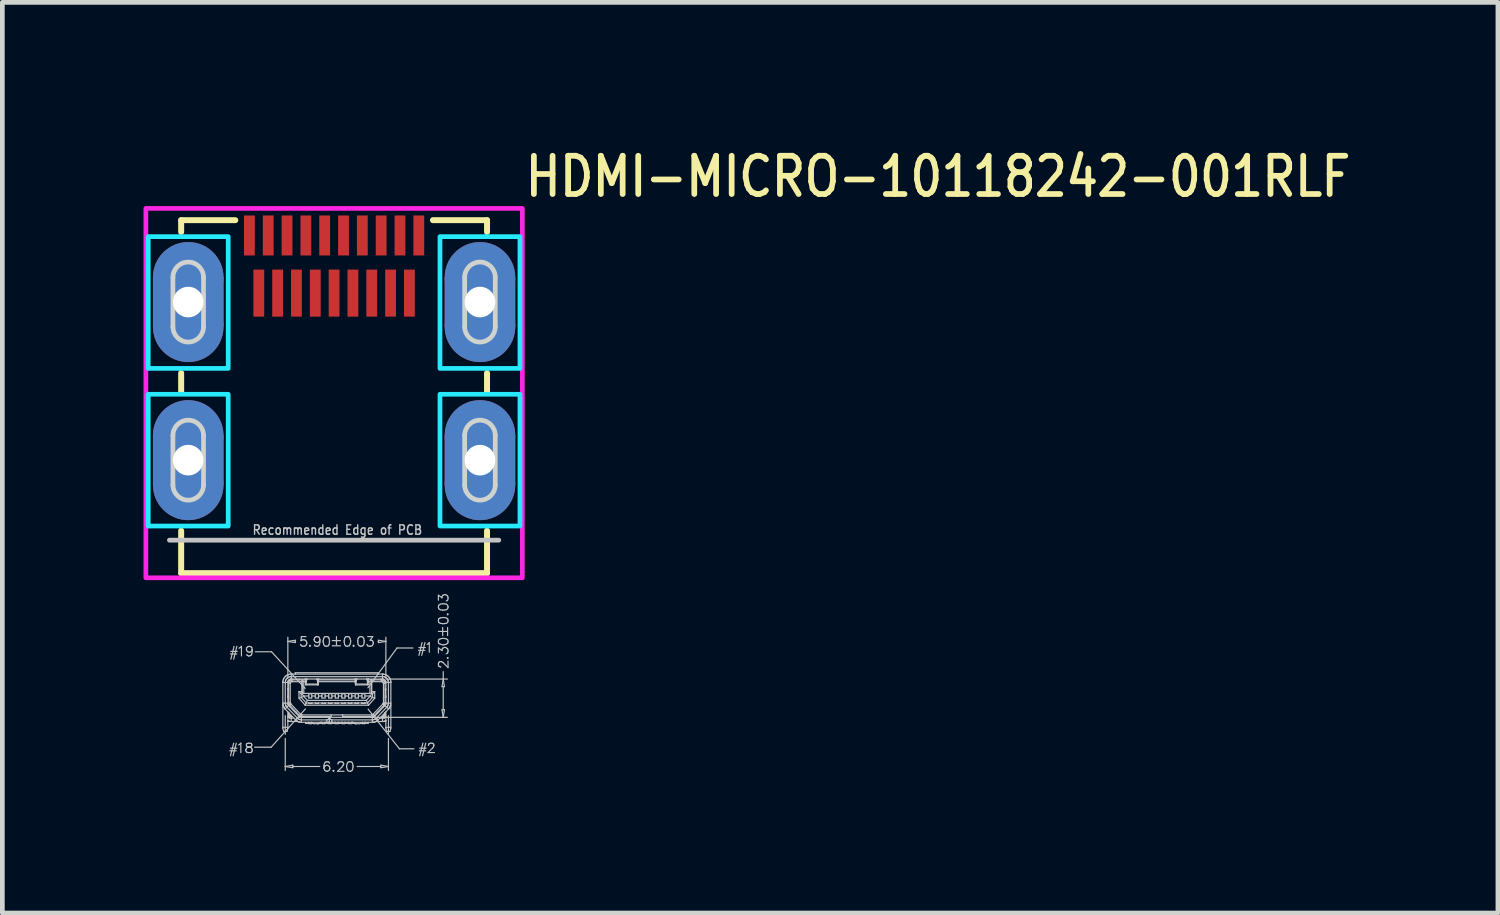
<source format=kicad_pcb>
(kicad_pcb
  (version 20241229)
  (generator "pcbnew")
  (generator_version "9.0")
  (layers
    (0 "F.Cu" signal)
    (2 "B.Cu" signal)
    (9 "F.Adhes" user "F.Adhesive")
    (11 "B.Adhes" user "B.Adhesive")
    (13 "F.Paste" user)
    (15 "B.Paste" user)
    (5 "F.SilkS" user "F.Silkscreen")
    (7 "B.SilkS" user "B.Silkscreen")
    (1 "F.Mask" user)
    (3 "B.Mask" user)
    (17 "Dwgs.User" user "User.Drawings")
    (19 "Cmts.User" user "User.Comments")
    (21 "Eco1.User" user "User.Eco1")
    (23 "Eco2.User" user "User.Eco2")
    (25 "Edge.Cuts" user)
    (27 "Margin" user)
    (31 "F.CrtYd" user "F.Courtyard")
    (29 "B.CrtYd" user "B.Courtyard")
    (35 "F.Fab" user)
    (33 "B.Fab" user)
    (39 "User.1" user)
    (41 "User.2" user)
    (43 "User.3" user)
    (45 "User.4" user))
  (footprint "HDMI-MICRO-10118242-001RLF"
    (layer "F.Cu")
    (at 4.05 8.429)
    (property "Reference" "HDMI-MICRO-10118242-001RLF" (at 4 -7.25 0) (unlocked yes) (layer "F.SilkS") (effects (font (size 0.813 0.695) (thickness 0.122)) (justify left bottom)))
    (fp_circle (center -3.1 -5.585) (end -3.85 -5.585) (stroke (width 0) (type solid)) (fill yes) (layer "F.Cu"))
    (fp_circle (center -3.1 -4.535) (end -2.35 -4.535) (stroke (width 0) (type solid)) (fill yes) (layer "F.Cu"))
    (fp_circle (center -3.1 -2.225) (end -3.85 -2.225) (stroke (width 0) (type solid)) (fill yes) (layer "F.Cu"))
    (fp_circle (center -3.1 -1.175) (end -2.35 -1.175) (stroke (width 0) (type solid)) (fill yes) (layer "F.Cu"))
    (fp_circle (center 3.1 -5.585) (end 2.35 -5.585) (stroke (width 0) (type solid)) (fill yes) (layer "F.Cu"))
    (fp_circle (center 3.1 -4.535) (end 3.85 -4.535) (stroke (width 0) (type solid)) (fill yes) (layer "F.Cu"))
    (fp_circle (center 3.1 -2.225) (end 2.35 -2.225) (stroke (width 0) (type solid)) (fill yes) (layer "F.Cu"))
    (fp_circle (center 3.1 -1.175) (end 3.85 -1.175) (stroke (width 0) (type solid)) (fill yes) (layer "F.Cu"))
    (fp_poly (pts (xy -2.35 -4.535) (xy -3.85 -4.535) (xy -3.85 -5.585) (xy -2.35 -5.585)) (stroke (width 0) (type solid)) (fill yes) (layer "F.Cu"))
    (fp_poly (pts (xy -2.35 -1.175) (xy -3.85 -1.175) (xy -3.85 -2.225) (xy -2.35 -2.225)) (stroke (width 0) (type solid)) (fill yes) (layer "F.Cu"))
    (fp_poly (pts (xy 3.85 -4.535) (xy 2.35 -4.535) (xy 2.35 -5.585) (xy 3.85 -5.585)) (stroke (width 0) (type solid)) (fill yes) (layer "F.Cu"))
    (fp_poly (pts (xy 3.85 -1.175) (xy 2.35 -1.175) (xy 2.35 -2.225) (xy 3.85 -2.225)) (stroke (width 0) (type solid)) (fill yes) (layer "F.Cu"))
    (fp_circle (center -3.1 -5.585) (end -3.95 -5.585) (stroke (width 0) (type solid)) (fill yes) (layer "F.Mask"))
    (fp_circle (center -3.1 -4.535) (end -2.25 -4.535) (stroke (width 0) (type solid)) (fill yes) (layer "F.Mask"))
    (fp_circle (center -3.1 -2.225) (end -3.95 -2.225) (stroke (width 0) (type solid)) (fill yes) (layer "F.Mask"))
    (fp_circle (center -3.1 -1.175) (end -2.25 -1.175) (stroke (width 0) (type solid)) (fill yes) (layer "F.Mask"))
    (fp_circle (center 3.1 -5.585) (end 2.25 -5.585) (stroke (width 0) (type solid)) (fill yes) (layer "F.Mask"))
    (fp_circle (center 3.1 -4.535) (end 3.95 -4.535) (stroke (width 0) (type solid)) (fill yes) (layer "F.Mask"))
    (fp_circle (center 3.1 -2.225) (end 2.25 -2.225) (stroke (width 0) (type solid)) (fill yes) (layer "F.Mask"))
    (fp_circle (center 3.1 -1.175) (end 3.95 -1.175) (stroke (width 0) (type solid)) (fill yes) (layer "F.Mask"))
    (fp_poly (pts (xy -2.35 -4.34) (xy 2.35 -4.34) (xy 2.35 0) (xy -2.35 0)) (stroke (width 0) (type solid)) (fill yes) (layer "F.Mask"))
    (fp_poly (pts (xy -2.25 -4.535) (xy -3.95 -4.535) (xy -3.95 -5.585) (xy -2.25 -5.585)) (stroke (width 0) (type solid)) (fill yes) (layer "F.Mask"))
    (fp_poly (pts (xy -2.25 -1.175) (xy -3.95 -1.175) (xy -3.95 -2.225) (xy -2.25 -2.225)) (stroke (width 0) (type solid)) (fill yes) (layer "F.Mask"))
    (fp_poly (pts (xy 3.95 -4.535) (xy 2.25 -4.535) (xy 2.25 -5.585) (xy 3.95 -5.585)) (stroke (width 0) (type solid)) (fill yes) (layer "F.Mask"))
    (fp_poly (pts (xy 3.95 -1.175) (xy 2.25 -1.175) (xy 2.25 -2.225) (xy 3.95 -2.225)) (stroke (width 0) (type solid)) (fill yes) (layer "F.Mask"))
    (fp_circle (center -3.1 -5.585) (end -2.35 -5.585) (stroke (width 0) (type solid)) (fill yes) (layer "B.Cu"))
    (fp_circle (center -3.1 -4.535) (end -3.85 -4.535) (stroke (width 0) (type solid)) (fill yes) (layer "B.Cu"))
    (fp_circle (center -3.1 -2.225) (end -2.35 -2.225) (stroke (width 0) (type solid)) (fill yes) (layer "B.Cu"))
    (fp_circle (center -3.1 -1.175) (end -3.85 -1.175) (stroke (width 0) (type solid)) (fill yes) (layer "B.Cu"))
    (fp_circle (center 3.1 -5.585) (end 3.85 -5.585) (stroke (width 0) (type solid)) (fill yes) (layer "B.Cu"))
    (fp_circle (center 3.1 -4.535) (end 2.35 -4.535) (stroke (width 0) (type solid)) (fill yes) (layer "B.Cu"))
    (fp_circle (center 3.1 -2.225) (end 3.85 -2.225) (stroke (width 0) (type solid)) (fill yes) (layer "B.Cu"))
    (fp_circle (center 3.1 -1.175) (end 2.35 -1.175) (stroke (width 0) (type solid)) (fill yes) (layer "B.Cu"))
    (fp_poly (pts (xy -3.85 -4.535) (xy -2.35 -4.535) (xy -2.35 -5.585) (xy -3.85 -5.585)) (stroke (width 0) (type solid)) (fill yes) (layer "B.Cu"))
    (fp_poly (pts (xy -3.85 -1.175) (xy -2.35 -1.175) (xy -2.35 -2.225) (xy -3.85 -2.225)) (stroke (width 0) (type solid)) (fill yes) (layer "B.Cu"))
    (fp_poly (pts (xy 2.35 -4.535) (xy 3.85 -4.535) (xy 3.85 -5.585) (xy 2.35 -5.585)) (stroke (width 0) (type solid)) (fill yes) (layer "B.Cu"))
    (fp_poly (pts (xy 2.35 -1.175) (xy 3.85 -1.175) (xy 3.85 -2.225) (xy 2.35 -2.225)) (stroke (width 0) (type solid)) (fill yes) (layer "B.Cu"))
    (fp_circle (center -3.1 -5.585) (end -2.25 -5.585) (stroke (width 0) (type solid)) (fill yes) (layer "B.Mask"))
    (fp_circle (center -3.1 -4.535) (end -3.95 -4.535) (stroke (width 0) (type solid)) (fill yes) (layer "B.Mask"))
    (fp_circle (center -3.1 -2.225) (end -2.25 -2.225) (stroke (width 0) (type solid)) (fill yes) (layer "B.Mask"))
    (fp_circle (center -3.1 -1.175) (end -3.95 -1.175) (stroke (width 0) (type solid)) (fill yes) (layer "B.Mask"))
    (fp_circle (center 3.1 -5.585) (end 3.95 -5.585) (stroke (width 0) (type solid)) (fill yes) (layer "B.Mask"))
    (fp_circle (center 3.1 -4.535) (end 2.25 -4.535) (stroke (width 0) (type solid)) (fill yes) (layer "B.Mask"))
    (fp_circle (center 3.1 -2.225) (end 3.95 -2.225) (stroke (width 0) (type solid)) (fill yes) (layer "B.Mask"))
    (fp_circle (center 3.1 -1.175) (end 2.25 -1.175) (stroke (width 0) (type solid)) (fill yes) (layer "B.Mask"))
    (fp_poly (pts (xy -3.95 -4.535) (xy -2.25 -4.535) (xy -2.25 -5.585) (xy -3.95 -5.585)) (stroke (width 0) (type solid)) (fill yes) (layer "B.Mask"))
    (fp_poly (pts (xy -3.95 -1.175) (xy -2.25 -1.175) (xy -2.25 -2.225) (xy -3.95 -2.225)) (stroke (width 0) (type solid)) (fill yes) (layer "B.Mask"))
    (fp_poly (pts (xy 2.25 -4.535) (xy 3.95 -4.535) (xy 3.95 -5.585) (xy 2.25 -5.585)) (stroke (width 0) (type solid)) (fill yes) (layer "B.Mask"))
    (fp_poly (pts (xy 2.25 -1.175) (xy 3.95 -1.175) (xy 3.95 -2.225) (xy 2.25 -2.225)) (stroke (width 0) (type solid)) (fill yes) (layer "B.Mask"))
    (fp_line (start -3.25 -6.8) (end -2.1 -6.8) (stroke (width 0.127) (type solid)) (layer "F.SilkS"))
    (fp_line (start -3.25 -6.55) (end -3.25 -6.8) (stroke (width 0.127) (type solid)) (layer "F.SilkS"))
    (fp_line (start -3.25 -3.55) (end -3.25 -3.15) (stroke (width 0.127) (type solid)) (layer "F.SilkS"))
    (fp_line (start -3.25 0.7) (end -3.25 -0.2) (stroke (width 0.127) (type solid)) (layer "F.SilkS"))
    (fp_line (start 2.1 -6.8) (end 3.25 -6.8) (stroke (width 0.127) (type solid)) (layer "F.SilkS"))
    (fp_line (start 3.25 -6.8) (end 3.25 -6.55) (stroke (width 0.127) (type solid)) (layer "F.SilkS"))
    (fp_line (start 3.25 -3.55) (end 3.25 -3.15) (stroke (width 0.127) (type solid)) (layer "F.SilkS"))
    (fp_line (start 3.25 0.7) (end -3.25 0.7) (stroke (width 0.127) (type solid)) (layer "F.SilkS"))
    (fp_line (start 3.25 0.7) (end 3.25 -0.2) (stroke (width 0.127) (type solid)) (layer "F.SilkS"))
    (fp_line (start -3.5 0) (end 3.5 0) (stroke (width 0.1) (type solid)) (layer "Dwgs.User"))
    (fp_line (start -2.215 4.476) (end -2.079 4.476) (stroke (width 0.025) (type solid)) (layer "Dwgs.User"))
    (fp_line (start -2.202 2.419) (end -2.067 2.419) (stroke (width 0.025) (type solid)) (layer "Dwgs.User"))
    (fp_line (start -2.202 4.421) (end -2.067 4.421) (stroke (width 0.025) (type solid)) (layer "Dwgs.User"))
    (fp_line (start -2.194 2.364) (end -2.058 2.364) (stroke (width 0.025) (type solid)) (layer "Dwgs.User"))
    (fp_line (start -2.134 4.315) (end -2.202 4.582) (stroke (width 0.025) (type solid)) (layer "Dwgs.User"))
    (fp_line (start -2.126 2.258) (end -2.194 2.529) (stroke (width 0.025) (type solid)) (layer "Dwgs.User"))
    (fp_line (start -2.079 4.315) (end -2.147 4.582) (stroke (width 0.025) (type solid)) (layer "Dwgs.User"))
    (fp_line (start -2.067 2.258) (end -2.134 2.529) (stroke (width 0.025) (type solid)) (layer "Dwgs.User"))
    (fp_line (start -2.029 4.353) (end -2.012 4.341) (stroke (width 0.025) (type solid)) (layer "Dwgs.User"))
    (fp_line (start -2.02 2.296) (end -1.999 2.283) (stroke (width 0.025) (type solid)) (layer "Dwgs.User"))
    (fp_line (start -2.012 4.341) (end -1.982 4.315) (stroke (width 0.025) (type solid)) (layer "Dwgs.User"))
    (fp_line (start -1.999 2.283) (end -1.969 2.258) (stroke (width 0.025) (type solid)) (layer "Dwgs.User"))
    (fp_line (start -1.982 4.315) (end -1.982 4.514) (stroke (width 0.025) (type solid)) (layer "Dwgs.User"))
    (fp_line (start -1.969 2.258) (end -1.969 2.461) (stroke (width 0.025) (type solid)) (layer "Dwgs.User"))
    (fp_line (start -1.876 4.451) (end -1.863 4.429) (stroke (width 0.025) (type solid)) (layer "Dwgs.User"))
    (fp_line (start -1.876 4.476) (end -1.876 4.451) (stroke (width 0.025) (type solid)) (layer "Dwgs.User"))
    (fp_line (start -1.863 2.313) (end -1.855 2.283) (stroke (width 0.025) (type solid)) (layer "Dwgs.User"))
    (fp_line (start -1.863 2.325) (end -1.863 2.313) (stroke (width 0.025) (type solid)) (layer "Dwgs.User"))
    (fp_line (start -1.863 4.341) (end -1.863 4.362) (stroke (width 0.025) (type solid)) (layer "Dwgs.User"))
    (fp_line (start -1.863 4.362) (end -1.855 4.383) (stroke (width 0.025) (type solid)) (layer "Dwgs.User"))
    (fp_line (start -1.863 4.429) (end -1.847 4.408) (stroke (width 0.025) (type solid)) (layer "Dwgs.User"))
    (fp_line (start -1.863 4.497) (end -1.876 4.476) (stroke (width 0.025) (type solid)) (layer "Dwgs.User"))
    (fp_line (start -1.855 2.283) (end -1.834 2.266) (stroke (width 0.025) (type solid)) (layer "Dwgs.User"))
    (fp_line (start -1.855 2.351) (end -1.863 2.325) (stroke (width 0.025) (type solid)) (layer "Dwgs.User"))
    (fp_line (start -1.855 4.324) (end -1.863 4.341) (stroke (width 0.025) (type solid)) (layer "Dwgs.User"))
    (fp_line (start -1.855 4.383) (end -1.834 4.391) (stroke (width 0.025) (type solid)) (layer "Dwgs.User"))
    (fp_line (start -1.855 4.506) (end -1.863 4.497) (stroke (width 0.025) (type solid)) (layer "Dwgs.User"))
    (fp_line (start -1.847 2.448) (end -1.855 2.431) (stroke (width 0.025) (type solid)) (layer "Dwgs.User"))
    (fp_line (start -1.847 4.408) (end -1.817 4.4) (stroke (width 0.025) (type solid)) (layer "Dwgs.User"))
    (fp_line (start -1.834 2.266) (end -1.809 2.258) (stroke (width 0.025) (type solid)) (layer "Dwgs.User"))
    (fp_line (start -1.834 2.372) (end -1.855 2.351) (stroke (width 0.025) (type solid)) (layer "Dwgs.User"))
    (fp_line (start -1.834 4.391) (end -1.796 4.4) (stroke (width 0.025) (type solid)) (layer "Dwgs.User"))
    (fp_line (start -1.825 4.315) (end -1.855 4.324) (stroke (width 0.025) (type solid)) (layer "Dwgs.User"))
    (fp_line (start -1.825 4.514) (end -1.855 4.506) (stroke (width 0.025) (type solid)) (layer "Dwgs.User"))
    (fp_line (start -1.817 2.461) (end -1.847 2.448) (stroke (width 0.025) (type solid)) (layer "Dwgs.User"))
    (fp_line (start -1.817 4.4) (end -1.779 4.391) (stroke (width 0.025) (type solid)) (layer "Dwgs.User"))
    (fp_line (start -1.809 2.258) (end -1.796 2.258) (stroke (width 0.025) (type solid)) (layer "Dwgs.User"))
    (fp_line (start -1.809 2.381) (end -1.834 2.372) (stroke (width 0.025) (type solid)) (layer "Dwgs.User"))
    (fp_line (start -1.796 2.258) (end -1.766 2.266) (stroke (width 0.025) (type solid)) (layer "Dwgs.User"))
    (fp_line (start -1.796 2.381) (end -1.809 2.381) (stroke (width 0.025) (type solid)) (layer "Dwgs.User"))
    (fp_line (start -1.796 2.461) (end -1.817 2.461) (stroke (width 0.025) (type solid)) (layer "Dwgs.User"))
    (fp_line (start -1.796 4.4) (end -1.766 4.408) (stroke (width 0.025) (type solid)) (layer "Dwgs.User"))
    (fp_line (start -1.787 4.315) (end -1.825 4.315) (stroke (width 0.025) (type solid)) (layer "Dwgs.User"))
    (fp_line (start -1.787 4.514) (end -1.825 4.514) (stroke (width 0.025) (type solid)) (layer "Dwgs.User"))
    (fp_line (start -1.779 4.391) (end -1.758 4.383) (stroke (width 0.025) (type solid)) (layer "Dwgs.User"))
    (fp_line (start -1.766 2.266) (end -1.749 2.283) (stroke (width 0.025) (type solid)) (layer "Dwgs.User"))
    (fp_line (start -1.766 2.372) (end -1.796 2.381) (stroke (width 0.025) (type solid)) (layer "Dwgs.User"))
    (fp_line (start -1.766 2.448) (end -1.796 2.461) (stroke (width 0.025) (type solid)) (layer "Dwgs.User"))
    (fp_line (start -1.766 4.408) (end -1.749 4.429) (stroke (width 0.025) (type solid)) (layer "Dwgs.User"))
    (fp_line (start -1.758 4.324) (end -1.787 4.315) (stroke (width 0.025) (type solid)) (layer "Dwgs.User"))
    (fp_line (start -1.758 4.383) (end -1.749 4.362) (stroke (width 0.025) (type solid)) (layer "Dwgs.User"))
    (fp_line (start -1.758 4.506) (end -1.787 4.514) (stroke (width 0.025) (type solid)) (layer "Dwgs.User"))
    (fp_line (start -1.749 2.283) (end -1.741 2.325) (stroke (width 0.025) (type solid)) (layer "Dwgs.User"))
    (fp_line (start -1.749 2.351) (end -1.766 2.372) (stroke (width 0.025) (type solid)) (layer "Dwgs.User"))
    (fp_line (start -1.749 2.419) (end -1.766 2.448) (stroke (width 0.025) (type solid)) (layer "Dwgs.User"))
    (fp_line (start -1.749 4.341) (end -1.758 4.324) (stroke (width 0.025) (type solid)) (layer "Dwgs.User"))
    (fp_line (start -1.749 4.362) (end -1.749 4.341) (stroke (width 0.025) (type solid)) (layer "Dwgs.User"))
    (fp_line (start -1.749 4.429) (end -1.741 4.451) (stroke (width 0.025) (type solid)) (layer "Dwgs.User"))
    (fp_line (start -1.749 4.497) (end -1.758 4.506) (stroke (width 0.025) (type solid)) (layer "Dwgs.User"))
    (fp_line (start -1.741 2.325) (end -1.749 2.351) (stroke (width 0.025) (type solid)) (layer "Dwgs.User"))
    (fp_line (start -1.741 2.325) (end -1.741 2.372) (stroke (width 0.025) (type solid)) (layer "Dwgs.User"))
    (fp_line (start -1.741 2.372) (end -1.749 2.419) (stroke (width 0.025) (type solid)) (layer "Dwgs.User"))
    (fp_line (start -1.741 4.451) (end -1.741 4.476) (stroke (width 0.025) (type solid)) (layer "Dwgs.User"))
    (fp_line (start -1.741 4.476) (end -1.749 4.497) (stroke (width 0.025) (type solid)) (layer "Dwgs.User"))
    (fp_line (start -1.338 4.4) (end -1.69 4.4) (stroke (width 0.025) (type solid)) (layer "Dwgs.User"))
    (fp_line (start -1.33 2.372) (end -1.673 2.372) (stroke (width 0.025) (type solid)) (layer "Dwgs.User"))
    (fp_line (start -1.089 3.007) (end -1.089 3.024) (stroke (width 0.025) (type solid)) (layer "Dwgs.User"))
    (fp_line (start -1.089 3.024) (end -1.089 3.464) (stroke (width 0.025) (type solid)) (layer "Dwgs.User"))
    (fp_line (start -1.089 3.024) (end -1.038 3.024) (stroke (width 0.025) (type solid)) (layer "Dwgs.User"))
    (fp_line (start -1.089 3.464) (end -1.089 3.49) (stroke (width 0.025) (type solid)) (layer "Dwgs.User"))
    (fp_line (start -1.089 3.464) (end -1.038 3.464) (stroke (width 0.025) (type solid)) (layer "Dwgs.User"))
    (fp_line (start -1.089 3.49) (end -1.084 3.498) (stroke (width 0.025) (type solid)) (layer "Dwgs.User"))
    (fp_line (start -1.089 3.977) (end -1.089 3.519) (stroke (width 0.025) (type solid)) (layer "Dwgs.User"))
    (fp_line (start -1.089 3.977) (end -0.983 3.977) (stroke (width 0.025) (type solid)) (layer "Dwgs.User"))
    (fp_line (start -1.089 3.998) (end -1.089 3.977) (stroke (width 0.025) (type solid)) (layer "Dwgs.User"))
    (fp_line (start -1.089 3.998) (end -1.072 4.065) (stroke (width 0.025) (type solid)) (layer "Dwgs.User"))
    (fp_line (start -1.084 2.973) (end -1.084 2.99) (stroke (width 0.025) (type solid)) (layer "Dwgs.User"))
    (fp_line (start -1.084 2.99) (end -1.089 3.007) (stroke (width 0.025) (type solid)) (layer "Dwgs.User"))
    (fp_line (start -1.084 3.498) (end -1.084 3.511) (stroke (width 0.025) (type solid)) (layer "Dwgs.User"))
    (fp_line (start -1.084 3.511) (end -1.08 3.519) (stroke (width 0.025) (type solid)) (layer "Dwgs.User"))
    (fp_line (start -1.08 3.519) (end -1.089 3.519) (stroke (width 0.025) (type solid)) (layer "Dwgs.User"))
    (fp_line (start -1.08 3.519) (end -1.076 3.528) (stroke (width 0.025) (type solid)) (layer "Dwgs.User"))
    (fp_line (start -1.076 2.96) (end -1.084 2.973) (stroke (width 0.025) (type solid)) (layer "Dwgs.User"))
    (fp_line (start -1.076 3.528) (end -1.076 3.532) (stroke (width 0.025) (type solid)) (layer "Dwgs.User"))
    (fp_line (start -1.076 3.532) (end -1.072 3.54) (stroke (width 0.025) (type solid)) (layer "Dwgs.User"))
    (fp_line (start -1.072 2.944) (end -1.076 2.96) (stroke (width 0.025) (type solid)) (layer "Dwgs.User"))
    (fp_line (start -1.072 3.54) (end -1.067 3.549) (stroke (width 0.025) (type solid)) (layer "Dwgs.User"))
    (fp_line (start -1.072 4.065) (end -1 4.065) (stroke (width 0.025) (type solid)) (layer "Dwgs.User"))
    (fp_line (start -1.067 3.549) (end -1.063 3.553) (stroke (width 0.025) (type solid)) (layer "Dwgs.User"))
    (fp_line (start -1.063 2.931) (end -1.072 2.944) (stroke (width 0.025) (type solid)) (layer "Dwgs.User"))
    (fp_line (start -1.063 3.553) (end -1.059 3.562) (stroke (width 0.025) (type solid)) (layer "Dwgs.User"))
    (fp_line (start -1.059 3.562) (end -1.055 3.57) (stroke (width 0.025) (type solid)) (layer "Dwgs.User"))
    (fp_line (start -1.055 2.918) (end -1.063 2.931) (stroke (width 0.025) (type solid)) (layer "Dwgs.User"))
    (fp_line (start -1.055 3.57) (end -1.051 3.574) (stroke (width 0.025) (type solid)) (layer "Dwgs.User"))
    (fp_line (start -1.051 3.574) (end -1.046 3.579) (stroke (width 0.025) (type solid)) (layer "Dwgs.User"))
    (fp_line (start -1.046 3.579) (end -1.042 3.587) (stroke (width 0.025) (type solid)) (layer "Dwgs.User"))
    (fp_line (start -1.042 2.905) (end -1.055 2.918) (stroke (width 0.025) (type solid)) (layer "Dwgs.User"))
    (fp_line (start -1.042 3.587) (end -0.966 3.515) (stroke (width 0.025) (type solid)) (layer "Dwgs.User"))
    (fp_line (start -1.042 3.587) (end -0.822 3.816) (stroke (width 0.025) (type solid)) (layer "Dwgs.User"))
    (fp_line (start -1.038 3.024) (end -1.038 3.464) (stroke (width 0.025) (type solid)) (layer "Dwgs.User"))
    (fp_line (start -1.038 3.024) (end -0.983 3.024) (stroke (width 0.025) (type solid)) (layer "Dwgs.User"))
    (fp_line (start -1.038 3.464) (end -1.038 3.473) (stroke (width 0.025) (type solid)) (layer "Dwgs.User"))
    (fp_line (start -1.038 3.464) (end -0.983 3.464) (stroke (width 0.025) (type solid)) (layer "Dwgs.User"))
    (fp_line (start -1.038 3.473) (end -1.034 3.477) (stroke (width 0.025) (type solid)) (layer "Dwgs.User"))
    (fp_line (start -1.038 4.125) (end -1.038 3.731) (stroke (width 0.025) (type solid)) (layer "Dwgs.User"))
    (fp_line (start -1.038 4.214) (end -1.038 4.81) (stroke (width 0.025) (type solid)) (layer "Dwgs.User"))
    (fp_line (start -1.038 4.81) (end -1.038 4.895) (stroke (width 0.025) (type solid)) (layer "Dwgs.User"))
    (fp_line (start -1.038 4.81) (end -0.877 4.781) (stroke (width 0.025) (type solid)) (layer "Dwgs.User"))
    (fp_line (start -1.034 2.893) (end -1.042 2.905) (stroke (width 0.025) (type solid)) (layer "Dwgs.User"))
    (fp_line (start -1.034 2.994) (end -1.034 3.011) (stroke (width 0.025) (type solid)) (layer "Dwgs.User"))
    (fp_line (start -1.034 3.011) (end -1.038 3.024) (stroke (width 0.025) (type solid)) (layer "Dwgs.User"))
    (fp_line (start -1.034 3.477) (end -1.034 3.498) (stroke (width 0.025) (type solid)) (layer "Dwgs.User"))
    (fp_line (start -1.034 3.498) (end -1.029 3.502) (stroke (width 0.025) (type solid)) (layer "Dwgs.User"))
    (fp_line (start -1.029 2.982) (end -1.034 2.994) (stroke (width 0.025) (type solid)) (layer "Dwgs.User"))
    (fp_line (start -1.029 3.502) (end -1.029 3.511) (stroke (width 0.025) (type solid)) (layer "Dwgs.User"))
    (fp_line (start -1.029 3.511) (end -1.025 3.515) (stroke (width 0.025) (type solid)) (layer "Dwgs.User"))
    (fp_line (start -1.025 2.969) (end -1.029 2.982) (stroke (width 0.025) (type solid)) (layer "Dwgs.User"))
    (fp_line (start -1.025 3.515) (end -1.021 3.524) (stroke (width 0.025) (type solid)) (layer "Dwgs.User"))
    (fp_line (start -1.021 2.884) (end -1.034 2.893) (stroke (width 0.025) (type solid)) (layer "Dwgs.User"))
    (fp_line (start -1.021 3.524) (end -1.017 3.528) (stroke (width 0.025) (type solid)) (layer "Dwgs.User"))
    (fp_line (start -1.017 2.956) (end -1.025 2.969) (stroke (width 0.025) (type solid)) (layer "Dwgs.User"))
    (fp_line (start -1.017 3.528) (end -1.017 3.536) (stroke (width 0.025) (type solid)) (layer "Dwgs.User"))
    (fp_line (start -1.017 3.536) (end -1.012 3.54) (stroke (width 0.025) (type solid)) (layer "Dwgs.User"))
    (fp_line (start -1.012 3.54) (end -1.008 3.545) (stroke (width 0.025) (type solid)) (layer "Dwgs.User"))
    (fp_line (start -1.008 2.948) (end -1.017 2.956) (stroke (width 0.025) (type solid)) (layer "Dwgs.User"))
    (fp_line (start -1.008 3.545) (end -1.004 3.549) (stroke (width 0.025) (type solid)) (layer "Dwgs.User"))
    (fp_line (start -1.004 2.872) (end -1.021 2.884) (stroke (width 0.025) (type solid)) (layer "Dwgs.User"))
    (fp_line (start -1.004 3.549) (end -0.784 3.778) (stroke (width 0.025) (type solid)) (layer "Dwgs.User"))
    (fp_line (start -1 2.935) (end -1.008 2.948) (stroke (width 0.025) (type solid)) (layer "Dwgs.User"))
    (fp_line (start -0.991 2.867) (end -1.004 2.872) (stroke (width 0.025) (type solid)) (layer "Dwgs.User"))
    (fp_line (start -0.991 2.927) (end -1 2.935) (stroke (width 0.025) (type solid)) (layer "Dwgs.User"))
    (fp_line (start -0.987 3.752) (end -0.983 3.756) (stroke (width 0.025) (type solid)) (layer "Dwgs.User"))
    (fp_line (start -0.987 3.837) (end -0.983 3.841) (stroke (width 0.025) (type solid)) (layer "Dwgs.User"))
    (fp_line (start -0.983 2.152) (end -0.983 2.063) (stroke (width 0.025) (type solid)) (layer "Dwgs.User"))
    (fp_line (start -0.983 2.152) (end -0.826 2.127) (stroke (width 0.025) (type solid)) (layer "Dwgs.User"))
    (fp_line (start -0.983 2.935) (end -0.983 2.152) (stroke (width 0.025) (type solid)) (layer "Dwgs.User"))
    (fp_line (start -0.983 3.011) (end -0.983 3.024) (stroke (width 0.025) (type solid)) (layer "Dwgs.User"))
    (fp_line (start -0.983 3.024) (end -0.983 3.164) (stroke (width 0.025) (type solid)) (layer "Dwgs.User"))
    (fp_line (start -0.983 3.164) (end -0.983 3.172) (stroke (width 0.025) (type solid)) (layer "Dwgs.User"))
    (fp_line (start -0.983 3.164) (end -0.966 3.164) (stroke (width 0.025) (type solid)) (layer "Dwgs.User"))
    (fp_line (start -0.983 3.172) (end -0.983 3.316) (stroke (width 0.025) (type solid)) (layer "Dwgs.User"))
    (fp_line (start -0.983 3.316) (end -0.983 3.341) (stroke (width 0.025) (type solid)) (layer "Dwgs.User"))
    (fp_line (start -0.983 3.316) (end -0.979 3.312) (stroke (width 0.025) (type solid)) (layer "Dwgs.User"))
    (fp_line (start -0.983 3.341) (end -0.983 3.464) (stroke (width 0.025) (type solid)) (layer "Dwgs.User"))
    (fp_line (start -0.983 3.341) (end -0.966 3.341) (stroke (width 0.025) (type solid)) (layer "Dwgs.User"))
    (fp_line (start -0.983 3.464) (end -0.983 3.481) (stroke (width 0.025) (type solid)) (layer "Dwgs.User"))
    (fp_line (start -0.983 3.481) (end -0.979 3.485) (stroke (width 0.025) (type solid)) (layer "Dwgs.User"))
    (fp_line (start -0.983 3.646) (end -0.983 3.756) (stroke (width 0.025) (type solid)) (layer "Dwgs.User"))
    (fp_line (start -0.983 3.756) (end -0.983 3.841) (stroke (width 0.025) (type solid)) (layer "Dwgs.User"))
    (fp_line (start -0.983 3.756) (end -0.974 3.761) (stroke (width 0.025) (type solid)) (layer "Dwgs.User"))
    (fp_line (start -0.983 3.841) (end -0.983 3.977) (stroke (width 0.025) (type solid)) (layer "Dwgs.User"))
    (fp_line (start -0.983 3.841) (end -0.974 3.841) (stroke (width 0.025) (type solid)) (layer "Dwgs.User"))
    (fp_line (start -0.983 3.977) (end -0.983 3.998) (stroke (width 0.025) (type solid)) (layer "Dwgs.User"))
    (fp_line (start -0.983 3.998) (end -1 4.065) (stroke (width 0.025) (type solid)) (layer "Dwgs.User"))
    (fp_line (start -0.979 2.918) (end -0.991 2.927) (stroke (width 0.025) (type solid)) (layer "Dwgs.User"))
    (fp_line (start -0.979 2.994) (end -0.979 3.003) (stroke (width 0.025) (type solid)) (layer "Dwgs.User"))
    (fp_line (start -0.979 3.003) (end -0.983 3.011) (stroke (width 0.025) (type solid)) (layer "Dwgs.User"))
    (fp_line (start -0.979 3.176) (end -0.983 3.172) (stroke (width 0.025) (type solid)) (layer "Dwgs.User"))
    (fp_line (start -0.979 3.312) (end -0.974 3.312) (stroke (width 0.025) (type solid)) (layer "Dwgs.User"))
    (fp_line (start -0.979 3.485) (end -0.979 3.494) (stroke (width 0.025) (type solid)) (layer "Dwgs.User"))
    (fp_line (start -0.979 3.494) (end -0.974 3.498) (stroke (width 0.025) (type solid)) (layer "Dwgs.User"))
    (fp_line (start -0.974 2.859) (end -0.991 2.867) (stroke (width 0.025) (type solid)) (layer "Dwgs.User"))
    (fp_line (start -0.974 3.176) (end -0.979 3.176) (stroke (width 0.025) (type solid)) (layer "Dwgs.User"))
    (fp_line (start -0.974 3.312) (end -0.974 3.176) (stroke (width 0.025) (type solid)) (layer "Dwgs.User"))
    (fp_line (start -0.974 3.498) (end -0.974 3.502) (stroke (width 0.025) (type solid)) (layer "Dwgs.User"))
    (fp_line (start -0.974 3.502) (end -0.97 3.507) (stroke (width 0.025) (type solid)) (layer "Dwgs.User"))
    (fp_line (start -0.974 3.714) (end -0.97 3.718) (stroke (width 0.025) (type solid)) (layer "Dwgs.User"))
    (fp_line (start -0.974 3.761) (end -0.97 3.765) (stroke (width 0.025) (type solid)) (layer "Dwgs.User"))
    (fp_line (start -0.974 3.841) (end -0.97 3.845) (stroke (width 0.025) (type solid)) (layer "Dwgs.User"))
    (fp_line (start -0.97 2.986) (end -0.979 2.994) (stroke (width 0.025) (type solid)) (layer "Dwgs.User"))
    (fp_line (start -0.97 3.507) (end -0.966 3.511) (stroke (width 0.025) (type solid)) (layer "Dwgs.User"))
    (fp_line (start -0.97 3.718) (end -0.958 3.731) (stroke (width 0.025) (type solid)) (layer "Dwgs.User"))
    (fp_line (start -0.97 3.765) (end -0.966 3.769) (stroke (width 0.025) (type solid)) (layer "Dwgs.User"))
    (fp_line (start -0.97 3.845) (end -0.962 3.845) (stroke (width 0.025) (type solid)) (layer "Dwgs.User"))
    (fp_line (start -0.966 2.914) (end -0.979 2.918) (stroke (width 0.025) (type solid)) (layer "Dwgs.User"))
    (fp_line (start -0.966 2.977) (end -0.97 2.986) (stroke (width 0.025) (type solid)) (layer "Dwgs.User"))
    (fp_line (start -0.966 3.033) (end -0.966 3.041) (stroke (width 0.025) (type solid)) (layer "Dwgs.User"))
    (fp_line (start -0.966 3.041) (end -0.966 3.164) (stroke (width 0.025) (type solid)) (layer "Dwgs.User"))
    (fp_line (start -0.966 3.164) (end -0.966 3.341) (stroke (width 0.025) (type solid)) (layer "Dwgs.User"))
    (fp_line (start -0.966 3.341) (end -0.966 3.456) (stroke (width 0.025) (type solid)) (layer "Dwgs.User"))
    (fp_line (start -0.966 3.456) (end -0.966 3.473) (stroke (width 0.025) (type solid)) (layer "Dwgs.User"))
    (fp_line (start -0.966 3.473) (end -0.966 3.511) (stroke (width 0.025) (type solid)) (layer "Dwgs.User"))
    (fp_line (start -0.966 3.473) (end -0.962 3.477) (stroke (width 0.025) (type solid)) (layer "Dwgs.User"))
    (fp_line (start -0.966 3.511) (end -0.966 3.515) (stroke (width 0.025) (type solid)) (layer "Dwgs.User"))
    (fp_line (start -0.966 3.515) (end -0.746 3.744) (stroke (width 0.025) (type solid)) (layer "Dwgs.User"))
    (fp_line (start -0.966 3.668) (end -0.966 3.676) (stroke (width 0.025) (type solid)) (layer "Dwgs.User"))
    (fp_line (start -0.966 3.676) (end -0.966 3.689) (stroke (width 0.025) (type solid)) (layer "Dwgs.User"))
    (fp_line (start -0.966 3.689) (end -0.962 3.697) (stroke (width 0.025) (type solid)) (layer "Dwgs.User"))
    (fp_line (start -0.966 3.769) (end -0.962 3.769) (stroke (width 0.025) (type solid)) (layer "Dwgs.User"))
    (fp_line (start -0.962 2.855) (end -0.974 2.859) (stroke (width 0.025) (type solid)) (layer "Dwgs.User"))
    (fp_line (start -0.962 3.02) (end -0.966 3.033) (stroke (width 0.025) (type solid)) (layer "Dwgs.User"))
    (fp_line (start -0.962 3.477) (end -0.962 3.485) (stroke (width 0.025) (type solid)) (layer "Dwgs.User"))
    (fp_line (start -0.962 3.485) (end -0.958 3.49) (stroke (width 0.025) (type solid)) (layer "Dwgs.User"))
    (fp_line (start -0.962 3.697) (end -0.958 3.706) (stroke (width 0.025) (type solid)) (layer "Dwgs.User"))
    (fp_line (start -0.962 3.769) (end -0.953 3.773) (stroke (width 0.025) (type solid)) (layer "Dwgs.User"))
    (fp_line (start -0.962 3.845) (end -0.958 3.85) (stroke (width 0.025) (type solid)) (layer "Dwgs.User"))
    (fp_line (start -0.958 2.969) (end -0.966 2.977) (stroke (width 0.025) (type solid)) (layer "Dwgs.User"))
    (fp_line (start -0.958 3.011) (end -0.962 3.02) (stroke (width 0.025) (type solid)) (layer "Dwgs.User"))
    (fp_line (start -0.958 3.49) (end -0.953 3.494) (stroke (width 0.025) (type solid)) (layer "Dwgs.User"))
    (fp_line (start -0.958 3.706) (end -0.953 3.714) (stroke (width 0.025) (type solid)) (layer "Dwgs.User"))
    (fp_line (start -0.958 3.731) (end -0.949 3.735) (stroke (width 0.025) (type solid)) (layer "Dwgs.User"))
    (fp_line (start -0.958 3.85) (end -0.941 3.85) (stroke (width 0.025) (type solid)) (layer "Dwgs.User"))
    (fp_line (start -0.953 2.905) (end -0.966 2.914) (stroke (width 0.025) (type solid)) (layer "Dwgs.User"))
    (fp_line (start -0.953 3.003) (end -0.958 3.011) (stroke (width 0.025) (type solid)) (layer "Dwgs.User"))
    (fp_line (start -0.953 3.494) (end -0.953 3.498) (stroke (width 0.025) (type solid)) (layer "Dwgs.User"))
    (fp_line (start -0.953 3.498) (end -0.949 3.502) (stroke (width 0.025) (type solid)) (layer "Dwgs.User"))
    (fp_line (start -0.953 3.676) (end -0.966 3.676) (stroke (width 0.025) (type solid)) (layer "Dwgs.User"))
    (fp_line (start -0.953 3.714) (end -0.949 3.723) (stroke (width 0.025) (type solid)) (layer "Dwgs.User"))
    (fp_line (start -0.953 3.773) (end -0.949 3.778) (stroke (width 0.025) (type solid)) (layer "Dwgs.User"))
    (fp_line (start -0.949 2.965) (end -0.958 2.969) (stroke (width 0.025) (type solid)) (layer "Dwgs.User"))
    (fp_line (start -0.949 2.994) (end -0.953 3.003) (stroke (width 0.025) (type solid)) (layer "Dwgs.User"))
    (fp_line (start -0.949 3.502) (end -0.945 3.507) (stroke (width 0.025) (type solid)) (layer "Dwgs.User"))
    (fp_line (start -0.949 3.723) (end -0.941 3.731) (stroke (width 0.025) (type solid)) (layer "Dwgs.User"))
    (fp_line (start -0.949 3.735) (end -0.945 3.739) (stroke (width 0.025) (type solid)) (layer "Dwgs.User"))
    (fp_line (start -0.949 3.778) (end -0.945 3.778) (stroke (width 0.025) (type solid)) (layer "Dwgs.User"))
    (fp_line (start -0.945 2.85) (end -0.962 2.855) (stroke (width 0.025) (type solid)) (layer "Dwgs.User"))
    (fp_line (start -0.945 3.507) (end -0.737 3.727) (stroke (width 0.025) (type solid)) (layer "Dwgs.User"))
    (fp_line (start -0.945 3.739) (end -0.941 3.744) (stroke (width 0.025) (type solid)) (layer "Dwgs.User"))
    (fp_line (start -0.945 3.778) (end -0.936 3.782) (stroke (width 0.025) (type solid)) (layer "Dwgs.User"))
    (fp_line (start -0.941 2.901) (end -0.953 2.905) (stroke (width 0.025) (type solid)) (layer "Dwgs.User"))
    (fp_line (start -0.941 2.96) (end -0.949 2.965) (stroke (width 0.025) (type solid)) (layer "Dwgs.User"))
    (fp_line (start -0.941 2.986) (end -0.949 2.994) (stroke (width 0.025) (type solid)) (layer "Dwgs.User"))
    (fp_line (start -0.941 3.731) (end -0.932 3.735) (stroke (width 0.025) (type solid)) (layer "Dwgs.User"))
    (fp_line (start -0.941 3.744) (end -0.932 3.744) (stroke (width 0.025) (type solid)) (layer "Dwgs.User"))
    (fp_line (start -0.941 3.85) (end -0.936 3.854) (stroke (width 0.025) (type solid)) (layer "Dwgs.User"))
    (fp_line (start -0.936 3.782) (end -0.911 3.782) (stroke (width 0.025) (type solid)) (layer "Dwgs.User"))
    (fp_line (start -0.936 3.854) (end -0.911 3.854) (stroke (width 0.025) (type solid)) (layer "Dwgs.User"))
    (fp_line (start -0.932 2.956) (end -0.941 2.96) (stroke (width 0.025) (type solid)) (layer "Dwgs.User"))
    (fp_line (start -0.932 2.982) (end -0.941 2.986) (stroke (width 0.025) (type solid)) (layer "Dwgs.User"))
    (fp_line (start -0.932 3.041) (end -0.966 3.041) (stroke (width 0.025) (type solid)) (layer "Dwgs.User"))
    (fp_line (start -0.932 3.041) (end -0.932 3.456) (stroke (width 0.025) (type solid)) (layer "Dwgs.User"))
    (fp_line (start -0.932 3.456) (end -0.966 3.456) (stroke (width 0.025) (type solid)) (layer "Dwgs.User"))
    (fp_line (start -0.932 3.456) (end -0.932 3.46) (stroke (width 0.025) (type solid)) (layer "Dwgs.User"))
    (fp_line (start -0.932 3.46) (end -0.928 3.464) (stroke (width 0.025) (type solid)) (layer "Dwgs.User"))
    (fp_line (start -0.932 3.524) (end -0.932 3.549) (stroke (width 0.025) (type solid)) (layer "Dwgs.User"))
    (fp_line (start -0.932 3.735) (end -0.924 3.739) (stroke (width 0.025) (type solid)) (layer "Dwgs.User"))
    (fp_line (start -0.932 3.744) (end -0.928 3.748) (stroke (width 0.025) (type solid)) (layer "Dwgs.User"))
    (fp_line (start -0.928 2.846) (end -0.945 2.85) (stroke (width 0.025) (type solid)) (layer "Dwgs.User"))
    (fp_line (start -0.928 3.024) (end -0.928 3.033) (stroke (width 0.025) (type solid)) (layer "Dwgs.User"))
    (fp_line (start -0.928 3.033) (end -0.932 3.041) (stroke (width 0.025) (type solid)) (layer "Dwgs.User"))
    (fp_line (start -0.928 3.464) (end -0.928 3.473) (stroke (width 0.025) (type solid)) (layer "Dwgs.User"))
    (fp_line (start -0.928 3.473) (end -0.924 3.477) (stroke (width 0.025) (type solid)) (layer "Dwgs.User"))
    (fp_line (start -0.928 3.748) (end -0.911 3.748) (stroke (width 0.025) (type solid)) (layer "Dwgs.User"))
    (fp_line (start -0.924 2.952) (end -0.932 2.956) (stroke (width 0.025) (type solid)) (layer "Dwgs.User"))
    (fp_line (start -0.924 2.977) (end -0.932 2.982) (stroke (width 0.025) (type solid)) (layer "Dwgs.User"))
    (fp_line (start -0.924 3.02) (end -0.928 3.024) (stroke (width 0.025) (type solid)) (layer "Dwgs.User"))
    (fp_line (start -0.924 3.477) (end -0.924 3.481) (stroke (width 0.025) (type solid)) (layer "Dwgs.User"))
    (fp_line (start -0.924 3.481) (end -0.919 3.481) (stroke (width 0.025) (type solid)) (layer "Dwgs.User"))
    (fp_line (start -0.924 3.739) (end -0.915 3.744) (stroke (width 0.025) (type solid)) (layer "Dwgs.User"))
    (fp_line (start -0.919 3.481) (end -0.945 3.507) (stroke (width 0.025) (type solid)) (layer "Dwgs.User"))
    (fp_line (start -0.919 3.481) (end -0.712 3.701) (stroke (width 0.025) (type solid)) (layer "Dwgs.User"))
    (fp_line (start -0.915 2.973) (end -0.924 2.977) (stroke (width 0.025) (type solid)) (layer "Dwgs.User"))
    (fp_line (start -0.915 3.011) (end -0.924 3.02) (stroke (width 0.025) (type solid)) (layer "Dwgs.User"))
    (fp_line (start -0.915 3.744) (end -0.907 3.748) (stroke (width 0.025) (type solid)) (layer "Dwgs.User"))
    (fp_line (start -0.911 2.846) (end -0.928 2.846) (stroke (width 0.025) (type solid)) (layer "Dwgs.User"))
    (fp_line (start -0.911 2.846) (end -0.826 2.846) (stroke (width 0.025) (type solid)) (layer "Dwgs.User"))
    (fp_line (start -0.911 2.901) (end -0.941 2.901) (stroke (width 0.025) (type solid)) (layer "Dwgs.User"))
    (fp_line (start -0.911 2.901) (end -0.911 2.846) (stroke (width 0.025) (type solid)) (layer "Dwgs.User"))
    (fp_line (start -0.911 2.952) (end -0.924 2.952) (stroke (width 0.025) (type solid)) (layer "Dwgs.User"))
    (fp_line (start -0.911 2.952) (end -0.911 2.901) (stroke (width 0.025) (type solid)) (layer "Dwgs.User"))
    (fp_line (start -0.911 3.007) (end -0.915 3.011) (stroke (width 0.025) (type solid)) (layer "Dwgs.User"))
    (fp_line (start -0.911 3.748) (end -0.907 3.748) (stroke (width 0.025) (type solid)) (layer "Dwgs.User"))
    (fp_line (start -0.911 3.782) (end -0.911 3.748) (stroke (width 0.025) (type solid)) (layer "Dwgs.User"))
    (fp_line (start -0.911 3.782) (end -0.856 3.782) (stroke (width 0.025) (type solid)) (layer "Dwgs.User"))
    (fp_line (start -0.911 3.854) (end -0.911 3.782) (stroke (width 0.025) (type solid)) (layer "Dwgs.User"))
    (fp_line (start -0.911 3.854) (end -0.771 3.854) (stroke (width 0.025) (type solid)) (layer "Dwgs.User"))
    (fp_line (start -0.907 2.973) (end -0.915 2.973) (stroke (width 0.025) (type solid)) (layer "Dwgs.User"))
    (fp_line (start -0.907 3.748) (end -0.894 3.748) (stroke (width 0.025) (type solid)) (layer "Dwgs.User"))
    (fp_line (start -0.894 2.969) (end -0.907 2.973) (stroke (width 0.025) (type solid)) (layer "Dwgs.User"))
    (fp_line (start -0.894 3.007) (end -0.911 3.007) (stroke (width 0.025) (type solid)) (layer "Dwgs.User"))
    (fp_line (start -0.894 3.007) (end -0.894 2.969) (stroke (width 0.025) (type solid)) (layer "Dwgs.User"))
    (fp_line (start -0.877 2.969) (end -0.877 2.952) (stroke (width 0.025) (type solid)) (layer "Dwgs.User"))
    (fp_line (start -0.877 4.781) (end -0.877 4.836) (stroke (width 0.025) (type solid)) (layer "Dwgs.User"))
    (fp_line (start -0.877 4.81) (end -0.306 4.81) (stroke (width 0.025) (type solid)) (layer "Dwgs.User"))
    (fp_line (start -0.877 4.836) (end -1.038 4.81) (stroke (width 0.025) (type solid)) (layer "Dwgs.User"))
    (fp_line (start -0.826 2.127) (end -0.826 2.177) (stroke (width 0.025) (type solid)) (layer "Dwgs.User"))
    (fp_line (start -0.826 2.152) (end -0.818 2.152) (stroke (width 0.025) (type solid)) (layer "Dwgs.User"))
    (fp_line (start -0.826 2.177) (end -0.983 2.152) (stroke (width 0.025) (type solid)) (layer "Dwgs.User"))
    (fp_line (start -0.826 2.817) (end -0.826 2.846) (stroke (width 0.025) (type solid)) (layer "Dwgs.User"))
    (fp_line (start -0.826 2.846) (end 0.943 2.846) (stroke (width 0.025) (type solid)) (layer "Dwgs.User"))
    (fp_line (start -0.822 3.816) (end -0.818 3.82) (stroke (width 0.025) (type solid)) (layer "Dwgs.User"))
    (fp_line (start -0.822 3.816) (end -0.746 3.744) (stroke (width 0.025) (type solid)) (layer "Dwgs.User"))
    (fp_line (start -0.818 3.82) (end -0.809 3.828) (stroke (width 0.025) (type solid)) (layer "Dwgs.User"))
    (fp_line (start -0.809 3.828) (end -0.805 3.833) (stroke (width 0.025) (type solid)) (layer "Dwgs.User"))
    (fp_line (start -0.805 3.68) (end -0.805 3.655) (stroke (width 0.025) (type solid)) (layer "Dwgs.User"))
    (fp_line (start -0.805 3.828) (end -0.805 3.833) (stroke (width 0.025) (type solid)) (layer "Dwgs.User"))
    (fp_line (start -0.805 3.833) (end -0.805 3.854) (stroke (width 0.025) (type solid)) (layer "Dwgs.User"))
    (fp_line (start -0.805 3.833) (end -0.797 3.837) (stroke (width 0.025) (type solid)) (layer "Dwgs.User"))
    (fp_line (start -0.797 3.837) (end -0.792 3.841) (stroke (width 0.025) (type solid)) (layer "Dwgs.User"))
    (fp_line (start -0.792 3.841) (end -0.784 3.845) (stroke (width 0.025) (type solid)) (layer "Dwgs.User"))
    (fp_line (start -0.784 3.778) (end -0.78 3.786) (stroke (width 0.025) (type solid)) (layer "Dwgs.User"))
    (fp_line (start -0.784 3.845) (end -0.775 3.85) (stroke (width 0.025) (type solid)) (layer "Dwgs.User"))
    (fp_line (start -0.78 3.786) (end -0.775 3.79) (stroke (width 0.025) (type solid)) (layer "Dwgs.User"))
    (fp_line (start -0.775 3.79) (end -0.767 3.794) (stroke (width 0.025) (type solid)) (layer "Dwgs.User"))
    (fp_line (start -0.775 3.85) (end -0.767 3.854) (stroke (width 0.025) (type solid)) (layer "Dwgs.User"))
    (fp_line (start -0.767 3.794) (end -0.763 3.799) (stroke (width 0.025) (type solid)) (layer "Dwgs.User"))
    (fp_line (start -0.767 3.854) (end -0.763 3.858) (stroke (width 0.025) (type solid)) (layer "Dwgs.User"))
    (fp_line (start -0.763 3.799) (end -0.759 3.803) (stroke (width 0.025) (type solid)) (layer "Dwgs.User"))
    (fp_line (start -0.763 3.858) (end -0.754 3.862) (stroke (width 0.025) (type solid)) (layer "Dwgs.User"))
    (fp_line (start -0.759 3.803) (end -0.75 3.803) (stroke (width 0.025) (type solid)) (layer "Dwgs.User"))
    (fp_line (start -0.754 3.862) (end -0.746 3.862) (stroke (width 0.025) (type solid)) (layer "Dwgs.User"))
    (fp_line (start -0.75 3.803) (end -0.746 3.807) (stroke (width 0.025) (type solid)) (layer "Dwgs.User"))
    (fp_line (start -0.746 3.219) (end -0.699 3.265) (stroke (width 0.025) (type solid)) (layer "Dwgs.User"))
    (fp_line (start -0.746 3.219) (end -0.682 3.219) (stroke (width 0.025) (type solid)) (layer "Dwgs.User"))
    (fp_line (start -0.746 3.358) (end -0.746 3.219) (stroke (width 0.025) (type solid)) (layer "Dwgs.User"))
    (fp_line (start -0.746 3.358) (end -0.699 3.341) (stroke (width 0.025) (type solid)) (layer "Dwgs.User"))
    (fp_line (start -0.746 3.744) (end -0.742 3.748) (stroke (width 0.025) (type solid)) (layer "Dwgs.User"))
    (fp_line (start -0.746 3.807) (end -0.737 3.811) (stroke (width 0.025) (type solid)) (layer "Dwgs.User"))
    (fp_line (start -0.746 3.862) (end -0.737 3.866) (stroke (width 0.025) (type solid)) (layer "Dwgs.User"))
    (fp_line (start -0.742 3.748) (end -0.737 3.748) (stroke (width 0.025) (type solid)) (layer "Dwgs.User"))
    (fp_line (start -0.737 2.969) (end -0.737 2.952) (stroke (width 0.025) (type solid)) (layer "Dwgs.User"))
    (fp_line (start -0.737 3.727) (end -0.733 3.731) (stroke (width 0.025) (type solid)) (layer "Dwgs.User"))
    (fp_line (start -0.737 3.748) (end -0.733 3.752) (stroke (width 0.025) (type solid)) (layer "Dwgs.User"))
    (fp_line (start -0.737 3.748) (end -0.699 3.748) (stroke (width 0.025) (type solid)) (layer "Dwgs.User"))
    (fp_line (start -0.737 3.811) (end -0.729 3.811) (stroke (width 0.025) (type solid)) (layer "Dwgs.User"))
    (fp_line (start -0.737 3.866) (end -0.729 3.866) (stroke (width 0.025) (type solid)) (layer "Dwgs.User"))
    (fp_line (start -0.733 3.731) (end -0.729 3.735) (stroke (width 0.025) (type solid)) (layer "Dwgs.User"))
    (fp_line (start -0.733 3.752) (end -0.729 3.756) (stroke (width 0.025) (type solid)) (layer "Dwgs.User"))
    (fp_line (start -0.733 3.756) (end -0.725 3.765) (stroke (width 0.025) (type solid)) (layer "Dwgs.User"))
    (fp_line (start -0.729 3.735) (end -0.725 3.739) (stroke (width 0.025) (type solid)) (layer "Dwgs.User"))
    (fp_line (start -0.729 3.756) (end -0.725 3.756) (stroke (width 0.025) (type solid)) (layer "Dwgs.User"))
    (fp_line (start -0.729 3.811) (end -0.725 3.816) (stroke (width 0.025) (type solid)) (layer "Dwgs.User"))
    (fp_line (start -0.729 3.866) (end -0.72 3.871) (stroke (width 0.025) (type solid)) (layer "Dwgs.User"))
    (fp_line (start -0.725 3.739) (end -0.72 3.739) (stroke (width 0.025) (type solid)) (layer "Dwgs.User"))
    (fp_line (start -0.725 3.756) (end -0.72 3.761) (stroke (width 0.025) (type solid)) (layer "Dwgs.User"))
    (fp_line (start -0.725 3.765) (end -0.716 3.765) (stroke (width 0.025) (type solid)) (layer "Dwgs.User"))
    (fp_line (start -0.725 3.816) (end -0.703 3.816) (stroke (width 0.025) (type solid)) (layer "Dwgs.User"))
    (fp_line (start -0.72 3.739) (end -0.712 3.744) (stroke (width 0.025) (type solid)) (layer "Dwgs.User"))
    (fp_line (start -0.72 3.761) (end -0.716 3.761) (stroke (width 0.025) (type solid)) (layer "Dwgs.User"))
    (fp_line (start -0.72 3.871) (end -0.695 3.871) (stroke (width 0.025) (type solid)) (layer "Dwgs.User"))
    (fp_line (start -0.716 3.761) (end -0.712 3.765) (stroke (width 0.025) (type solid)) (layer "Dwgs.User"))
    (fp_line (start -0.712 3.701) (end -0.737 3.727) (stroke (width 0.025) (type solid)) (layer "Dwgs.User"))
    (fp_line (start -0.712 3.701) (end -0.712 3.706) (stroke (width 0.025) (type solid)) (layer "Dwgs.User"))
    (fp_line (start -0.712 3.706) (end -0.708 3.706) (stroke (width 0.025) (type solid)) (layer "Dwgs.User"))
    (fp_line (start -0.712 3.744) (end -0.703 3.744) (stroke (width 0.025) (type solid)) (layer "Dwgs.User"))
    (fp_line (start -0.712 3.765) (end -0.695 3.765) (stroke (width 0.025) (type solid)) (layer "Dwgs.User"))
    (fp_line (start -0.708 3.706) (end -0.703 3.71) (stroke (width 0.025) (type solid)) (layer "Dwgs.User"))
    (fp_line (start -0.703 2.135) (end -0.695 2.127) (stroke (width 0.025) (type solid)) (layer "Dwgs.User"))
    (fp_line (start -0.703 2.232) (end -0.716 2.215) (stroke (width 0.025) (type solid)) (layer "Dwgs.User"))
    (fp_line (start -0.703 3.71) (end -0.691 3.71) (stroke (width 0.025) (type solid)) (layer "Dwgs.User"))
    (fp_line (start -0.703 3.744) (end -0.699 3.748) (stroke (width 0.025) (type solid)) (layer "Dwgs.User"))
    (fp_line (start -0.703 3.816) (end -0.695 3.82) (stroke (width 0.025) (type solid)) (layer "Dwgs.User"))
    (fp_line (start -0.699 3.257) (end -0.699 3.265) (stroke (width 0.025) (type solid)) (layer "Dwgs.User"))
    (fp_line (start -0.699 3.257) (end -0.644 3.312) (stroke (width 0.025) (type solid)) (layer "Dwgs.User"))
    (fp_line (start -0.699 3.265) (end -0.699 3.341) (stroke (width 0.025) (type solid)) (layer "Dwgs.User"))
    (fp_line (start -0.699 3.341) (end -0.644 3.32) (stroke (width 0.025) (type solid)) (layer "Dwgs.User"))
    (fp_line (start -0.699 3.341) (end -0.593 3.46) (stroke (width 0.025) (type solid)) (layer "Dwgs.User"))
    (fp_line (start -0.699 3.748) (end -0.686 3.748) (stroke (width 0.025) (type solid)) (layer "Dwgs.User"))
    (fp_line (start -0.695 2.05) (end -0.703 2.135) (stroke (width 0.025) (type solid)) (layer "Dwgs.User"))
    (fp_line (start -0.695 2.127) (end -0.665 2.118) (stroke (width 0.025) (type solid)) (layer "Dwgs.User"))
    (fp_line (start -0.695 2.245) (end -0.703 2.232) (stroke (width 0.025) (type solid)) (layer "Dwgs.User"))
    (fp_line (start -0.695 3.765) (end -0.678 3.765) (stroke (width 0.025) (type solid)) (layer "Dwgs.User"))
    (fp_line (start -0.695 3.82) (end -0.695 3.765) (stroke (width 0.025) (type solid)) (layer "Dwgs.User"))
    (fp_line (start -0.695 3.82) (end -0.153 3.82) (stroke (width 0.025) (type solid)) (layer "Dwgs.User"))
    (fp_line (start -0.695 3.871) (end -0.695 3.82) (stroke (width 0.025) (type solid)) (layer "Dwgs.User"))
    (fp_line (start -0.691 3.71) (end -0.686 3.714) (stroke (width 0.025) (type solid)) (layer "Dwgs.User"))
    (fp_line (start -0.686 3.714) (end -0.686 3.748) (stroke (width 0.025) (type solid)) (layer "Dwgs.User"))
    (fp_line (start -0.686 3.714) (end -0.064 3.714) (stroke (width 0.025) (type solid)) (layer "Dwgs.User"))
    (fp_line (start -0.686 3.748) (end -0.064 3.748) (stroke (width 0.025) (type solid)) (layer "Dwgs.User"))
    (fp_line (start -0.682 2.969) (end -0.682 3.007) (stroke (width 0.025) (type solid)) (layer "Dwgs.User"))
    (fp_line (start -0.682 3.007) (end -0.894 3.007) (stroke (width 0.025) (type solid)) (layer "Dwgs.User"))
    (fp_line (start -0.682 3.007) (end -0.682 3.219) (stroke (width 0.025) (type solid)) (layer "Dwgs.User"))
    (fp_line (start -0.682 3.219) (end -0.682 3.257) (stroke (width 0.025) (type solid)) (layer "Dwgs.User"))
    (fp_line (start -0.678 2.969) (end -0.678 3.257) (stroke (width 0.025) (type solid)) (layer "Dwgs.User"))
    (fp_line (start -0.678 2.969) (end -0.644 3.007) (stroke (width 0.025) (type solid)) (layer "Dwgs.User"))
    (fp_line (start -0.678 3.765) (end -0.678 3.748) (stroke (width 0.025) (type solid)) (layer "Dwgs.User"))
    (fp_line (start -0.678 3.765) (end -0.67 3.765) (stroke (width 0.025) (type solid)) (layer "Dwgs.User"))
    (fp_line (start -0.67 3.765) (end -0.661 3.748) (stroke (width 0.025) (type solid)) (layer "Dwgs.User"))
    (fp_line (start -0.67 3.765) (end -0.648 3.765) (stroke (width 0.025) (type solid)) (layer "Dwgs.User"))
    (fp_line (start -0.665 2.118) (end -0.636 2.118) (stroke (width 0.025) (type solid)) (layer "Dwgs.User"))
    (fp_line (start -0.665 2.254) (end -0.695 2.245) (stroke (width 0.025) (type solid)) (layer "Dwgs.User"))
    (fp_line (start -0.648 3.748) (end -0.648 3.765) (stroke (width 0.025) (type solid)) (layer "Dwgs.User"))
    (fp_line (start -0.648 3.765) (end -0.56 3.765) (stroke (width 0.025) (type solid)) (layer "Dwgs.User"))
    (fp_line (start -0.644 3.007) (end -0.61 3.007) (stroke (width 0.025) (type solid)) (layer "Dwgs.User"))
    (fp_line (start -0.644 3.257) (end -0.644 3.007) (stroke (width 0.025) (type solid)) (layer "Dwgs.User"))
    (fp_line (start -0.644 3.312) (end -0.644 3.32) (stroke (width 0.025) (type solid)) (layer "Dwgs.User"))
    (fp_line (start -0.644 3.32) (end -0.568 3.405) (stroke (width 0.025) (type solid)) (layer "Dwgs.User"))
    (fp_line (start -0.636 2.118) (end -0.61 2.127) (stroke (width 0.025) (type solid)) (layer "Dwgs.User"))
    (fp_line (start -0.636 2.254) (end -0.665 2.254) (stroke (width 0.025) (type solid)) (layer "Dwgs.User"))
    (fp_line (start -0.619 2.956) (end -0.615 2.96) (stroke (width 0.025) (type solid)) (layer "Dwgs.User"))
    (fp_line (start -0.615 2.952) (end -0.615 2.96) (stroke (width 0.025) (type solid)) (layer "Dwgs.User"))
    (fp_line (start -0.615 2.96) (end -0.606 3.024) (stroke (width 0.025) (type solid)) (layer "Dwgs.User"))
    (fp_line (start -0.615 2.969) (end -0.894 2.969) (stroke (width 0.025) (type solid)) (layer "Dwgs.User"))
    (fp_line (start -0.615 3.151) (end -1.33 2.372) (stroke (width 0.025) (type solid)) (layer "Dwgs.User"))
    (fp_line (start -0.615 3.507) (end -0.746 3.358) (stroke (width 0.025) (type solid)) (layer "Dwgs.User"))
    (fp_line (start -0.615 3.507) (end -0.593 3.46) (stroke (width 0.025) (type solid)) (layer "Dwgs.User"))
    (fp_line (start -0.61 2.127) (end -0.589 2.148) (stroke (width 0.025) (type solid)) (layer "Dwgs.User"))
    (fp_line (start -0.61 2.245) (end -0.636 2.254) (stroke (width 0.025) (type solid)) (layer "Dwgs.User"))
    (fp_line (start -0.61 2.952) (end -0.606 2.965) (stroke (width 0.025) (type solid)) (layer "Dwgs.User"))
    (fp_line (start -0.61 3.587) (end -1.338 4.4) (stroke (width 0.025) (type solid)) (layer "Dwgs.User"))
    (fp_line (start -0.606 2.965) (end -0.606 2.969) (stroke (width 0.025) (type solid)) (layer "Dwgs.User"))
    (fp_line (start -0.606 2.965) (end -0.602 2.965) (stroke (width 0.025) (type solid)) (layer "Dwgs.User"))
    (fp_line (start -0.606 2.969) (end -0.606 3.024) (stroke (width 0.025) (type solid)) (layer "Dwgs.User"))
    (fp_line (start -0.606 2.969) (end -0.602 2.969) (stroke (width 0.025) (type solid)) (layer "Dwgs.User"))
    (fp_line (start -0.606 3.024) (end -0.606 3.066) (stroke (width 0.025) (type solid)) (layer "Dwgs.User"))
    (fp_line (start -0.606 3.066) (end -0.602 3.071) (stroke (width 0.025) (type solid)) (layer "Dwgs.User"))
    (fp_line (start -0.606 3.871) (end -0.606 3.888) (stroke (width 0.025) (type solid)) (layer "Dwgs.User"))
    (fp_line (start -0.606 3.888) (end -0.606 3.892) (stroke (width 0.025) (type solid)) (layer "Dwgs.User"))
    (fp_line (start -0.602 2.969) (end -0.598 2.965) (stroke (width 0.025) (type solid)) (layer "Dwgs.User"))
    (fp_line (start -0.602 2.969) (end -0.598 2.969) (stroke (width 0.025) (type solid)) (layer "Dwgs.User"))
    (fp_line (start -0.602 3.071) (end -0.598 3.066) (stroke (width 0.025) (type solid)) (layer "Dwgs.User"))
    (fp_line (start -0.602 3.075) (end -0.602 3.071) (stroke (width 0.025) (type solid)) (layer "Dwgs.User"))
    (fp_line (start -0.602 3.075) (end -0.344 3.075) (stroke (width 0.025) (type solid)) (layer "Dwgs.User"))
    (fp_line (start -0.598 2.05) (end -0.695 2.05) (stroke (width 0.025) (type solid)) (layer "Dwgs.User"))
    (fp_line (start -0.598 2.956) (end -0.598 2.965) (stroke (width 0.025) (type solid)) (layer "Dwgs.User"))
    (fp_line (start -0.598 2.965) (end -0.598 2.969) (stroke (width 0.025) (type solid)) (layer "Dwgs.User"))
    (fp_line (start -0.598 2.969) (end -0.598 3.024) (stroke (width 0.025) (type solid)) (layer "Dwgs.User"))
    (fp_line (start -0.598 3.058) (end -0.581 2.96) (stroke (width 0.025) (type solid)) (layer "Dwgs.User"))
    (fp_line (start -0.598 3.058) (end -0.344 3.058) (stroke (width 0.025) (type solid)) (layer "Dwgs.User"))
    (fp_line (start -0.598 3.066) (end -0.598 3.058) (stroke (width 0.025) (type solid)) (layer "Dwgs.User"))
    (fp_line (start -0.593 3.46) (end -0.568 3.405) (stroke (width 0.025) (type solid)) (layer "Dwgs.User"))
    (fp_line (start -0.593 3.46) (end 0.228 3.46) (stroke (width 0.025) (type solid)) (layer "Dwgs.User"))
    (fp_line (start -0.589 2.148) (end -0.581 2.177) (stroke (width 0.025) (type solid)) (layer "Dwgs.User"))
    (fp_line (start -0.589 2.224) (end -0.61 2.245) (stroke (width 0.025) (type solid)) (layer "Dwgs.User"))
    (fp_line (start -0.581 2.177) (end -0.581 2.194) (stroke (width 0.025) (type solid)) (layer "Dwgs.User"))
    (fp_line (start -0.581 2.194) (end -0.589 2.224) (stroke (width 0.025) (type solid)) (layer "Dwgs.User"))
    (fp_line (start -0.581 2.956) (end -0.581 2.952) (stroke (width 0.025) (type solid)) (layer "Dwgs.User"))
    (fp_line (start -0.581 2.956) (end -0.581 2.96) (stroke (width 0.025) (type solid)) (layer "Dwgs.User"))
    (fp_line (start -0.576 2.952) (end -0.911 2.952) (stroke (width 0.025) (type solid)) (layer "Dwgs.User"))
    (fp_line (start -0.576 2.952) (end -0.581 2.956) (stroke (width 0.025) (type solid)) (layer "Dwgs.User"))
    (fp_line (start -0.568 3.405) (end 0.685 3.405) (stroke (width 0.025) (type solid)) (layer "Dwgs.User"))
    (fp_line (start -0.56 3.748) (end -0.56 3.765) (stroke (width 0.025) (type solid)) (layer "Dwgs.User"))
    (fp_line (start -0.56 3.765) (end -0.382 3.765) (stroke (width 0.025) (type solid)) (layer "Dwgs.User"))
    (fp_line (start -0.547 3.871) (end -0.547 3.888) (stroke (width 0.025) (type solid)) (layer "Dwgs.User"))
    (fp_line (start -0.547 3.888) (end -0.606 3.888) (stroke (width 0.025) (type solid)) (layer "Dwgs.User"))
    (fp_line (start -0.547 3.888) (end -0.547 3.892) (stroke (width 0.025) (type solid)) (layer "Dwgs.User"))
    (fp_line (start -0.547 3.892) (end -0.606 3.892) (stroke (width 0.025) (type solid)) (layer "Dwgs.User"))
    (fp_line (start -0.543 3.469) (end -0.543 3.46) (stroke (width 0.025) (type solid)) (layer "Dwgs.User"))
    (fp_line (start -0.538 3.312) (end -0.644 3.312) (stroke (width 0.025) (type solid)) (layer "Dwgs.User"))
    (fp_line (start -0.538 3.312) (end -0.538 3.265) (stroke (width 0.025) (type solid)) (layer "Dwgs.User"))
    (fp_line (start -0.538 3.354) (end -0.538 3.312) (stroke (width 0.025) (type solid)) (layer "Dwgs.User"))
    (fp_line (start -0.538 3.354) (end -0.475 3.354) (stroke (width 0.025) (type solid)) (layer "Dwgs.User"))
    (fp_line (start -0.538 3.469) (end -0.543 3.469) (stroke (width 0.025) (type solid)) (layer "Dwgs.User"))
    (fp_line (start -0.538 3.469) (end -0.538 3.46) (stroke (width 0.025) (type solid)) (layer "Dwgs.User"))
    (fp_line (start -0.538 3.469) (end -0.475 3.469) (stroke (width 0.025) (type solid)) (layer "Dwgs.User"))
    (fp_line (start -0.534 3.871) (end -0.534 3.892) (stroke (width 0.025) (type solid)) (layer "Dwgs.User"))
    (fp_line (start -0.534 3.892) (end -0.534 3.9) (stroke (width 0.025) (type solid)) (layer "Dwgs.User"))
    (fp_line (start -0.521 2.245) (end -0.513 2.254) (stroke (width 0.025) (type solid)) (layer "Dwgs.User"))
    (fp_line (start -0.513 2.232) (end -0.521 2.245) (stroke (width 0.025) (type solid)) (layer "Dwgs.User"))
    (fp_line (start -0.513 2.254) (end -0.5 2.245) (stroke (width 0.025) (type solid)) (layer "Dwgs.User"))
    (fp_line (start -0.488 3.871) (end -0.695 3.871) (stroke (width 0.025) (type solid)) (layer "Dwgs.User"))
    (fp_line (start -0.488 3.871) (end -0.483 3.875) (stroke (width 0.025) (type solid)) (layer "Dwgs.User"))
    (fp_line (start -0.483 3.875) (end -0.479 3.879) (stroke (width 0.025) (type solid)) (layer "Dwgs.User"))
    (fp_line (start -0.479 3.879) (end -0.479 3.892) (stroke (width 0.025) (type solid)) (layer "Dwgs.User"))
    (fp_line (start -0.479 3.879) (end -0.475 3.883) (stroke (width 0.025) (type solid)) (layer "Dwgs.User"))
    (fp_line (start -0.479 3.892) (end -0.534 3.892) (stroke (width 0.025) (type solid)) (layer "Dwgs.User"))
    (fp_line (start -0.479 3.892) (end -0.479 3.9) (stroke (width 0.025) (type solid)) (layer "Dwgs.User"))
    (fp_line (start -0.479 3.9) (end -0.534 3.9) (stroke (width 0.025) (type solid)) (layer "Dwgs.User"))
    (fp_line (start -0.475 3.265) (end -0.538 3.265) (stroke (width 0.025) (type solid)) (layer "Dwgs.User"))
    (fp_line (start -0.475 3.312) (end -0.475 3.265) (stroke (width 0.025) (type solid)) (layer "Dwgs.User"))
    (fp_line (start -0.475 3.354) (end -0.475 3.312) (stroke (width 0.025) (type solid)) (layer "Dwgs.User"))
    (fp_line (start -0.475 3.469) (end -0.475 3.46) (stroke (width 0.025) (type solid)) (layer "Dwgs.User"))
    (fp_line (start -0.475 3.883) (end -0.466 3.883) (stroke (width 0.025) (type solid)) (layer "Dwgs.User"))
    (fp_line (start -0.471 3.469) (end -0.475 3.469) (stroke (width 0.025) (type solid)) (layer "Dwgs.User"))
    (fp_line (start -0.471 3.469) (end -0.471 3.46) (stroke (width 0.025) (type solid)) (layer "Dwgs.User"))
    (fp_line (start -0.466 3.883) (end -0.462 3.888) (stroke (width 0.025) (type solid)) (layer "Dwgs.User"))
    (fp_line (start -0.462 3.888) (end -0.462 3.892) (stroke (width 0.025) (type solid)) (layer "Dwgs.User"))
    (fp_line (start -0.462 3.888) (end -0.458 3.892) (stroke (width 0.025) (type solid)) (layer "Dwgs.User"))
    (fp_line (start -0.458 3.892) (end -0.462 3.892) (stroke (width 0.025) (type solid)) (layer "Dwgs.User"))
    (fp_line (start -0.458 3.892) (end -0.449 3.892) (stroke (width 0.025) (type solid)) (layer "Dwgs.User"))
    (fp_line (start -0.449 3.892) (end -0.445 3.896) (stroke (width 0.025) (type solid)) (layer "Dwgs.User"))
    (fp_line (start -0.445 3.896) (end -0.432 3.896) (stroke (width 0.025) (type solid)) (layer "Dwgs.User"))
    (fp_line (start -0.432 3.896) (end -0.428 3.9) (stroke (width 0.025) (type solid)) (layer "Dwgs.User"))
    (fp_line (start -0.428 3.9) (end -0.352 3.9) (stroke (width 0.025) (type solid)) (layer "Dwgs.User"))
    (fp_line (start -0.424 2.11) (end -0.416 2.08) (stroke (width 0.025) (type solid)) (layer "Dwgs.User"))
    (fp_line (start -0.424 2.118) (end -0.424 2.11) (stroke (width 0.025) (type solid)) (layer "Dwgs.User"))
    (fp_line (start -0.416 2.08) (end -0.394 2.059) (stroke (width 0.025) (type solid)) (layer "Dwgs.User"))
    (fp_line (start -0.416 2.148) (end -0.424 2.118) (stroke (width 0.025) (type solid)) (layer "Dwgs.User"))
    (fp_line (start -0.407 2.245) (end -0.416 2.224) (stroke (width 0.025) (type solid)) (layer "Dwgs.User"))
    (fp_line (start -0.399 3.312) (end -0.475 3.312) (stroke (width 0.025) (type solid)) (layer "Dwgs.User"))
    (fp_line (start -0.399 3.312) (end -0.399 3.265) (stroke (width 0.025) (type solid)) (layer "Dwgs.User"))
    (fp_line (start -0.399 3.354) (end -0.399 3.312) (stroke (width 0.025) (type solid)) (layer "Dwgs.User"))
    (fp_line (start -0.399 3.354) (end -0.331 3.354) (stroke (width 0.025) (type solid)) (layer "Dwgs.User"))
    (fp_line (start -0.399 3.469) (end -0.399 3.46) (stroke (width 0.025) (type solid)) (layer "Dwgs.User"))
    (fp_line (start -0.394 2.059) (end -0.369 2.05) (stroke (width 0.025) (type solid)) (layer "Dwgs.User"))
    (fp_line (start -0.394 2.165) (end -0.416 2.148) (stroke (width 0.025) (type solid)) (layer "Dwgs.User"))
    (fp_line (start -0.394 3.469) (end -0.399 3.469) (stroke (width 0.025) (type solid)) (layer "Dwgs.User"))
    (fp_line (start -0.394 3.469) (end -0.394 3.46) (stroke (width 0.025) (type solid)) (layer "Dwgs.User"))
    (fp_line (start -0.394 3.469) (end -0.335 3.469) (stroke (width 0.025) (type solid)) (layer "Dwgs.User"))
    (fp_line (start -0.382 3.748) (end -0.382 3.765) (stroke (width 0.025) (type solid)) (layer "Dwgs.User"))
    (fp_line (start -0.382 3.765) (end -0.102 3.765) (stroke (width 0.025) (type solid)) (layer "Dwgs.User"))
    (fp_line (start -0.377 2.254) (end -0.407 2.245) (stroke (width 0.025) (type solid)) (layer "Dwgs.User"))
    (fp_line (start -0.369 2.05) (end -0.356 2.05) (stroke (width 0.025) (type solid)) (layer "Dwgs.User"))
    (fp_line (start -0.369 2.177) (end -0.394 2.165) (stroke (width 0.025) (type solid)) (layer "Dwgs.User"))
    (fp_line (start -0.365 2.952) (end -0.576 2.952) (stroke (width 0.025) (type solid)) (layer "Dwgs.User"))
    (fp_line (start -0.365 2.956) (end -0.365 2.952) (stroke (width 0.025) (type solid)) (layer "Dwgs.User"))
    (fp_line (start -0.361 2.96) (end -0.365 2.956) (stroke (width 0.025) (type solid)) (layer "Dwgs.User"))
    (fp_line (start -0.361 2.96) (end -0.361 2.952) (stroke (width 0.025) (type solid)) (layer "Dwgs.User"))
    (fp_line (start -0.356 2.05) (end -0.327 2.059) (stroke (width 0.025) (type solid)) (layer "Dwgs.User"))
    (fp_line (start -0.356 2.177) (end -0.369 2.177) (stroke (width 0.025) (type solid)) (layer "Dwgs.User"))
    (fp_line (start -0.356 2.254) (end -0.377 2.254) (stroke (width 0.025) (type solid)) (layer "Dwgs.User"))
    (fp_line (start -0.352 3.9) (end -0.339 3.9) (stroke (width 0.025) (type solid)) (layer "Dwgs.User"))
    (fp_line (start -0.352 3.9) (end -0.276 3.871) (stroke (width 0.025) (type solid)) (layer "Dwgs.User"))
    (fp_line (start -0.344 2.956) (end -0.344 2.969) (stroke (width 0.025) (type solid)) (layer "Dwgs.User"))
    (fp_line (start -0.344 2.969) (end -0.344 3.024) (stroke (width 0.025) (type solid)) (layer "Dwgs.User"))
    (fp_line (start -0.344 2.969) (end -0.339 2.965) (stroke (width 0.025) (type solid)) (layer "Dwgs.User"))
    (fp_line (start -0.344 3.058) (end -0.361 2.96) (stroke (width 0.025) (type solid)) (layer "Dwgs.User"))
    (fp_line (start -0.344 3.075) (end -0.344 3.058) (stroke (width 0.025) (type solid)) (layer "Dwgs.User"))
    (fp_line (start -0.339 2.965) (end -0.335 2.965) (stroke (width 0.025) (type solid)) (layer "Dwgs.User"))
    (fp_line (start -0.339 2.969) (end -0.344 2.969) (stroke (width 0.025) (type solid)) (layer "Dwgs.User"))
    (fp_line (start -0.339 2.969) (end -0.335 2.965) (stroke (width 0.025) (type solid)) (layer "Dwgs.User"))
    (fp_line (start -0.339 3.066) (end -0.339 3.075) (stroke (width 0.025) (type solid)) (layer "Dwgs.User"))
    (fp_line (start -0.339 3.075) (end -0.344 3.075) (stroke (width 0.025) (type solid)) (layer "Dwgs.User"))
    (fp_line (start -0.339 3.9) (end -0.335 3.9) (stroke (width 0.025) (type solid)) (layer "Dwgs.User"))
    (fp_line (start -0.339 3.9) (end -0.331 3.896) (stroke (width 0.025) (type solid)) (layer "Dwgs.User"))
    (fp_line (start -0.335 2.952) (end -0.335 2.965) (stroke (width 0.025) (type solid)) (layer "Dwgs.User"))
    (fp_line (start -0.335 2.965) (end -0.335 3.007) (stroke (width 0.025) (type solid)) (layer "Dwgs.User"))
    (fp_line (start -0.335 3.007) (end -0.335 3.024) (stroke (width 0.025) (type solid)) (layer "Dwgs.User"))
    (fp_line (start -0.335 3.007) (end 0.448 3.007) (stroke (width 0.025) (type solid)) (layer "Dwgs.User"))
    (fp_line (start -0.335 3.024) (end -0.335 3.045) (stroke (width 0.025) (type solid)) (layer "Dwgs.User"))
    (fp_line (start -0.335 3.045) (end -0.339 3.066) (stroke (width 0.025) (type solid)) (layer "Dwgs.User"))
    (fp_line (start -0.335 3.469) (end -0.335 3.46) (stroke (width 0.025) (type solid)) (layer "Dwgs.User"))
    (fp_line (start -0.335 3.896) (end -0.335 3.9) (stroke (width 0.025) (type solid)) (layer "Dwgs.User"))
    (fp_line (start -0.331 3.265) (end -0.399 3.265) (stroke (width 0.025) (type solid)) (layer "Dwgs.User"))
    (fp_line (start -0.331 3.312) (end -0.331 3.265) (stroke (width 0.025) (type solid)) (layer "Dwgs.User"))
    (fp_line (start -0.331 3.354) (end -0.331 3.312) (stroke (width 0.025) (type solid)) (layer "Dwgs.User"))
    (fp_line (start -0.331 3.469) (end -0.335 3.469) (stroke (width 0.025) (type solid)) (layer "Dwgs.User"))
    (fp_line (start -0.331 3.469) (end -0.331 3.46) (stroke (width 0.025) (type solid)) (layer "Dwgs.User"))
    (fp_line (start -0.331 3.896) (end -0.323 3.896) (stroke (width 0.025) (type solid)) (layer "Dwgs.User"))
    (fp_line (start -0.327 2.059) (end -0.31 2.08) (stroke (width 0.025) (type solid)) (layer "Dwgs.User"))
    (fp_line (start -0.327 2.165) (end -0.356 2.177) (stroke (width 0.025) (type solid)) (layer "Dwgs.User"))
    (fp_line (start -0.327 2.245) (end -0.356 2.254) (stroke (width 0.025) (type solid)) (layer "Dwgs.User"))
    (fp_line (start -0.327 2.952) (end -0.327 2.96) (stroke (width 0.025) (type solid)) (layer "Dwgs.User"))
    (fp_line (start -0.327 2.96) (end -0.335 3.024) (stroke (width 0.025) (type solid)) (layer "Dwgs.User"))
    (fp_line (start -0.323 3.896) (end -0.314 3.892) (stroke (width 0.025) (type solid)) (layer "Dwgs.User"))
    (fp_line (start -0.314 3.892) (end -0.31 3.892) (stroke (width 0.025) (type solid)) (layer "Dwgs.User"))
    (fp_line (start -0.31 2.08) (end -0.301 2.118) (stroke (width 0.025) (type solid)) (layer "Dwgs.User"))
    (fp_line (start -0.31 2.148) (end -0.327 2.165) (stroke (width 0.025) (type solid)) (layer "Dwgs.User"))
    (fp_line (start -0.31 2.215) (end -0.327 2.245) (stroke (width 0.025) (type solid)) (layer "Dwgs.User"))
    (fp_line (start -0.31 3.892) (end -0.301 3.888) (stroke (width 0.025) (type solid)) (layer "Dwgs.User"))
    (fp_line (start -0.301 2.118) (end -0.31 2.148) (stroke (width 0.025) (type solid)) (layer "Dwgs.User"))
    (fp_line (start -0.301 2.118) (end -0.301 2.165) (stroke (width 0.025) (type solid)) (layer "Dwgs.User"))
    (fp_line (start -0.301 2.165) (end -0.31 2.215) (stroke (width 0.025) (type solid)) (layer "Dwgs.User"))
    (fp_line (start -0.301 3.888) (end -0.297 3.883) (stroke (width 0.025) (type solid)) (layer "Dwgs.User"))
    (fp_line (start -0.297 3.883) (end -0.293 3.883) (stroke (width 0.025) (type solid)) (layer "Dwgs.User"))
    (fp_line (start -0.293 3.883) (end -0.289 3.879) (stroke (width 0.025) (type solid)) (layer "Dwgs.User"))
    (fp_line (start -0.289 3.879) (end -0.284 3.875) (stroke (width 0.025) (type solid)) (layer "Dwgs.User"))
    (fp_line (start -0.284 3.875) (end -0.276 3.871) (stroke (width 0.025) (type solid)) (layer "Dwgs.User"))
    (fp_line (start -0.276 3.871) (end -0.488 3.871) (stroke (width 0.025) (type solid)) (layer "Dwgs.User"))
    (fp_line (start -0.267 3.871) (end -0.267 3.888) (stroke (width 0.025) (type solid)) (layer "Dwgs.User"))
    (fp_line (start -0.267 3.888) (end -0.301 3.888) (stroke (width 0.025) (type solid)) (layer "Dwgs.User"))
    (fp_line (start -0.267 3.888) (end -0.267 3.892) (stroke (width 0.025) (type solid)) (layer "Dwgs.User"))
    (fp_line (start -0.267 3.892) (end -0.31 3.892) (stroke (width 0.025) (type solid)) (layer "Dwgs.User"))
    (fp_line (start -0.259 3.312) (end -0.331 3.312) (stroke (width 0.025) (type solid)) (layer "Dwgs.User"))
    (fp_line (start -0.259 3.312) (end -0.259 3.265) (stroke (width 0.025) (type solid)) (layer "Dwgs.User"))
    (fp_line (start -0.259 3.354) (end -0.259 3.312) (stroke (width 0.025) (type solid)) (layer "Dwgs.User"))
    (fp_line (start -0.259 3.354) (end -0.191 3.354) (stroke (width 0.025) (type solid)) (layer "Dwgs.User"))
    (fp_line (start -0.259 3.469) (end -0.259 3.46) (stroke (width 0.025) (type solid)) (layer "Dwgs.User"))
    (fp_line (start -0.255 3.469) (end -0.259 3.469) (stroke (width 0.025) (type solid)) (layer "Dwgs.User"))
    (fp_line (start -0.255 3.469) (end -0.255 3.46) (stroke (width 0.025) (type solid)) (layer "Dwgs.User"))
    (fp_line (start -0.255 3.469) (end -0.195 3.469) (stroke (width 0.025) (type solid)) (layer "Dwgs.User"))
    (fp_line (start -0.25 3.871) (end -0.25 3.892) (stroke (width 0.025) (type solid)) (layer "Dwgs.User"))
    (fp_line (start -0.25 3.892) (end -0.25 3.9) (stroke (width 0.025) (type solid)) (layer "Dwgs.User"))
    (fp_line (start -0.233 2.135) (end -0.233 2.165) (stroke (width 0.025) (type solid)) (layer "Dwgs.User"))
    (fp_line (start -0.233 2.165) (end -0.221 2.215) (stroke (width 0.025) (type solid)) (layer "Dwgs.User"))
    (fp_line (start -0.221 2.088) (end -0.233 2.135) (stroke (width 0.025) (type solid)) (layer "Dwgs.User"))
    (fp_line (start -0.221 2.215) (end -0.204 2.245) (stroke (width 0.025) (type solid)) (layer "Dwgs.User"))
    (fp_line (start -0.217 4.793) (end -0.217 4.844) (stroke (width 0.025) (type solid)) (layer "Dwgs.User"))
    (fp_line (start -0.217 4.844) (end -0.204 4.882) (stroke (width 0.025) (type solid)) (layer "Dwgs.User"))
    (fp_line (start -0.204 2.059) (end -0.221 2.088) (stroke (width 0.025) (type solid)) (layer "Dwgs.User"))
    (fp_line (start -0.204 2.245) (end -0.174 2.254) (stroke (width 0.025) (type solid)) (layer "Dwgs.User"))
    (fp_line (start -0.204 4.747) (end -0.217 4.793) (stroke (width 0.025) (type solid)) (layer "Dwgs.User"))
    (fp_line (start -0.204 4.815) (end -0.217 4.844) (stroke (width 0.025) (type solid)) (layer "Dwgs.User"))
    (fp_line (start -0.204 4.882) (end -0.187 4.899) (stroke (width 0.025) (type solid)) (layer "Dwgs.User"))
    (fp_line (start -0.195 3.469) (end -0.195 3.46) (stroke (width 0.025) (type solid)) (layer "Dwgs.User"))
    (fp_line (start -0.195 3.871) (end -0.276 3.871) (stroke (width 0.025) (type solid)) (layer "Dwgs.User"))
    (fp_line (start -0.195 3.871) (end -0.195 3.9) (stroke (width 0.025) (type solid)) (layer "Dwgs.User"))
    (fp_line (start -0.195 3.892) (end -0.25 3.892) (stroke (width 0.025) (type solid)) (layer "Dwgs.User"))
    (fp_line (start -0.195 3.9) (end -0.25 3.9) (stroke (width 0.025) (type solid)) (layer "Dwgs.User"))
    (fp_line (start -0.191 3.265) (end -0.259 3.265) (stroke (width 0.025) (type solid)) (layer "Dwgs.User"))
    (fp_line (start -0.191 3.312) (end -0.191 3.265) (stroke (width 0.025) (type solid)) (layer "Dwgs.User"))
    (fp_line (start -0.191 3.354) (end -0.191 3.312) (stroke (width 0.025) (type solid)) (layer "Dwgs.User"))
    (fp_line (start -0.187 3.469) (end -0.195 3.469) (stroke (width 0.025) (type solid)) (layer "Dwgs.User"))
    (fp_line (start -0.187 3.469) (end -0.187 3.46) (stroke (width 0.025) (type solid)) (layer "Dwgs.User"))
    (fp_line (start -0.187 4.717) (end -0.204 4.747) (stroke (width 0.025) (type solid)) (layer "Dwgs.User"))
    (fp_line (start -0.187 4.793) (end -0.204 4.815) (stroke (width 0.025) (type solid)) (layer "Dwgs.User"))
    (fp_line (start -0.187 4.899) (end -0.157 4.912) (stroke (width 0.025) (type solid)) (layer "Dwgs.User"))
    (fp_line (start -0.183 3.871) (end -0.195 3.871) (stroke (width 0.025) (type solid)) (layer "Dwgs.User"))
    (fp_line (start -0.183 3.871) (end -0.183 3.892) (stroke (width 0.025) (type solid)) (layer "Dwgs.User"))
    (fp_line (start -0.174 2.05) (end -0.204 2.059) (stroke (width 0.025) (type solid)) (layer "Dwgs.User"))
    (fp_line (start -0.174 2.254) (end -0.153 2.254) (stroke (width 0.025) (type solid)) (layer "Dwgs.User"))
    (fp_line (start -0.157 4.709) (end -0.187 4.717) (stroke (width 0.025) (type solid)) (layer "Dwgs.User"))
    (fp_line (start -0.157 4.785) (end -0.187 4.793) (stroke (width 0.025) (type solid)) (layer "Dwgs.User"))
    (fp_line (start -0.157 4.912) (end -0.149 4.912) (stroke (width 0.025) (type solid)) (layer "Dwgs.User"))
    (fp_line (start -0.153 2.05) (end -0.174 2.05) (stroke (width 0.025) (type solid)) (layer "Dwgs.User"))
    (fp_line (start -0.153 2.254) (end -0.124 2.245) (stroke (width 0.025) (type solid)) (layer "Dwgs.User"))
    (fp_line (start -0.153 3.82) (end -0.153 3.871) (stroke (width 0.025) (type solid)) (layer "Dwgs.User"))
    (fp_line (start -0.153 3.82) (end -0.128 3.811) (stroke (width 0.025) (type solid)) (layer "Dwgs.User"))
    (fp_line (start -0.153 3.871) (end -0.183 3.871) (stroke (width 0.025) (type solid)) (layer "Dwgs.User"))
    (fp_line (start -0.149 4.785) (end -0.157 4.785) (stroke (width 0.025) (type solid)) (layer "Dwgs.User"))
    (fp_line (start -0.149 4.912) (end -0.119 4.899) (stroke (width 0.025) (type solid)) (layer "Dwgs.User"))
    (fp_line (start -0.136 4.709) (end -0.157 4.709) (stroke (width 0.025) (type solid)) (layer "Dwgs.User"))
    (fp_line (start -0.128 3.811) (end -0.111 3.79) (stroke (width 0.025) (type solid)) (layer "Dwgs.User"))
    (fp_line (start -0.124 2.059) (end -0.153 2.05) (stroke (width 0.025) (type solid)) (layer "Dwgs.User"))
    (fp_line (start -0.124 2.245) (end -0.107 2.215) (stroke (width 0.025) (type solid)) (layer "Dwgs.User"))
    (fp_line (start -0.124 3.871) (end -0.153 3.871) (stroke (width 0.025) (type solid)) (layer "Dwgs.User"))
    (fp_line (start -0.124 3.871) (end -0.124 3.892) (stroke (width 0.025) (type solid)) (layer "Dwgs.User"))
    (fp_line (start -0.124 3.888) (end -0.183 3.888) (stroke (width 0.025) (type solid)) (layer "Dwgs.User"))
    (fp_line (start -0.124 3.892) (end -0.183 3.892) (stroke (width 0.025) (type solid)) (layer "Dwgs.User"))
    (fp_line (start -0.119 3.469) (end -0.119 3.46) (stroke (width 0.025) (type solid)) (layer "Dwgs.User"))
    (fp_line (start -0.119 4.793) (end -0.149 4.785) (stroke (width 0.025) (type solid)) (layer "Dwgs.User"))
    (fp_line (start -0.119 4.899) (end -0.098 4.882) (stroke (width 0.025) (type solid)) (layer "Dwgs.User"))
    (fp_line (start -0.115 3.312) (end -0.191 3.312) (stroke (width 0.025) (type solid)) (layer "Dwgs.User"))
    (fp_line (start -0.115 3.312) (end -0.115 3.265) (stroke (width 0.025) (type solid)) (layer "Dwgs.User"))
    (fp_line (start -0.115 3.354) (end -0.115 3.312) (stroke (width 0.025) (type solid)) (layer "Dwgs.User"))
    (fp_line (start -0.115 3.354) (end -0.047 3.354) (stroke (width 0.025) (type solid)) (layer "Dwgs.User"))
    (fp_line (start -0.111 3.469) (end -0.119 3.469) (stroke (width 0.025) (type solid)) (layer "Dwgs.User"))
    (fp_line (start -0.111 3.469) (end -0.111 3.46) (stroke (width 0.025) (type solid)) (layer "Dwgs.User"))
    (fp_line (start -0.111 3.469) (end -0.051 3.469) (stroke (width 0.025) (type solid)) (layer "Dwgs.User"))
    (fp_line (start -0.111 3.79) (end -0.102 3.765) (stroke (width 0.025) (type solid)) (layer "Dwgs.User"))
    (fp_line (start -0.111 3.871) (end -0.124 3.871) (stroke (width 0.025) (type solid)) (layer "Dwgs.User"))
    (fp_line (start -0.111 3.871) (end -0.111 3.9) (stroke (width 0.025) (type solid)) (layer "Dwgs.User"))
    (fp_line (start -0.111 4.717) (end -0.136 4.709) (stroke (width 0.025) (type solid)) (layer "Dwgs.User"))
    (fp_line (start -0.107 2.088) (end -0.124 2.059) (stroke (width 0.025) (type solid)) (layer "Dwgs.User"))
    (fp_line (start -0.107 2.215) (end -0.098 2.165) (stroke (width 0.025) (type solid)) (layer "Dwgs.User"))
    (fp_line (start -0.102 3.765) (end -0.102 3.871) (stroke (width 0.025) (type solid)) (layer "Dwgs.User"))
    (fp_line (start -0.102 3.871) (end -0.111 3.871) (stroke (width 0.025) (type solid)) (layer "Dwgs.User"))
    (fp_line (start -0.098 2.135) (end -0.107 2.088) (stroke (width 0.025) (type solid)) (layer "Dwgs.User"))
    (fp_line (start -0.098 2.165) (end -0.098 2.135) (stroke (width 0.025) (type solid)) (layer "Dwgs.User"))
    (fp_line (start -0.098 3.765) (end -0.098 3.871) (stroke (width 0.025) (type solid)) (layer "Dwgs.User"))
    (fp_line (start -0.098 3.765) (end -0.09 3.79) (stroke (width 0.025) (type solid)) (layer "Dwgs.User"))
    (fp_line (start -0.098 3.765) (end 0.499 3.765) (stroke (width 0.025) (type solid)) (layer "Dwgs.User"))
    (fp_line (start -0.098 4.739) (end -0.111 4.717) (stroke (width 0.025) (type solid)) (layer "Dwgs.User"))
    (fp_line (start -0.098 4.815) (end -0.119 4.793) (stroke (width 0.025) (type solid)) (layer "Dwgs.User"))
    (fp_line (start -0.098 4.882) (end -0.09 4.853) (stroke (width 0.025) (type solid)) (layer "Dwgs.User"))
    (fp_line (start -0.09 3.79) (end -0.073 3.811) (stroke (width 0.025) (type solid)) (layer "Dwgs.User"))
    (fp_line (start -0.09 4.844) (end -0.098 4.815) (stroke (width 0.025) (type solid)) (layer "Dwgs.User"))
    (fp_line (start -0.09 4.853) (end -0.09 4.844) (stroke (width 0.025) (type solid)) (layer "Dwgs.User"))
    (fp_line (start -0.073 3.811) (end -0.047 3.82) (stroke (width 0.025) (type solid)) (layer "Dwgs.User"))
    (fp_line (start -0.064 3.714) (end -0.064 3.748) (stroke (width 0.025) (type solid)) (layer "Dwgs.User"))
    (fp_line (start -0.064 3.714) (end 0.181 3.714) (stroke (width 0.025) (type solid)) (layer "Dwgs.User"))
    (fp_line (start -0.056 3.871) (end -0.098 3.871) (stroke (width 0.025) (type solid)) (layer "Dwgs.User"))
    (fp_line (start -0.056 3.871) (end -0.056 3.9) (stroke (width 0.025) (type solid)) (layer "Dwgs.User"))
    (fp_line (start -0.056 3.892) (end -0.111 3.892) (stroke (width 0.025) (type solid)) (layer "Dwgs.User"))
    (fp_line (start -0.056 3.9) (end -0.111 3.9) (stroke (width 0.025) (type solid)) (layer "Dwgs.User"))
    (fp_line (start -0.051 3.469) (end -0.051 3.46) (stroke (width 0.025) (type solid)) (layer "Dwgs.User"))
    (fp_line (start -0.047 3.265) (end -0.115 3.265) (stroke (width 0.025) (type solid)) (layer "Dwgs.User"))
    (fp_line (start -0.047 3.312) (end -0.047 3.265) (stroke (width 0.025) (type solid)) (layer "Dwgs.User"))
    (fp_line (start -0.047 3.354) (end -0.047 3.312) (stroke (width 0.025) (type solid)) (layer "Dwgs.User"))
    (fp_line (start -0.047 3.469) (end -0.051 3.469) (stroke (width 0.025) (type solid)) (layer "Dwgs.User"))
    (fp_line (start -0.047 3.469) (end -0.047 3.46) (stroke (width 0.025) (type solid)) (layer "Dwgs.User"))
    (fp_line (start -0.047 3.82) (end -0.047 3.871) (stroke (width 0.025) (type solid)) (layer "Dwgs.User"))
    (fp_line (start -0.047 3.82) (end 0.812 3.82) (stroke (width 0.025) (type solid)) (layer "Dwgs.User"))
    (fp_line (start -0.047 3.871) (end -0.056 3.871) (stroke (width 0.025) (type solid)) (layer "Dwgs.User"))
    (fp_line (start -0.039 2.135) (end 0.135 2.135) (stroke (width 0.025) (type solid)) (layer "Dwgs.User"))
    (fp_line (start -0.039 2.245) (end 0.135 2.245) (stroke (width 0.025) (type solid)) (layer "Dwgs.User"))
    (fp_line (start -0.039 3.871) (end -0.047 3.871) (stroke (width 0.025) (type solid)) (layer "Dwgs.User"))
    (fp_line (start -0.039 3.871) (end -0.039 3.892) (stroke (width 0.025) (type solid)) (layer "Dwgs.User"))
    (fp_line (start -0.022 4.899) (end -0.013 4.912) (stroke (width 0.025) (type solid)) (layer "Dwgs.User"))
    (fp_line (start -0.013 4.891) (end -0.022 4.899) (stroke (width 0.025) (type solid)) (layer "Dwgs.User"))
    (fp_line (start -0.013 4.912) (end -0.001 4.899) (stroke (width 0.025) (type solid)) (layer "Dwgs.User"))
    (fp_line (start 0.016 3.871) (end -0.039 3.871) (stroke (width 0.025) (type solid)) (layer "Dwgs.User"))
    (fp_line (start 0.016 3.871) (end 0.016 3.892) (stroke (width 0.025) (type solid)) (layer "Dwgs.User"))
    (fp_line (start 0.016 3.888) (end -0.039 3.888) (stroke (width 0.025) (type solid)) (layer "Dwgs.User"))
    (fp_line (start 0.016 3.892) (end -0.039 3.892) (stroke (width 0.025) (type solid)) (layer "Dwgs.User"))
    (fp_line (start 0.025 3.312) (end -0.047 3.312) (stroke (width 0.025) (type solid)) (layer "Dwgs.User"))
    (fp_line (start 0.025 3.312) (end 0.025 3.265) (stroke (width 0.025) (type solid)) (layer "Dwgs.User"))
    (fp_line (start 0.025 3.354) (end 0.025 3.312) (stroke (width 0.025) (type solid)) (layer "Dwgs.User"))
    (fp_line (start 0.025 3.354) (end 0.092 3.354) (stroke (width 0.025) (type solid)) (layer "Dwgs.User"))
    (fp_line (start 0.025 3.469) (end 0.025 3.46) (stroke (width 0.025) (type solid)) (layer "Dwgs.User"))
    (fp_line (start 0.029 3.469) (end 0.025 3.469) (stroke (width 0.025) (type solid)) (layer "Dwgs.User"))
    (fp_line (start 0.029 3.469) (end 0.029 3.46) (stroke (width 0.025) (type solid)) (layer "Dwgs.User"))
    (fp_line (start 0.029 3.469) (end 0.088 3.469) (stroke (width 0.025) (type solid)) (layer "Dwgs.User"))
    (fp_line (start 0.029 3.871) (end 0.016 3.871) (stroke (width 0.025) (type solid)) (layer "Dwgs.User"))
    (fp_line (start 0.029 3.871) (end 0.029 3.9) (stroke (width 0.025) (type solid)) (layer "Dwgs.User"))
    (fp_line (start 0.05 2.05) (end 0.05 2.224) (stroke (width 0.025) (type solid)) (layer "Dwgs.User"))
    (fp_line (start 0.075 4.912) (end 0.211 4.912) (stroke (width 0.025) (type solid)) (layer "Dwgs.User"))
    (fp_line (start 0.084 4.747) (end 0.092 4.726) (stroke (width 0.025) (type solid)) (layer "Dwgs.User"))
    (fp_line (start 0.084 4.755) (end 0.084 4.747) (stroke (width 0.025) (type solid)) (layer "Dwgs.User"))
    (fp_line (start 0.088 3.469) (end 0.088 3.46) (stroke (width 0.025) (type solid)) (layer "Dwgs.User"))
    (fp_line (start 0.088 3.871) (end 0.029 3.871) (stroke (width 0.025) (type solid)) (layer "Dwgs.User"))
    (fp_line (start 0.088 3.871) (end 0.088 3.9) (stroke (width 0.025) (type solid)) (layer "Dwgs.User"))
    (fp_line (start 0.088 3.892) (end 0.029 3.892) (stroke (width 0.025) (type solid)) (layer "Dwgs.User"))
    (fp_line (start 0.088 3.9) (end 0.029 3.9) (stroke (width 0.025) (type solid)) (layer "Dwgs.User"))
    (fp_line (start 0.092 3.265) (end 0.025 3.265) (stroke (width 0.025) (type solid)) (layer "Dwgs.User"))
    (fp_line (start 0.092 3.312) (end 0.092 3.265) (stroke (width 0.025) (type solid)) (layer "Dwgs.User"))
    (fp_line (start 0.092 3.354) (end 0.092 3.312) (stroke (width 0.025) (type solid)) (layer "Dwgs.User"))
    (fp_line (start 0.092 3.469) (end 0.088 3.469) (stroke (width 0.025) (type solid)) (layer "Dwgs.User"))
    (fp_line (start 0.092 3.469) (end 0.092 3.46) (stroke (width 0.025) (type solid)) (layer "Dwgs.User"))
    (fp_line (start 0.092 4.726) (end 0.105 4.717) (stroke (width 0.025) (type solid)) (layer "Dwgs.User"))
    (fp_line (start 0.101 3.871) (end 0.088 3.871) (stroke (width 0.025) (type solid)) (layer "Dwgs.User"))
    (fp_line (start 0.101 3.871) (end 0.101 3.892) (stroke (width 0.025) (type solid)) (layer "Dwgs.User"))
    (fp_line (start 0.105 4.717) (end 0.122 4.709) (stroke (width 0.025) (type solid)) (layer "Dwgs.User"))
    (fp_line (start 0.122 4.709) (end 0.16 4.709) (stroke (width 0.025) (type solid)) (layer "Dwgs.User"))
    (fp_line (start 0.156 3.871) (end 0.101 3.871) (stroke (width 0.025) (type solid)) (layer "Dwgs.User"))
    (fp_line (start 0.156 3.871) (end 0.156 3.892) (stroke (width 0.025) (type solid)) (layer "Dwgs.User"))
    (fp_line (start 0.156 3.888) (end 0.101 3.888) (stroke (width 0.025) (type solid)) (layer "Dwgs.User"))
    (fp_line (start 0.156 3.892) (end 0.101 3.892) (stroke (width 0.025) (type solid)) (layer "Dwgs.User"))
    (fp_line (start 0.16 4.709) (end 0.181 4.717) (stroke (width 0.025) (type solid)) (layer "Dwgs.User"))
    (fp_line (start 0.164 3.312) (end 0.092 3.312) (stroke (width 0.025) (type solid)) (layer "Dwgs.User"))
    (fp_line (start 0.164 3.312) (end 0.164 3.265) (stroke (width 0.025) (type solid)) (layer "Dwgs.User"))
    (fp_line (start 0.164 3.354) (end 0.164 3.312) (stroke (width 0.025) (type solid)) (layer "Dwgs.User"))
    (fp_line (start 0.164 3.354) (end 0.232 3.354) (stroke (width 0.025) (type solid)) (layer "Dwgs.User"))
    (fp_line (start 0.164 3.469) (end 0.164 3.46) (stroke (width 0.025) (type solid)) (layer "Dwgs.User"))
    (fp_line (start 0.169 3.469) (end 0.164 3.469) (stroke (width 0.025) (type solid)) (layer "Dwgs.User"))
    (fp_line (start 0.169 3.469) (end 0.169 3.46) (stroke (width 0.025) (type solid)) (layer "Dwgs.User"))
    (fp_line (start 0.169 3.469) (end 0.228 3.469) (stroke (width 0.025) (type solid)) (layer "Dwgs.User"))
    (fp_line (start 0.173 3.871) (end 0.156 3.871) (stroke (width 0.025) (type solid)) (layer "Dwgs.User"))
    (fp_line (start 0.173 3.871) (end 0.173 3.9) (stroke (width 0.025) (type solid)) (layer "Dwgs.User"))
    (fp_line (start 0.173 4.815) (end 0.075 4.912) (stroke (width 0.025) (type solid)) (layer "Dwgs.User"))
    (fp_line (start 0.181 3.714) (end 0.181 3.748) (stroke (width 0.025) (type solid)) (layer "Dwgs.User"))
    (fp_line (start 0.181 3.714) (end 0.804 3.714) (stroke (width 0.025) (type solid)) (layer "Dwgs.User"))
    (fp_line (start 0.181 3.748) (end 0.499 3.748) (stroke (width 0.025) (type solid)) (layer "Dwgs.User"))
    (fp_line (start 0.181 4.717) (end 0.19 4.726) (stroke (width 0.025) (type solid)) (layer "Dwgs.User"))
    (fp_line (start 0.19 4.726) (end 0.203 4.747) (stroke (width 0.025) (type solid)) (layer "Dwgs.User"))
    (fp_line (start 0.19 4.785) (end 0.173 4.815) (stroke (width 0.025) (type solid)) (layer "Dwgs.User"))
    (fp_line (start 0.203 4.747) (end 0.203 4.764) (stroke (width 0.025) (type solid)) (layer "Dwgs.User"))
    (fp_line (start 0.203 4.764) (end 0.19 4.785) (stroke (width 0.025) (type solid)) (layer "Dwgs.User"))
    (fp_line (start 0.215 2.135) (end 0.215 2.165) (stroke (width 0.025) (type solid)) (layer "Dwgs.User"))
    (fp_line (start 0.215 2.165) (end 0.224 2.215) (stroke (width 0.025) (type solid)) (layer "Dwgs.User"))
    (fp_line (start 0.224 2.088) (end 0.215 2.135) (stroke (width 0.025) (type solid)) (layer "Dwgs.User"))
    (fp_line (start 0.224 2.215) (end 0.241 2.245) (stroke (width 0.025) (type solid)) (layer "Dwgs.User"))
    (fp_line (start 0.228 3.46) (end 0.236 3.46) (stroke (width 0.025) (type solid)) (layer "Dwgs.User"))
    (fp_line (start 0.228 3.469) (end 0.228 3.46) (stroke (width 0.025) (type solid)) (layer "Dwgs.User"))
    (fp_line (start 0.228 3.469) (end 0.236 3.469) (stroke (width 0.025) (type solid)) (layer "Dwgs.User"))
    (fp_line (start 0.228 3.871) (end 0.173 3.871) (stroke (width 0.025) (type solid)) (layer "Dwgs.User"))
    (fp_line (start 0.228 3.871) (end 0.228 3.9) (stroke (width 0.025) (type solid)) (layer "Dwgs.User"))
    (fp_line (start 0.228 3.892) (end 0.173 3.892) (stroke (width 0.025) (type solid)) (layer "Dwgs.User"))
    (fp_line (start 0.228 3.9) (end 0.173 3.9) (stroke (width 0.025) (type solid)) (layer "Dwgs.User"))
    (fp_line (start 0.232 3.265) (end 0.164 3.265) (stroke (width 0.025) (type solid)) (layer "Dwgs.User"))
    (fp_line (start 0.232 3.312) (end 0.232 3.265) (stroke (width 0.025) (type solid)) (layer "Dwgs.User"))
    (fp_line (start 0.232 3.354) (end 0.232 3.312) (stroke (width 0.025) (type solid)) (layer "Dwgs.User"))
    (fp_line (start 0.236 3.46) (end 0.304 3.46) (stroke (width 0.025) (type solid)) (layer "Dwgs.User"))
    (fp_line (start 0.236 3.469) (end 0.236 3.46) (stroke (width 0.025) (type solid)) (layer "Dwgs.User"))
    (fp_line (start 0.241 2.059) (end 0.224 2.088) (stroke (width 0.025) (type solid)) (layer "Dwgs.User"))
    (fp_line (start 0.241 2.245) (end 0.27 2.254) (stroke (width 0.025) (type solid)) (layer "Dwgs.User"))
    (fp_line (start 0.241 3.871) (end 0.228 3.871) (stroke (width 0.025) (type solid)) (layer "Dwgs.User"))
    (fp_line (start 0.241 3.871) (end 0.241 3.892) (stroke (width 0.025) (type solid)) (layer "Dwgs.User"))
    (fp_line (start 0.266 4.793) (end 0.266 4.823) (stroke (width 0.025) (type solid)) (layer "Dwgs.User"))
    (fp_line (start 0.266 4.823) (end 0.279 4.87) (stroke (width 0.025) (type solid)) (layer "Dwgs.User"))
    (fp_line (start 0.27 2.05) (end 0.241 2.059) (stroke (width 0.025) (type solid)) (layer "Dwgs.User"))
    (fp_line (start 0.27 2.254) (end 0.291 2.254) (stroke (width 0.025) (type solid)) (layer "Dwgs.User"))
    (fp_line (start 0.279 4.747) (end 0.266 4.793) (stroke (width 0.025) (type solid)) (layer "Dwgs.User"))
    (fp_line (start 0.279 4.87) (end 0.296 4.899) (stroke (width 0.025) (type solid)) (layer "Dwgs.User"))
    (fp_line (start 0.291 2.05) (end 0.27 2.05) (stroke (width 0.025) (type solid)) (layer "Dwgs.User"))
    (fp_line (start 0.291 2.254) (end 0.321 2.245) (stroke (width 0.025) (type solid)) (layer "Dwgs.User"))
    (fp_line (start 0.296 4.717) (end 0.279 4.747) (stroke (width 0.025) (type solid)) (layer "Dwgs.User"))
    (fp_line (start 0.296 4.899) (end 0.325 4.912) (stroke (width 0.025) (type solid)) (layer "Dwgs.User"))
    (fp_line (start 0.3 3.871) (end 0.241 3.871) (stroke (width 0.025) (type solid)) (layer "Dwgs.User"))
    (fp_line (start 0.3 3.871) (end 0.3 3.892) (stroke (width 0.025) (type solid)) (layer "Dwgs.User"))
    (fp_line (start 0.3 3.888) (end 0.241 3.888) (stroke (width 0.025) (type solid)) (layer "Dwgs.User"))
    (fp_line (start 0.3 3.892) (end 0.241 3.892) (stroke (width 0.025) (type solid)) (layer "Dwgs.User"))
    (fp_line (start 0.304 3.46) (end 0.312 3.46) (stroke (width 0.025) (type solid)) (layer "Dwgs.User"))
    (fp_line (start 0.304 3.469) (end 0.304 3.46) (stroke (width 0.025) (type solid)) (layer "Dwgs.User"))
    (fp_line (start 0.304 3.469) (end 0.312 3.469) (stroke (width 0.025) (type solid)) (layer "Dwgs.User"))
    (fp_line (start 0.308 3.312) (end 0.232 3.312) (stroke (width 0.025) (type solid)) (layer "Dwgs.User"))
    (fp_line (start 0.308 3.312) (end 0.308 3.265) (stroke (width 0.025) (type solid)) (layer "Dwgs.User"))
    (fp_line (start 0.308 3.354) (end 0.308 3.312) (stroke (width 0.025) (type solid)) (layer "Dwgs.User"))
    (fp_line (start 0.308 3.354) (end 0.376 3.354) (stroke (width 0.025) (type solid)) (layer "Dwgs.User"))
    (fp_line (start 0.312 3.46) (end 0.372 3.46) (stroke (width 0.025) (type solid)) (layer "Dwgs.User"))
    (fp_line (start 0.312 3.469) (end 0.312 3.46) (stroke (width 0.025) (type solid)) (layer "Dwgs.User"))
    (fp_line (start 0.312 3.469) (end 0.372 3.469) (stroke (width 0.025) (type solid)) (layer "Dwgs.User"))
    (fp_line (start 0.312 3.871) (end 0.3 3.871) (stroke (width 0.025) (type solid)) (layer "Dwgs.User"))
    (fp_line (start 0.312 3.871) (end 0.312 3.9) (stroke (width 0.025) (type solid)) (layer "Dwgs.User"))
    (fp_line (start 0.321 2.059) (end 0.291 2.05) (stroke (width 0.025) (type solid)) (layer "Dwgs.User"))
    (fp_line (start 0.321 2.245) (end 0.338 2.215) (stroke (width 0.025) (type solid)) (layer "Dwgs.User"))
    (fp_line (start 0.325 4.709) (end 0.296 4.717) (stroke (width 0.025) (type solid)) (layer "Dwgs.User"))
    (fp_line (start 0.325 4.912) (end 0.346 4.912) (stroke (width 0.025) (type solid)) (layer "Dwgs.User"))
    (fp_line (start 0.338 2.088) (end 0.321 2.059) (stroke (width 0.025) (type solid)) (layer "Dwgs.User"))
    (fp_line (start 0.338 2.215) (end 0.351 2.165) (stroke (width 0.025) (type solid)) (layer "Dwgs.User"))
    (fp_line (start 0.346 4.709) (end 0.325 4.709) (stroke (width 0.025) (type solid)) (layer "Dwgs.User"))
    (fp_line (start 0.346 4.912) (end 0.376 4.899) (stroke (width 0.025) (type solid)) (layer "Dwgs.User"))
    (fp_line (start 0.351 2.135) (end 0.338 2.088) (stroke (width 0.025) (type solid)) (layer "Dwgs.User"))
    (fp_line (start 0.351 2.165) (end 0.351 2.135) (stroke (width 0.025) (type solid)) (layer "Dwgs.User"))
    (fp_line (start 0.368 3.871) (end 0.312 3.871) (stroke (width 0.025) (type solid)) (layer "Dwgs.User"))
    (fp_line (start 0.368 3.871) (end 0.368 3.9) (stroke (width 0.025) (type solid)) (layer "Dwgs.User"))
    (fp_line (start 0.368 3.892) (end 0.312 3.892) (stroke (width 0.025) (type solid)) (layer "Dwgs.User"))
    (fp_line (start 0.368 3.9) (end 0.312 3.9) (stroke (width 0.025) (type solid)) (layer "Dwgs.User"))
    (fp_line (start 0.372 3.46) (end 0.376 3.46) (stroke (width 0.025) (type solid)) (layer "Dwgs.User"))
    (fp_line (start 0.372 3.469) (end 0.372 3.46) (stroke (width 0.025) (type solid)) (layer "Dwgs.User"))
    (fp_line (start 0.372 3.469) (end 0.376 3.469) (stroke (width 0.025) (type solid)) (layer "Dwgs.User"))
    (fp_line (start 0.376 3.265) (end 0.308 3.265) (stroke (width 0.025) (type solid)) (layer "Dwgs.User"))
    (fp_line (start 0.376 3.312) (end 0.376 3.265) (stroke (width 0.025) (type solid)) (layer "Dwgs.User"))
    (fp_line (start 0.376 3.354) (end 0.376 3.312) (stroke (width 0.025) (type solid)) (layer "Dwgs.User"))
    (fp_line (start 0.376 3.46) (end 0.448 3.46) (stroke (width 0.025) (type solid)) (layer "Dwgs.User"))
    (fp_line (start 0.376 3.469) (end 0.376 3.46) (stroke (width 0.025) (type solid)) (layer "Dwgs.User"))
    (fp_line (start 0.376 4.717) (end 0.346 4.709) (stroke (width 0.025) (type solid)) (layer "Dwgs.User"))
    (fp_line (start 0.376 4.899) (end 0.393 4.87) (stroke (width 0.025) (type solid)) (layer "Dwgs.User"))
    (fp_line (start 0.385 3.871) (end 0.368 3.871) (stroke (width 0.025) (type solid)) (layer "Dwgs.User"))
    (fp_line (start 0.385 3.871) (end 0.385 3.892) (stroke (width 0.025) (type solid)) (layer "Dwgs.User"))
    (fp_line (start 0.393 3.871) (end 0.385 3.871) (stroke (width 0.025) (type solid)) (layer "Dwgs.User"))
    (fp_line (start 0.393 3.871) (end 0.402 3.875) (stroke (width 0.025) (type solid)) (layer "Dwgs.User"))
    (fp_line (start 0.393 3.871) (end 0.469 3.9) (stroke (width 0.025) (type solid)) (layer "Dwgs.User"))
    (fp_line (start 0.393 4.747) (end 0.376 4.717) (stroke (width 0.025) (type solid)) (layer "Dwgs.User"))
    (fp_line (start 0.393 4.87) (end 0.402 4.823) (stroke (width 0.025) (type solid)) (layer "Dwgs.User"))
    (fp_line (start 0.402 3.875) (end 0.406 3.879) (stroke (width 0.025) (type solid)) (layer "Dwgs.User"))
    (fp_line (start 0.402 4.793) (end 0.393 4.747) (stroke (width 0.025) (type solid)) (layer "Dwgs.User"))
    (fp_line (start 0.402 4.823) (end 0.402 4.793) (stroke (width 0.025) (type solid)) (layer "Dwgs.User"))
    (fp_line (start 0.406 2.245) (end 0.414 2.254) (stroke (width 0.025) (type solid)) (layer "Dwgs.User"))
    (fp_line (start 0.406 3.879) (end 0.41 3.883) (stroke (width 0.025) (type solid)) (layer "Dwgs.User"))
    (fp_line (start 0.41 3.883) (end 0.414 3.883) (stroke (width 0.025) (type solid)) (layer "Dwgs.User"))
    (fp_line (start 0.414 2.232) (end 0.406 2.245) (stroke (width 0.025) (type solid)) (layer "Dwgs.User"))
    (fp_line (start 0.414 2.254) (end 0.427 2.245) (stroke (width 0.025) (type solid)) (layer "Dwgs.User"))
    (fp_line (start 0.414 3.883) (end 0.418 3.888) (stroke (width 0.025) (type solid)) (layer "Dwgs.User"))
    (fp_line (start 0.418 3.888) (end 0.385 3.888) (stroke (width 0.025) (type solid)) (layer "Dwgs.User"))
    (fp_line (start 0.418 3.888) (end 0.427 3.892) (stroke (width 0.025) (type solid)) (layer "Dwgs.User"))
    (fp_line (start 0.427 3.892) (end 0.385 3.892) (stroke (width 0.025) (type solid)) (layer "Dwgs.User"))
    (fp_line (start 0.427 3.892) (end 0.431 3.892) (stroke (width 0.025) (type solid)) (layer "Dwgs.User"))
    (fp_line (start 0.431 3.892) (end 0.44 3.896) (stroke (width 0.025) (type solid)) (layer "Dwgs.User"))
    (fp_line (start 0.44 3.896) (end 0.448 3.896) (stroke (width 0.025) (type solid)) (layer "Dwgs.User"))
    (fp_line (start 0.444 2.952) (end 0.444 2.96) (stroke (width 0.025) (type solid)) (layer "Dwgs.User"))
    (fp_line (start 0.444 2.96) (end 0.452 3.024) (stroke (width 0.025) (type solid)) (layer "Dwgs.User"))
    (fp_line (start 0.444 2.969) (end -0.327 2.969) (stroke (width 0.025) (type solid)) (layer "Dwgs.User"))
    (fp_line (start 0.448 3.312) (end 0.376 3.312) (stroke (width 0.025) (type solid)) (layer "Dwgs.User"))
    (fp_line (start 0.448 3.354) (end 0.448 3.265) (stroke (width 0.025) (type solid)) (layer "Dwgs.User"))
    (fp_line (start 0.448 3.354) (end 0.516 3.354) (stroke (width 0.025) (type solid)) (layer "Dwgs.User"))
    (fp_line (start 0.448 3.46) (end 0.452 3.46) (stroke (width 0.025) (type solid)) (layer "Dwgs.User"))
    (fp_line (start 0.448 3.469) (end 0.448 3.46) (stroke (width 0.025) (type solid)) (layer "Dwgs.User"))
    (fp_line (start 0.448 3.469) (end 0.452 3.469) (stroke (width 0.025) (type solid)) (layer "Dwgs.User"))
    (fp_line (start 0.448 3.896) (end 0.456 3.9) (stroke (width 0.025) (type solid)) (layer "Dwgs.User"))
    (fp_line (start 0.452 2.952) (end 0.452 2.965) (stroke (width 0.025) (type solid)) (layer "Dwgs.User"))
    (fp_line (start 0.452 2.965) (end 0.452 3.024) (stroke (width 0.025) (type solid)) (layer "Dwgs.User"))
    (fp_line (start 0.452 2.965) (end 0.456 2.965) (stroke (width 0.025) (type solid)) (layer "Dwgs.User"))
    (fp_line (start 0.452 2.965) (end 0.456 2.969) (stroke (width 0.025) (type solid)) (layer "Dwgs.User"))
    (fp_line (start 0.452 3.024) (end 0.452 3.045) (stroke (width 0.025) (type solid)) (layer "Dwgs.User"))
    (fp_line (start 0.452 3.045) (end 0.456 3.066) (stroke (width 0.025) (type solid)) (layer "Dwgs.User"))
    (fp_line (start 0.452 3.46) (end 0.511 3.46) (stroke (width 0.025) (type solid)) (layer "Dwgs.User"))
    (fp_line (start 0.452 3.469) (end 0.452 3.46) (stroke (width 0.025) (type solid)) (layer "Dwgs.User"))
    (fp_line (start 0.452 3.469) (end 0.511 3.469) (stroke (width 0.025) (type solid)) (layer "Dwgs.User"))
    (fp_line (start 0.452 3.896) (end 0.452 3.9) (stroke (width 0.025) (type solid)) (layer "Dwgs.User"))
    (fp_line (start 0.456 2.969) (end 0.461 2.965) (stroke (width 0.025) (type solid)) (layer "Dwgs.User"))
    (fp_line (start 0.456 2.969) (end 0.461 2.969) (stroke (width 0.025) (type solid)) (layer "Dwgs.User"))
    (fp_line (start 0.456 3.066) (end 0.456 3.075) (stroke (width 0.025) (type solid)) (layer "Dwgs.User"))
    (fp_line (start 0.456 3.075) (end 0.461 3.071) (stroke (width 0.025) (type solid)) (layer "Dwgs.User"))
    (fp_line (start 0.456 3.075) (end 0.719 3.075) (stroke (width 0.025) (type solid)) (layer "Dwgs.User"))
    (fp_line (start 0.456 3.9) (end 0.452 3.9) (stroke (width 0.025) (type solid)) (layer "Dwgs.User"))
    (fp_line (start 0.456 3.9) (end 0.469 3.9) (stroke (width 0.025) (type solid)) (layer "Dwgs.User"))
    (fp_line (start 0.461 2.956) (end 0.461 2.965) (stroke (width 0.025) (type solid)) (layer "Dwgs.User"))
    (fp_line (start 0.461 2.965) (end 0.461 2.969) (stroke (width 0.025) (type solid)) (layer "Dwgs.User"))
    (fp_line (start 0.461 2.969) (end 0.461 3.024) (stroke (width 0.025) (type solid)) (layer "Dwgs.User"))
    (fp_line (start 0.461 2.969) (end 0.465 2.965) (stroke (width 0.025) (type solid)) (layer "Dwgs.User"))
    (fp_line (start 0.461 3.058) (end 0.478 2.96) (stroke (width 0.025) (type solid)) (layer "Dwgs.User"))
    (fp_line (start 0.461 3.058) (end 0.715 3.058) (stroke (width 0.025) (type solid)) (layer "Dwgs.User"))
    (fp_line (start 0.461 3.071) (end 0.461 3.058) (stroke (width 0.025) (type solid)) (layer "Dwgs.User"))
    (fp_line (start 0.478 2.96) (end 0.478 2.952) (stroke (width 0.025) (type solid)) (layer "Dwgs.User"))
    (fp_line (start 0.482 2.952) (end -0.365 2.952) (stroke (width 0.025) (type solid)) (layer "Dwgs.User"))
    (fp_line (start 0.482 2.952) (end 0.482 2.956) (stroke (width 0.025) (type solid)) (layer "Dwgs.User"))
    (fp_line (start 0.482 2.956) (end 0.478 2.96) (stroke (width 0.025) (type solid)) (layer "Dwgs.User"))
    (fp_line (start 0.499 3.748) (end 0.499 3.765) (stroke (width 0.025) (type solid)) (layer "Dwgs.User"))
    (fp_line (start 0.499 3.748) (end 0.677 3.748) (stroke (width 0.025) (type solid)) (layer "Dwgs.User"))
    (fp_line (start 0.499 3.765) (end 0.677 3.765) (stroke (width 0.025) (type solid)) (layer "Dwgs.User"))
    (fp_line (start 0.503 2.135) (end 0.503 2.165) (stroke (width 0.025) (type solid)) (layer "Dwgs.User"))
    (fp_line (start 0.503 2.165) (end 0.511 2.215) (stroke (width 0.025) (type solid)) (layer "Dwgs.User"))
    (fp_line (start 0.511 2.088) (end 0.503 2.135) (stroke (width 0.025) (type solid)) (layer "Dwgs.User"))
    (fp_line (start 0.511 2.215) (end 0.533 2.245) (stroke (width 0.025) (type solid)) (layer "Dwgs.User"))
    (fp_line (start 0.511 3.46) (end 0.516 3.46) (stroke (width 0.025) (type solid)) (layer "Dwgs.User"))
    (fp_line (start 0.511 3.469) (end 0.511 3.46) (stroke (width 0.025) (type solid)) (layer "Dwgs.User"))
    (fp_line (start 0.511 3.469) (end 0.516 3.469) (stroke (width 0.025) (type solid)) (layer "Dwgs.User"))
    (fp_line (start 0.516 3.265) (end 0.448 3.265) (stroke (width 0.025) (type solid)) (layer "Dwgs.User"))
    (fp_line (start 0.516 3.354) (end 0.516 3.265) (stroke (width 0.025) (type solid)) (layer "Dwgs.User"))
    (fp_line (start 0.516 3.46) (end 0.588 3.46) (stroke (width 0.025) (type solid)) (layer "Dwgs.User"))
    (fp_line (start 0.516 3.469) (end 0.516 3.46) (stroke (width 0.025) (type solid)) (layer "Dwgs.User"))
    (fp_line (start 0.533 2.059) (end 0.511 2.088) (stroke (width 0.025) (type solid)) (layer "Dwgs.User"))
    (fp_line (start 0.533 2.245) (end 0.562 2.254) (stroke (width 0.025) (type solid)) (layer "Dwgs.User"))
    (fp_line (start 0.545 3.9) (end 0.469 3.9) (stroke (width 0.025) (type solid)) (layer "Dwgs.User"))
    (fp_line (start 0.545 3.9) (end 0.55 3.896) (stroke (width 0.025) (type solid)) (layer "Dwgs.User"))
    (fp_line (start 0.55 3.896) (end 0.562 3.896) (stroke (width 0.025) (type solid)) (layer "Dwgs.User"))
    (fp_line (start 0.562 2.05) (end 0.533 2.059) (stroke (width 0.025) (type solid)) (layer "Dwgs.User"))
    (fp_line (start 0.562 2.254) (end 0.579 2.254) (stroke (width 0.025) (type solid)) (layer "Dwgs.User"))
    (fp_line (start 0.562 3.896) (end 0.567 3.892) (stroke (width 0.025) (type solid)) (layer "Dwgs.User"))
    (fp_line (start 0.567 3.892) (end 0.575 3.892) (stroke (width 0.025) (type solid)) (layer "Dwgs.User"))
    (fp_line (start 0.575 3.892) (end 0.579 3.888) (stroke (width 0.025) (type solid)) (layer "Dwgs.User"))
    (fp_line (start 0.579 2.05) (end 0.562 2.05) (stroke (width 0.025) (type solid)) (layer "Dwgs.User"))
    (fp_line (start 0.579 2.254) (end 0.609 2.245) (stroke (width 0.025) (type solid)) (layer "Dwgs.User"))
    (fp_line (start 0.579 3.888) (end 0.579 3.892) (stroke (width 0.025) (type solid)) (layer "Dwgs.User"))
    (fp_line (start 0.579 3.888) (end 0.584 3.883) (stroke (width 0.025) (type solid)) (layer "Dwgs.User"))
    (fp_line (start 0.579 3.892) (end 0.575 3.892) (stroke (width 0.025) (type solid)) (layer "Dwgs.User"))
    (fp_line (start 0.584 3.883) (end 0.592 3.883) (stroke (width 0.025) (type solid)) (layer "Dwgs.User"))
    (fp_line (start 0.588 3.46) (end 0.592 3.46) (stroke (width 0.025) (type solid)) (layer "Dwgs.User"))
    (fp_line (start 0.588 3.469) (end 0.588 3.46) (stroke (width 0.025) (type solid)) (layer "Dwgs.User"))
    (fp_line (start 0.588 3.469) (end 0.592 3.469) (stroke (width 0.025) (type solid)) (layer "Dwgs.User"))
    (fp_line (start 0.592 3.312) (end 0.516 3.312) (stroke (width 0.025) (type solid)) (layer "Dwgs.User"))
    (fp_line (start 0.592 3.354) (end 0.592 3.265) (stroke (width 0.025) (type solid)) (layer "Dwgs.User"))
    (fp_line (start 0.592 3.354) (end 0.655 3.354) (stroke (width 0.025) (type solid)) (layer "Dwgs.User"))
    (fp_line (start 0.592 3.46) (end 0.655 3.46) (stroke (width 0.025) (type solid)) (layer "Dwgs.User"))
    (fp_line (start 0.592 3.469) (end 0.592 3.46) (stroke (width 0.025) (type solid)) (layer "Dwgs.User"))
    (fp_line (start 0.592 3.469) (end 0.655 3.469) (stroke (width 0.025) (type solid)) (layer "Dwgs.User"))
    (fp_line (start 0.592 3.883) (end 0.596 3.879) (stroke (width 0.025) (type solid)) (layer "Dwgs.User"))
    (fp_line (start 0.596 3.879) (end 0.596 3.9) (stroke (width 0.025) (type solid)) (layer "Dwgs.User"))
    (fp_line (start 0.596 3.879) (end 0.6 3.875) (stroke (width 0.025) (type solid)) (layer "Dwgs.User"))
    (fp_line (start 0.6 3.875) (end 0.605 3.871) (stroke (width 0.025) (type solid)) (layer "Dwgs.User"))
    (fp_line (start 0.605 3.871) (end 0.393 3.871) (stroke (width 0.025) (type solid)) (layer "Dwgs.User"))
    (fp_line (start 0.609 2.059) (end 0.579 2.05) (stroke (width 0.025) (type solid)) (layer "Dwgs.User"))
    (fp_line (start 0.609 2.245) (end 0.63 2.215) (stroke (width 0.025) (type solid)) (layer "Dwgs.User"))
    (fp_line (start 0.63 2.088) (end 0.609 2.059) (stroke (width 0.025) (type solid)) (layer "Dwgs.User"))
    (fp_line (start 0.63 2.215) (end 0.639 2.165) (stroke (width 0.025) (type solid)) (layer "Dwgs.User"))
    (fp_line (start 0.639 2.135) (end 0.63 2.088) (stroke (width 0.025) (type solid)) (layer "Dwgs.User"))
    (fp_line (start 0.639 2.165) (end 0.639 2.135) (stroke (width 0.025) (type solid)) (layer "Dwgs.User"))
    (fp_line (start 0.651 3.871) (end 0.605 3.871) (stroke (width 0.025) (type solid)) (layer "Dwgs.User"))
    (fp_line (start 0.651 3.871) (end 0.651 3.9) (stroke (width 0.025) (type solid)) (layer "Dwgs.User"))
    (fp_line (start 0.651 3.892) (end 0.596 3.892) (stroke (width 0.025) (type solid)) (layer "Dwgs.User"))
    (fp_line (start 0.651 3.9) (end 0.596 3.9) (stroke (width 0.025) (type solid)) (layer "Dwgs.User"))
    (fp_line (start 0.655 3.265) (end 0.592 3.265) (stroke (width 0.025) (type solid)) (layer "Dwgs.User"))
    (fp_line (start 0.655 3.354) (end 0.655 3.265) (stroke (width 0.025) (type solid)) (layer "Dwgs.User"))
    (fp_line (start 0.655 3.46) (end 0.66 3.46) (stroke (width 0.025) (type solid)) (layer "Dwgs.User"))
    (fp_line (start 0.655 3.469) (end 0.655 3.46) (stroke (width 0.025) (type solid)) (layer "Dwgs.User"))
    (fp_line (start 0.655 3.469) (end 0.66 3.469) (stroke (width 0.025) (type solid)) (layer "Dwgs.User"))
    (fp_line (start 0.66 3.46) (end 0.71 3.46) (stroke (width 0.025) (type solid)) (layer "Dwgs.User"))
    (fp_line (start 0.66 3.469) (end 0.66 3.46) (stroke (width 0.025) (type solid)) (layer "Dwgs.User"))
    (fp_line (start 0.664 3.871) (end 0.651 3.871) (stroke (width 0.025) (type solid)) (layer "Dwgs.User"))
    (fp_line (start 0.664 3.871) (end 0.664 3.892) (stroke (width 0.025) (type solid)) (layer "Dwgs.User"))
    (fp_line (start 0.677 3.748) (end 0.677 3.765) (stroke (width 0.025) (type solid)) (layer "Dwgs.User"))
    (fp_line (start 0.677 3.748) (end 0.765 3.748) (stroke (width 0.025) (type solid)) (layer "Dwgs.User"))
    (fp_line (start 0.677 3.765) (end 0.765 3.765) (stroke (width 0.025) (type solid)) (layer "Dwgs.User"))
    (fp_line (start 0.685 3.405) (end 0.761 3.32) (stroke (width 0.025) (type solid)) (layer "Dwgs.User"))
    (fp_line (start 0.694 2.952) (end 0.482 2.952) (stroke (width 0.025) (type solid)) (layer "Dwgs.User"))
    (fp_line (start 0.698 2.952) (end 0.694 2.952) (stroke (width 0.025) (type solid)) (layer "Dwgs.User"))
    (fp_line (start 0.698 2.956) (end 0.694 2.952) (stroke (width 0.025) (type solid)) (layer "Dwgs.User"))
    (fp_line (start 0.698 2.956) (end 0.698 2.952) (stroke (width 0.025) (type solid)) (layer "Dwgs.User"))
    (fp_line (start 0.698 2.96) (end 0.698 2.956) (stroke (width 0.025) (type solid)) (layer "Dwgs.User"))
    (fp_line (start 0.706 2.232) (end 0.698 2.215) (stroke (width 0.025) (type solid)) (layer "Dwgs.User"))
    (fp_line (start 0.71 3.46) (end 0.685 3.405) (stroke (width 0.025) (type solid)) (layer "Dwgs.User"))
    (fp_line (start 0.71 3.46) (end 0.816 3.341) (stroke (width 0.025) (type solid)) (layer "Dwgs.User"))
    (fp_line (start 0.715 2.05) (end 0.821 2.05) (stroke (width 0.025) (type solid)) (layer "Dwgs.User"))
    (fp_line (start 0.715 2.245) (end 0.706 2.232) (stroke (width 0.025) (type solid)) (layer "Dwgs.User"))
    (fp_line (start 0.715 2.956) (end 0.715 2.969) (stroke (width 0.025) (type solid)) (layer "Dwgs.User"))
    (fp_line (start 0.715 2.969) (end 0.715 3.024) (stroke (width 0.025) (type solid)) (layer "Dwgs.User"))
    (fp_line (start 0.715 3.058) (end 0.698 2.96) (stroke (width 0.025) (type solid)) (layer "Dwgs.User"))
    (fp_line (start 0.715 3.066) (end 0.715 3.058) (stroke (width 0.025) (type solid)) (layer "Dwgs.User"))
    (fp_line (start 0.719 2.965) (end 0.723 2.965) (stroke (width 0.025) (type solid)) (layer "Dwgs.User"))
    (fp_line (start 0.719 2.969) (end 0.715 2.969) (stroke (width 0.025) (type solid)) (layer "Dwgs.User"))
    (fp_line (start 0.719 2.969) (end 0.723 2.965) (stroke (width 0.025) (type solid)) (layer "Dwgs.User"))
    (fp_line (start 0.719 2.969) (end 0.723 2.969) (stroke (width 0.025) (type solid)) (layer "Dwgs.User"))
    (fp_line (start 0.719 3.071) (end 0.715 3.066) (stroke (width 0.025) (type solid)) (layer "Dwgs.User"))
    (fp_line (start 0.719 3.075) (end 0.719 3.071) (stroke (width 0.025) (type solid)) (layer "Dwgs.User"))
    (fp_line (start 0.719 3.138) (end 1.337 2.292) (stroke (width 0.025) (type solid)) (layer "Dwgs.User"))
    (fp_line (start 0.723 2.965) (end 0.723 2.969) (stroke (width 0.025) (type solid)) (layer "Dwgs.User"))
    (fp_line (start 0.723 2.969) (end 0.723 3.024) (stroke (width 0.025) (type solid)) (layer "Dwgs.User"))
    (fp_line (start 0.723 3.024) (end 0.723 3.066) (stroke (width 0.025) (type solid)) (layer "Dwgs.User"))
    (fp_line (start 0.723 3.066) (end 0.719 3.071) (stroke (width 0.025) (type solid)) (layer "Dwgs.User"))
    (fp_line (start 0.723 3.591) (end 1.388 4.434) (stroke (width 0.025) (type solid)) (layer "Dwgs.User"))
    (fp_line (start 0.723 3.871) (end 0.664 3.871) (stroke (width 0.025) (type solid)) (layer "Dwgs.User"))
    (fp_line (start 0.723 3.871) (end 0.723 3.892) (stroke (width 0.025) (type solid)) (layer "Dwgs.User"))
    (fp_line (start 0.723 3.888) (end 0.664 3.888) (stroke (width 0.025) (type solid)) (layer "Dwgs.User"))
    (fp_line (start 0.723 3.892) (end 0.664 3.892) (stroke (width 0.025) (type solid)) (layer "Dwgs.User"))
    (fp_line (start 0.727 2.952) (end 0.723 2.965) (stroke (width 0.025) (type solid)) (layer "Dwgs.User"))
    (fp_line (start 0.727 3.007) (end 0.761 3.007) (stroke (width 0.025) (type solid)) (layer "Dwgs.User"))
    (fp_line (start 0.732 2.952) (end 0.698 2.952) (stroke (width 0.025) (type solid)) (layer "Dwgs.User"))
    (fp_line (start 0.732 2.952) (end 0.732 2.96) (stroke (width 0.025) (type solid)) (layer "Dwgs.User"))
    (fp_line (start 0.732 2.96) (end 0.723 3.024) (stroke (width 0.025) (type solid)) (layer "Dwgs.User"))
    (fp_line (start 0.732 3.507) (end -0.615 3.507) (stroke (width 0.025) (type solid)) (layer "Dwgs.User"))
    (fp_line (start 0.732 3.507) (end 0.71 3.46) (stroke (width 0.025) (type solid)) (layer "Dwgs.User"))
    (fp_line (start 0.736 2.956) (end 0.732 2.96) (stroke (width 0.025) (type solid)) (layer "Dwgs.User"))
    (fp_line (start 0.744 2.254) (end 0.715 2.245) (stroke (width 0.025) (type solid)) (layer "Dwgs.User"))
    (fp_line (start 0.761 3.007) (end 0.761 3.257) (stroke (width 0.025) (type solid)) (layer "Dwgs.User"))
    (fp_line (start 0.761 3.257) (end -0.699 3.257) (stroke (width 0.025) (type solid)) (layer "Dwgs.User"))
    (fp_line (start 0.761 3.312) (end 0.655 3.312) (stroke (width 0.025) (type solid)) (layer "Dwgs.User"))
    (fp_line (start 0.761 3.32) (end 0.761 3.312) (stroke (width 0.025) (type solid)) (layer "Dwgs.User"))
    (fp_line (start 0.765 2.127) (end 0.795 2.127) (stroke (width 0.025) (type solid)) (layer "Dwgs.User"))
    (fp_line (start 0.765 3.748) (end 0.778 3.748) (stroke (width 0.025) (type solid)) (layer "Dwgs.User"))
    (fp_line (start 0.765 3.765) (end 0.765 3.748) (stroke (width 0.025) (type solid)) (layer "Dwgs.User"))
    (fp_line (start 0.765 3.765) (end 0.787 3.765) (stroke (width 0.025) (type solid)) (layer "Dwgs.User"))
    (fp_line (start 0.774 2.254) (end 0.744 2.254) (stroke (width 0.025) (type solid)) (layer "Dwgs.User"))
    (fp_line (start 0.778 3.748) (end 0.795 3.748) (stroke (width 0.025) (type solid)) (layer "Dwgs.User"))
    (fp_line (start 0.787 3.765) (end 0.778 3.748) (stroke (width 0.025) (type solid)) (layer "Dwgs.User"))
    (fp_line (start 0.787 3.765) (end 0.795 3.765) (stroke (width 0.025) (type solid)) (layer "Dwgs.User"))
    (fp_line (start 0.795 2.127) (end 0.812 2.135) (stroke (width 0.025) (type solid)) (layer "Dwgs.User"))
    (fp_line (start 0.795 2.969) (end 0.732 2.969) (stroke (width 0.025) (type solid)) (layer "Dwgs.User"))
    (fp_line (start 0.795 2.969) (end 0.761 3.007) (stroke (width 0.025) (type solid)) (layer "Dwgs.User"))
    (fp_line (start 0.795 2.969) (end 0.795 3.257) (stroke (width 0.025) (type solid)) (layer "Dwgs.User"))
    (fp_line (start 0.795 3.257) (end 0.761 3.257) (stroke (width 0.025) (type solid)) (layer "Dwgs.User"))
    (fp_line (start 0.795 3.748) (end 0.795 3.765) (stroke (width 0.025) (type solid)) (layer "Dwgs.User"))
    (fp_line (start 0.795 3.748) (end 0.804 3.748) (stroke (width 0.025) (type solid)) (layer "Dwgs.User"))
    (fp_line (start 0.795 3.765) (end 0.812 3.765) (stroke (width 0.025) (type solid)) (layer "Dwgs.User"))
    (fp_line (start 0.799 2.969) (end 0.795 2.969) (stroke (width 0.025) (type solid)) (layer "Dwgs.User"))
    (fp_line (start 0.799 3.219) (end 0.863 3.219) (stroke (width 0.025) (type solid)) (layer "Dwgs.User"))
    (fp_line (start 0.799 3.257) (end 0.795 3.257) (stroke (width 0.025) (type solid)) (layer "Dwgs.User"))
    (fp_line (start 0.799 3.257) (end 0.799 2.969) (stroke (width 0.025) (type solid)) (layer "Dwgs.User"))
    (fp_line (start 0.804 2.245) (end 0.774 2.254) (stroke (width 0.025) (type solid)) (layer "Dwgs.User"))
    (fp_line (start 0.804 3.714) (end 0.804 3.748) (stroke (width 0.025) (type solid)) (layer "Dwgs.User"))
    (fp_line (start 0.804 3.714) (end 0.808 3.71) (stroke (width 0.025) (type solid)) (layer "Dwgs.User"))
    (fp_line (start 0.804 3.748) (end 0.816 3.748) (stroke (width 0.025) (type solid)) (layer "Dwgs.User"))
    (fp_line (start 0.808 3.71) (end 0.821 3.71) (stroke (width 0.025) (type solid)) (layer "Dwgs.User"))
    (fp_line (start 0.812 2.135) (end 0.821 2.148) (stroke (width 0.025) (type solid)) (layer "Dwgs.User"))
    (fp_line (start 0.812 3.765) (end 0.829 3.765) (stroke (width 0.025) (type solid)) (layer "Dwgs.User"))
    (fp_line (start 0.812 3.82) (end 0.812 3.765) (stroke (width 0.025) (type solid)) (layer "Dwgs.User"))
    (fp_line (start 0.812 3.82) (end 0.821 3.816) (stroke (width 0.025) (type solid)) (layer "Dwgs.User"))
    (fp_line (start 0.812 3.871) (end 0.723 3.871) (stroke (width 0.025) (type solid)) (layer "Dwgs.User"))
    (fp_line (start 0.812 3.871) (end 0.812 3.82) (stroke (width 0.025) (type solid)) (layer "Dwgs.User"))
    (fp_line (start 0.812 3.871) (end 0.838 3.871) (stroke (width 0.025) (type solid)) (layer "Dwgs.User"))
    (fp_line (start 0.816 3.257) (end 0.761 3.312) (stroke (width 0.025) (type solid)) (layer "Dwgs.User"))
    (fp_line (start 0.816 3.257) (end 0.799 3.257) (stroke (width 0.025) (type solid)) (layer "Dwgs.User"))
    (fp_line (start 0.816 3.265) (end 0.863 3.219) (stroke (width 0.025) (type solid)) (layer "Dwgs.User"))
    (fp_line (start 0.816 3.341) (end 0.761 3.32) (stroke (width 0.025) (type solid)) (layer "Dwgs.User"))
    (fp_line (start 0.816 3.341) (end 0.816 3.257) (stroke (width 0.025) (type solid)) (layer "Dwgs.User"))
    (fp_line (start 0.816 3.748) (end 0.821 3.744) (stroke (width 0.025) (type solid)) (layer "Dwgs.User"))
    (fp_line (start 0.816 3.748) (end 0.854 3.748) (stroke (width 0.025) (type solid)) (layer "Dwgs.User"))
    (fp_line (start 0.821 2.05) (end 0.765 2.127) (stroke (width 0.025) (type solid)) (layer "Dwgs.User"))
    (fp_line (start 0.821 2.148) (end 0.833 2.177) (stroke (width 0.025) (type solid)) (layer "Dwgs.User"))
    (fp_line (start 0.821 2.224) (end 0.804 2.245) (stroke (width 0.025) (type solid)) (layer "Dwgs.User"))
    (fp_line (start 0.821 3.71) (end 0.825 3.706) (stroke (width 0.025) (type solid)) (layer "Dwgs.User"))
    (fp_line (start 0.821 3.744) (end 0.829 3.744) (stroke (width 0.025) (type solid)) (layer "Dwgs.User"))
    (fp_line (start 0.821 3.816) (end 0.842 3.816) (stroke (width 0.025) (type solid)) (layer "Dwgs.User"))
    (fp_line (start 0.825 3.706) (end 0.829 3.706) (stroke (width 0.025) (type solid)) (layer "Dwgs.User"))
    (fp_line (start 0.829 3.701) (end 0.854 3.727) (stroke (width 0.025) (type solid)) (layer "Dwgs.User"))
    (fp_line (start 0.829 3.701) (end 1.037 3.481) (stroke (width 0.025) (type solid)) (layer "Dwgs.User"))
    (fp_line (start 0.829 3.706) (end 0.829 3.701) (stroke (width 0.025) (type solid)) (layer "Dwgs.User"))
    (fp_line (start 0.829 3.744) (end 0.833 3.739) (stroke (width 0.025) (type solid)) (layer "Dwgs.User"))
    (fp_line (start 0.829 3.765) (end 0.833 3.761) (stroke (width 0.025) (type solid)) (layer "Dwgs.User"))
    (fp_line (start 0.833 2.177) (end 0.833 2.194) (stroke (width 0.025) (type solid)) (layer "Dwgs.User"))
    (fp_line (start 0.833 2.194) (end 0.821 2.224) (stroke (width 0.025) (type solid)) (layer "Dwgs.User"))
    (fp_line (start 0.833 3.739) (end 0.842 3.739) (stroke (width 0.025) (type solid)) (layer "Dwgs.User"))
    (fp_line (start 0.833 3.761) (end 0.838 3.761) (stroke (width 0.025) (type solid)) (layer "Dwgs.User"))
    (fp_line (start 0.833 3.765) (end 0.842 3.765) (stroke (width 0.025) (type solid)) (layer "Dwgs.User"))
    (fp_line (start 0.838 3.761) (end 0.842 3.756) (stroke (width 0.025) (type solid)) (layer "Dwgs.User"))
    (fp_line (start 0.838 3.871) (end 0.846 3.866) (stroke (width 0.025) (type solid)) (layer "Dwgs.User"))
    (fp_line (start 0.842 3.739) (end 0.846 3.735) (stroke (width 0.025) (type solid)) (layer "Dwgs.User"))
    (fp_line (start 0.842 3.756) (end 0.846 3.756) (stroke (width 0.025) (type solid)) (layer "Dwgs.User"))
    (fp_line (start 0.842 3.765) (end 0.85 3.756) (stroke (width 0.025) (type solid)) (layer "Dwgs.User"))
    (fp_line (start 0.842 3.816) (end 0.846 3.811) (stroke (width 0.025) (type solid)) (layer "Dwgs.User"))
    (fp_line (start 0.846 3.735) (end 0.85 3.731) (stroke (width 0.025) (type solid)) (layer "Dwgs.User"))
    (fp_line (start 0.846 3.756) (end 0.85 3.752) (stroke (width 0.025) (type solid)) (layer "Dwgs.User"))
    (fp_line (start 0.846 3.811) (end 0.854 3.811) (stroke (width 0.025) (type solid)) (layer "Dwgs.User"))
    (fp_line (start 0.846 3.866) (end 0.854 3.866) (stroke (width 0.025) (type solid)) (layer "Dwgs.User"))
    (fp_line (start 0.85 3.731) (end 0.854 3.727) (stroke (width 0.025) (type solid)) (layer "Dwgs.User"))
    (fp_line (start 0.85 3.752) (end 0.854 3.748) (stroke (width 0.025) (type solid)) (layer "Dwgs.User"))
    (fp_line (start 0.854 2.952) (end 0.732 2.952) (stroke (width 0.025) (type solid)) (layer "Dwgs.User"))
    (fp_line (start 0.854 2.969) (end 0.799 2.969) (stroke (width 0.025) (type solid)) (layer "Dwgs.User"))
    (fp_line (start 0.854 2.969) (end 0.854 2.952) (stroke (width 0.025) (type solid)) (layer "Dwgs.User"))
    (fp_line (start 0.854 3.727) (end 1.062 3.507) (stroke (width 0.025) (type solid)) (layer "Dwgs.User"))
    (fp_line (start 0.854 3.748) (end 0.859 3.748) (stroke (width 0.025) (type solid)) (layer "Dwgs.User"))
    (fp_line (start 0.854 3.811) (end 0.863 3.807) (stroke (width 0.025) (type solid)) (layer "Dwgs.User"))
    (fp_line (start 0.854 3.866) (end 0.863 3.862) (stroke (width 0.025) (type solid)) (layer "Dwgs.User"))
    (fp_line (start 0.859 3.748) (end 0.863 3.744) (stroke (width 0.025) (type solid)) (layer "Dwgs.User"))
    (fp_line (start 0.863 3.219) (end 0.863 3.358) (stroke (width 0.025) (type solid)) (layer "Dwgs.User"))
    (fp_line (start 0.863 3.358) (end 0.732 3.507) (stroke (width 0.025) (type solid)) (layer "Dwgs.User"))
    (fp_line (start 0.863 3.358) (end 0.816 3.341) (stroke (width 0.025) (type solid)) (layer "Dwgs.User"))
    (fp_line (start 0.863 3.744) (end 0.939 3.816) (stroke (width 0.025) (type solid)) (layer "Dwgs.User"))
    (fp_line (start 0.863 3.744) (end 1.079 3.515) (stroke (width 0.025) (type solid)) (layer "Dwgs.User"))
    (fp_line (start 0.863 3.807) (end 0.867 3.803) (stroke (width 0.025) (type solid)) (layer "Dwgs.User"))
    (fp_line (start 0.863 3.862) (end 0.871 3.862) (stroke (width 0.025) (type solid)) (layer "Dwgs.User"))
    (fp_line (start 0.867 3.803) (end 0.876 3.803) (stroke (width 0.025) (type solid)) (layer "Dwgs.User"))
    (fp_line (start 0.871 3.862) (end 0.88 3.858) (stroke (width 0.025) (type solid)) (layer "Dwgs.User"))
    (fp_line (start 0.876 3.803) (end 0.88 3.799) (stroke (width 0.025) (type solid)) (layer "Dwgs.User"))
    (fp_line (start 0.88 3.799) (end 0.884 3.794) (stroke (width 0.025) (type solid)) (layer "Dwgs.User"))
    (fp_line (start 0.88 3.858) (end 0.884 3.854) (stroke (width 0.025) (type solid)) (layer "Dwgs.User"))
    (fp_line (start 0.884 3.794) (end 0.893 3.79) (stroke (width 0.025) (type solid)) (layer "Dwgs.User"))
    (fp_line (start 0.884 3.854) (end 0.893 3.85) (stroke (width 0.025) (type solid)) (layer "Dwgs.User"))
    (fp_line (start 0.893 3.79) (end 0.897 3.786) (stroke (width 0.025) (type solid)) (layer "Dwgs.User"))
    (fp_line (start 0.893 3.85) (end 0.901 3.845) (stroke (width 0.025) (type solid)) (layer "Dwgs.User"))
    (fp_line (start 0.897 3.786) (end 0.901 3.778) (stroke (width 0.025) (type solid)) (layer "Dwgs.User"))
    (fp_line (start 0.901 3.765) (end 1.087 3.765) (stroke (width 0.025) (type solid)) (layer "Dwgs.User"))
    (fp_line (start 0.901 3.778) (end 1.121 3.549) (stroke (width 0.025) (type solid)) (layer "Dwgs.User"))
    (fp_line (start 0.901 3.845) (end 0.909 3.841) (stroke (width 0.025) (type solid)) (layer "Dwgs.User"))
    (fp_line (start 0.909 3.841) (end 0.914 3.837) (stroke (width 0.025) (type solid)) (layer "Dwgs.User"))
    (fp_line (start 0.914 3.837) (end 0.922 3.833) (stroke (width 0.025) (type solid)) (layer "Dwgs.User"))
    (fp_line (start 0.922 3.68) (end 0.922 3.655) (stroke (width 0.025) (type solid)) (layer "Dwgs.User"))
    (fp_line (start 0.922 3.828) (end 0.922 3.833) (stroke (width 0.025) (type solid)) (layer "Dwgs.User"))
    (fp_line (start 0.922 3.833) (end 0.922 3.854) (stroke (width 0.025) (type solid)) (layer "Dwgs.User"))
    (fp_line (start 0.922 3.833) (end 0.926 3.828) (stroke (width 0.025) (type solid)) (layer "Dwgs.User"))
    (fp_line (start 0.922 3.854) (end 0.888 3.854) (stroke (width 0.025) (type solid)) (layer "Dwgs.User"))
    (fp_line (start 0.926 3.828) (end 0.935 3.82) (stroke (width 0.025) (type solid)) (layer "Dwgs.User"))
    (fp_line (start 0.935 3.82) (end 0.939 3.816) (stroke (width 0.025) (type solid)) (layer "Dwgs.User"))
    (fp_line (start 0.943 2.127) (end 1.1 2.152) (stroke (width 0.025) (type solid)) (layer "Dwgs.User"))
    (fp_line (start 0.943 2.152) (end 0.935 2.152) (stroke (width 0.025) (type solid)) (layer "Dwgs.User"))
    (fp_line (start 0.943 2.177) (end 0.943 2.127) (stroke (width 0.025) (type solid)) (layer "Dwgs.User"))
    (fp_line (start 0.943 2.817) (end -0.826 2.817) (stroke (width 0.025) (type solid)) (layer "Dwgs.User"))
    (fp_line (start 0.943 2.817) (end 0.943 2.846) (stroke (width 0.025) (type solid)) (layer "Dwgs.User"))
    (fp_line (start 0.943 2.846) (end 1.028 2.846) (stroke (width 0.025) (type solid)) (layer "Dwgs.User"))
    (fp_line (start 0.973 3.782) (end 1.028 3.782) (stroke (width 0.025) (type solid)) (layer "Dwgs.User"))
    (fp_line (start 0.994 2.952) (end 0.854 2.952) (stroke (width 0.025) (type solid)) (layer "Dwgs.User"))
    (fp_line (start 0.994 2.969) (end 0.854 2.969) (stroke (width 0.025) (type solid)) (layer "Dwgs.User"))
    (fp_line (start 0.994 2.969) (end 0.994 2.952) (stroke (width 0.025) (type solid)) (layer "Dwgs.User"))
    (fp_line (start 0.994 4.781) (end 1.155 4.81) (stroke (width 0.025) (type solid)) (layer "Dwgs.User"))
    (fp_line (start 0.994 4.81) (end 0.49 4.81) (stroke (width 0.025) (type solid)) (layer "Dwgs.User"))
    (fp_line (start 0.994 4.836) (end 0.994 4.781) (stroke (width 0.025) (type solid)) (layer "Dwgs.User"))
    (fp_line (start 1.011 2.969) (end 0.994 2.969) (stroke (width 0.025) (type solid)) (layer "Dwgs.User"))
    (fp_line (start 1.011 3.007) (end 0.799 3.007) (stroke (width 0.025) (type solid)) (layer "Dwgs.User"))
    (fp_line (start 1.011 3.007) (end 1.011 2.969) (stroke (width 0.025) (type solid)) (layer "Dwgs.User"))
    (fp_line (start 1.011 3.748) (end 1.024 3.748) (stroke (width 0.025) (type solid)) (layer "Dwgs.User"))
    (fp_line (start 1.024 2.973) (end 1.011 2.969) (stroke (width 0.025) (type solid)) (layer "Dwgs.User"))
    (fp_line (start 1.024 3.748) (end 1.028 3.748) (stroke (width 0.025) (type solid)) (layer "Dwgs.User"))
    (fp_line (start 1.024 3.748) (end 1.032 3.744) (stroke (width 0.025) (type solid)) (layer "Dwgs.User"))
    (fp_line (start 1.028 2.901) (end -0.911 2.901) (stroke (width 0.025) (type solid)) (layer "Dwgs.User"))
    (fp_line (start 1.028 2.901) (end 1.028 2.846) (stroke (width 0.025) (type solid)) (layer "Dwgs.User"))
    (fp_line (start 1.028 2.952) (end 0.994 2.952) (stroke (width 0.025) (type solid)) (layer "Dwgs.User"))
    (fp_line (start 1.028 2.952) (end 1.028 2.901) (stroke (width 0.025) (type solid)) (layer "Dwgs.User"))
    (fp_line (start 1.028 3.007) (end 1.011 3.007) (stroke (width 0.025) (type solid)) (layer "Dwgs.User"))
    (fp_line (start 1.028 3.748) (end 1.045 3.748) (stroke (width 0.025) (type solid)) (layer "Dwgs.User"))
    (fp_line (start 1.028 3.782) (end 1.028 3.748) (stroke (width 0.025) (type solid)) (layer "Dwgs.User"))
    (fp_line (start 1.028 3.782) (end 1.053 3.782) (stroke (width 0.025) (type solid)) (layer "Dwgs.User"))
    (fp_line (start 1.028 3.854) (end 0.922 3.854) (stroke (width 0.025) (type solid)) (layer "Dwgs.User"))
    (fp_line (start 1.028 3.854) (end 1.028 3.782) (stroke (width 0.025) (type solid)) (layer "Dwgs.User"))
    (fp_line (start 1.028 3.854) (end 1.053 3.854) (stroke (width 0.025) (type solid)) (layer "Dwgs.User"))
    (fp_line (start 1.032 2.973) (end 1.024 2.973) (stroke (width 0.025) (type solid)) (layer "Dwgs.User"))
    (fp_line (start 1.032 3.011) (end 1.028 3.007) (stroke (width 0.025) (type solid)) (layer "Dwgs.User"))
    (fp_line (start 1.032 3.744) (end 1.041 3.739) (stroke (width 0.025) (type solid)) (layer "Dwgs.User"))
    (fp_line (start 1.037 3.481) (end 1.041 3.481) (stroke (width 0.025) (type solid)) (layer "Dwgs.User"))
    (fp_line (start 1.037 3.481) (end 1.062 3.507) (stroke (width 0.025) (type solid)) (layer "Dwgs.User"))
    (fp_line (start 1.041 2.952) (end 1.028 2.952) (stroke (width 0.025) (type solid)) (layer "Dwgs.User"))
    (fp_line (start 1.041 2.977) (end 1.032 2.973) (stroke (width 0.025) (type solid)) (layer "Dwgs.User"))
    (fp_line (start 1.041 3.02) (end 1.032 3.011) (stroke (width 0.025) (type solid)) (layer "Dwgs.User"))
    (fp_line (start 1.041 3.477) (end 1.045 3.473) (stroke (width 0.025) (type solid)) (layer "Dwgs.User"))
    (fp_line (start 1.041 3.481) (end 1.041 3.477) (stroke (width 0.025) (type solid)) (layer "Dwgs.User"))
    (fp_line (start 1.041 3.739) (end 1.049 3.735) (stroke (width 0.025) (type solid)) (layer "Dwgs.User"))
    (fp_line (start 1.045 2.846) (end 1.028 2.846) (stroke (width 0.025) (type solid)) (layer "Dwgs.User"))
    (fp_line (start 1.045 3.024) (end 1.041 3.02) (stroke (width 0.025) (type solid)) (layer "Dwgs.User"))
    (fp_line (start 1.045 3.033) (end 1.045 3.024) (stroke (width 0.025) (type solid)) (layer "Dwgs.User"))
    (fp_line (start 1.045 3.464) (end 1.049 3.46) (stroke (width 0.025) (type solid)) (layer "Dwgs.User"))
    (fp_line (start 1.045 3.473) (end 1.045 3.464) (stroke (width 0.025) (type solid)) (layer "Dwgs.User"))
    (fp_line (start 1.045 3.748) (end 1.049 3.744) (stroke (width 0.025) (type solid)) (layer "Dwgs.User"))
    (fp_line (start 1.049 2.956) (end 1.041 2.952) (stroke (width 0.025) (type solid)) (layer "Dwgs.User"))
    (fp_line (start 1.049 2.982) (end 1.041 2.977) (stroke (width 0.025) (type solid)) (layer "Dwgs.User"))
    (fp_line (start 1.049 3.041) (end 1.045 3.033) (stroke (width 0.025) (type solid)) (layer "Dwgs.User"))
    (fp_line (start 1.049 3.041) (end 1.083 3.041) (stroke (width 0.025) (type solid)) (layer "Dwgs.User"))
    (fp_line (start 1.049 3.456) (end 1.049 3.041) (stroke (width 0.025) (type solid)) (layer "Dwgs.User"))
    (fp_line (start 1.049 3.456) (end 1.083 3.456) (stroke (width 0.025) (type solid)) (layer "Dwgs.User"))
    (fp_line (start 1.049 3.46) (end 1.049 3.456) (stroke (width 0.025) (type solid)) (layer "Dwgs.User"))
    (fp_line (start 1.049 3.549) (end 1.049 3.524) (stroke (width 0.025) (type solid)) (layer "Dwgs.User"))
    (fp_line (start 1.049 3.735) (end 1.058 3.731) (stroke (width 0.025) (type solid)) (layer "Dwgs.User"))
    (fp_line (start 1.049 3.744) (end 1.058 3.744) (stroke (width 0.025) (type solid)) (layer "Dwgs.User"))
    (fp_line (start 1.053 3.782) (end 1.062 3.778) (stroke (width 0.025) (type solid)) (layer "Dwgs.User"))
    (fp_line (start 1.053 3.854) (end 1.058 3.85) (stroke (width 0.025) (type solid)) (layer "Dwgs.User"))
    (fp_line (start 1.058 2.901) (end 1.028 2.901) (stroke (width 0.025) (type solid)) (layer "Dwgs.User"))
    (fp_line (start 1.058 2.96) (end 1.049 2.956) (stroke (width 0.025) (type solid)) (layer "Dwgs.User"))
    (fp_line (start 1.058 2.986) (end 1.049 2.982) (stroke (width 0.025) (type solid)) (layer "Dwgs.User"))
    (fp_line (start 1.058 3.731) (end 1.066 3.723) (stroke (width 0.025) (type solid)) (layer "Dwgs.User"))
    (fp_line (start 1.058 3.744) (end 1.062 3.739) (stroke (width 0.025) (type solid)) (layer "Dwgs.User"))
    (fp_line (start 1.058 3.85) (end 1.075 3.85) (stroke (width 0.025) (type solid)) (layer "Dwgs.User"))
    (fp_line (start 1.062 2.85) (end 1.045 2.846) (stroke (width 0.025) (type solid)) (layer "Dwgs.User"))
    (fp_line (start 1.062 3.507) (end 1.066 3.502) (stroke (width 0.025) (type solid)) (layer "Dwgs.User"))
    (fp_line (start 1.062 3.739) (end 1.066 3.735) (stroke (width 0.025) (type solid)) (layer "Dwgs.User"))
    (fp_line (start 1.062 3.778) (end 1.066 3.778) (stroke (width 0.025) (type solid)) (layer "Dwgs.User"))
    (fp_line (start 1.066 2.965) (end 1.058 2.96) (stroke (width 0.025) (type solid)) (layer "Dwgs.User"))
    (fp_line (start 1.066 2.994) (end 1.058 2.986) (stroke (width 0.025) (type solid)) (layer "Dwgs.User"))
    (fp_line (start 1.066 3.502) (end 1.07 3.498) (stroke (width 0.025) (type solid)) (layer "Dwgs.User"))
    (fp_line (start 1.066 3.723) (end 1.07 3.714) (stroke (width 0.025) (type solid)) (layer "Dwgs.User"))
    (fp_line (start 1.066 3.735) (end 1.075 3.731) (stroke (width 0.025) (type solid)) (layer "Dwgs.User"))
    (fp_line (start 1.066 3.778) (end 1.07 3.773) (stroke (width 0.025) (type solid)) (layer "Dwgs.User"))
    (fp_line (start 1.07 2.905) (end 1.058 2.901) (stroke (width 0.025) (type solid)) (layer "Dwgs.User"))
    (fp_line (start 1.07 3.003) (end 1.066 2.994) (stroke (width 0.025) (type solid)) (layer "Dwgs.User"))
    (fp_line (start 1.07 3.494) (end 1.075 3.49) (stroke (width 0.025) (type solid)) (layer "Dwgs.User"))
    (fp_line (start 1.07 3.498) (end 1.07 3.494) (stroke (width 0.025) (type solid)) (layer "Dwgs.User"))
    (fp_line (start 1.07 3.676) (end 1.083 3.676) (stroke (width 0.025) (type solid)) (layer "Dwgs.User"))
    (fp_line (start 1.07 3.714) (end 1.075 3.706) (stroke (width 0.025) (type solid)) (layer "Dwgs.User"))
    (fp_line (start 1.07 3.773) (end 1.079 3.769) (stroke (width 0.025) (type solid)) (layer "Dwgs.User"))
    (fp_line (start 1.075 2.969) (end 1.066 2.965) (stroke (width 0.025) (type solid)) (layer "Dwgs.User"))
    (fp_line (start 1.075 3.011) (end 1.07 3.003) (stroke (width 0.025) (type solid)) (layer "Dwgs.User"))
    (fp_line (start 1.075 3.485) (end 1.079 3.481) (stroke (width 0.025) (type solid)) (layer "Dwgs.User"))
    (fp_line (start 1.075 3.49) (end 1.075 3.485) (stroke (width 0.025) (type solid)) (layer "Dwgs.User"))
    (fp_line (start 1.075 3.706) (end 1.079 3.697) (stroke (width 0.025) (type solid)) (layer "Dwgs.User"))
    (fp_line (start 1.075 3.731) (end 1.079 3.727) (stroke (width 0.025) (type solid)) (layer "Dwgs.User"))
    (fp_line (start 1.075 3.85) (end 1.079 3.845) (stroke (width 0.025) (type solid)) (layer "Dwgs.User"))
    (fp_line (start 1.079 2.855) (end 1.062 2.85) (stroke (width 0.025) (type solid)) (layer "Dwgs.User"))
    (fp_line (start 1.079 3.02) (end 1.075 3.011) (stroke (width 0.025) (type solid)) (layer "Dwgs.User"))
    (fp_line (start 1.079 3.477) (end 1.083 3.473) (stroke (width 0.025) (type solid)) (layer "Dwgs.User"))
    (fp_line (start 1.079 3.481) (end 1.079 3.477) (stroke (width 0.025) (type solid)) (layer "Dwgs.User"))
    (fp_line (start 1.079 3.515) (end 1.083 3.511) (stroke (width 0.025) (type solid)) (layer "Dwgs.User"))
    (fp_line (start 1.079 3.515) (end 1.159 3.587) (stroke (width 0.025) (type solid)) (layer "Dwgs.User"))
    (fp_line (start 1.079 3.697) (end 1.083 3.689) (stroke (width 0.025) (type solid)) (layer "Dwgs.User"))
    (fp_line (start 1.079 3.727) (end 1.083 3.723) (stroke (width 0.025) (type solid)) (layer "Dwgs.User"))
    (fp_line (start 1.079 3.769) (end 1.083 3.769) (stroke (width 0.025) (type solid)) (layer "Dwgs.User"))
    (fp_line (start 1.079 3.845) (end 1.087 3.845) (stroke (width 0.025) (type solid)) (layer "Dwgs.User"))
    (fp_line (start 1.083 2.914) (end 1.07 2.905) (stroke (width 0.025) (type solid)) (layer "Dwgs.User"))
    (fp_line (start 1.083 2.977) (end 1.075 2.969) (stroke (width 0.025) (type solid)) (layer "Dwgs.User"))
    (fp_line (start 1.083 3.033) (end 1.079 3.02) (stroke (width 0.025) (type solid)) (layer "Dwgs.User"))
    (fp_line (start 1.083 3.041) (end 1.083 3.033) (stroke (width 0.025) (type solid)) (layer "Dwgs.User"))
    (fp_line (start 1.083 3.164) (end 1.1 3.164) (stroke (width 0.025) (type solid)) (layer "Dwgs.User"))
    (fp_line (start 1.083 3.341) (end 1.1 3.341) (stroke (width 0.025) (type solid)) (layer "Dwgs.User"))
    (fp_line (start 1.083 3.456) (end 1.083 3.041) (stroke (width 0.025) (type solid)) (layer "Dwgs.User"))
    (fp_line (start 1.083 3.473) (end 1.083 3.456) (stroke (width 0.025) (type solid)) (layer "Dwgs.User"))
    (fp_line (start 1.083 3.511) (end 1.083 3.473) (stroke (width 0.025) (type solid)) (layer "Dwgs.User"))
    (fp_line (start 1.083 3.511) (end 1.087 3.507) (stroke (width 0.025) (type solid)) (layer "Dwgs.User"))
    (fp_line (start 1.083 3.676) (end 1.083 3.668) (stroke (width 0.025) (type solid)) (layer "Dwgs.User"))
    (fp_line (start 1.083 3.689) (end 1.083 3.676) (stroke (width 0.025) (type solid)) (layer "Dwgs.User"))
    (fp_line (start 1.083 3.723) (end 1.087 3.718) (stroke (width 0.025) (type solid)) (layer "Dwgs.User"))
    (fp_line (start 1.083 3.769) (end 1.087 3.765) (stroke (width 0.025) (type solid)) (layer "Dwgs.User"))
    (fp_line (start 1.087 2.986) (end 1.083 2.977) (stroke (width 0.025) (type solid)) (layer "Dwgs.User"))
    (fp_line (start 1.087 3.507) (end 1.091 3.502) (stroke (width 0.025) (type solid)) (layer "Dwgs.User"))
    (fp_line (start 1.087 3.718) (end 1.091 3.71) (stroke (width 0.025) (type solid)) (layer "Dwgs.User"))
    (fp_line (start 1.087 3.765) (end 1.091 3.761) (stroke (width 0.025) (type solid)) (layer "Dwgs.User"))
    (fp_line (start 1.087 3.765) (end 2.319 3.765) (stroke (width 0.025) (type solid)) (layer "Dwgs.User"))
    (fp_line (start 1.087 3.845) (end 1.091 3.841) (stroke (width 0.025) (type solid)) (layer "Dwgs.User"))
    (fp_line (start 1.091 2.859) (end 1.079 2.855) (stroke (width 0.025) (type solid)) (layer "Dwgs.User"))
    (fp_line (start 1.091 3.312) (end 1.091 3.176) (stroke (width 0.025) (type solid)) (layer "Dwgs.User"))
    (fp_line (start 1.091 3.312) (end 1.096 3.312) (stroke (width 0.025) (type solid)) (layer "Dwgs.User"))
    (fp_line (start 1.091 3.498) (end 1.096 3.494) (stroke (width 0.025) (type solid)) (layer "Dwgs.User"))
    (fp_line (start 1.091 3.502) (end 1.091 3.498) (stroke (width 0.025) (type solid)) (layer "Dwgs.User"))
    (fp_line (start 1.091 3.761) (end 1.1 3.756) (stroke (width 0.025) (type solid)) (layer "Dwgs.User"))
    (fp_line (start 1.091 3.841) (end 1.1 3.841) (stroke (width 0.025) (type solid)) (layer "Dwgs.User"))
    (fp_line (start 1.096 2.918) (end 1.083 2.914) (stroke (width 0.025) (type solid)) (layer "Dwgs.User"))
    (fp_line (start 1.096 2.994) (end 1.087 2.986) (stroke (width 0.025) (type solid)) (layer "Dwgs.User"))
    (fp_line (start 1.096 3.003) (end 1.096 2.994) (stroke (width 0.025) (type solid)) (layer "Dwgs.User"))
    (fp_line (start 1.096 3.176) (end 1.091 3.176) (stroke (width 0.025) (type solid)) (layer "Dwgs.User"))
    (fp_line (start 1.096 3.312) (end 1.1 3.316) (stroke (width 0.025) (type solid)) (layer "Dwgs.User"))
    (fp_line (start 1.096 3.485) (end 1.1 3.481) (stroke (width 0.025) (type solid)) (layer "Dwgs.User"))
    (fp_line (start 1.096 3.494) (end 1.096 3.485) (stroke (width 0.025) (type solid)) (layer "Dwgs.User"))
    (fp_line (start 1.1 2.152) (end 0.943 2.177) (stroke (width 0.025) (type solid)) (layer "Dwgs.User"))
    (fp_line (start 1.1 2.152) (end 1.1 2.063) (stroke (width 0.025) (type solid)) (layer "Dwgs.User"))
    (fp_line (start 1.1 2.935) (end 1.1 2.152) (stroke (width 0.025) (type solid)) (layer "Dwgs.User"))
    (fp_line (start 1.1 3.011) (end 1.096 3.003) (stroke (width 0.025) (type solid)) (layer "Dwgs.User"))
    (fp_line (start 1.1 3.024) (end 1.1 3.011) (stroke (width 0.025) (type solid)) (layer "Dwgs.User"))
    (fp_line (start 1.1 3.024) (end 1.155 3.024) (stroke (width 0.025) (type solid)) (layer "Dwgs.User"))
    (fp_line (start 1.1 3.172) (end 1.096 3.176) (stroke (width 0.025) (type solid)) (layer "Dwgs.User"))
    (fp_line (start 1.1 3.172) (end 1.1 3.024) (stroke (width 0.025) (type solid)) (layer "Dwgs.User"))
    (fp_line (start 1.1 3.316) (end 1.1 3.172) (stroke (width 0.025) (type solid)) (layer "Dwgs.User"))
    (fp_line (start 1.1 3.464) (end 1.1 3.316) (stroke (width 0.025) (type solid)) (layer "Dwgs.User"))
    (fp_line (start 1.1 3.464) (end 1.155 3.464) (stroke (width 0.025) (type solid)) (layer "Dwgs.User"))
    (fp_line (start 1.1 3.481) (end 1.1 3.464) (stroke (width 0.025) (type solid)) (layer "Dwgs.User"))
    (fp_line (start 1.1 3.756) (end 1.1 3.646) (stroke (width 0.025) (type solid)) (layer "Dwgs.User"))
    (fp_line (start 1.1 3.756) (end 1.104 3.752) (stroke (width 0.025) (type solid)) (layer "Dwgs.User"))
    (fp_line (start 1.1 3.841) (end 1.1 3.756) (stroke (width 0.025) (type solid)) (layer "Dwgs.User"))
    (fp_line (start 1.1 3.841) (end 1.104 3.837) (stroke (width 0.025) (type solid)) (layer "Dwgs.User"))
    (fp_line (start 1.1 3.977) (end 1.206 3.977) (stroke (width 0.025) (type solid)) (layer "Dwgs.User"))
    (fp_line (start 1.1 3.998) (end 1.1 3.841) (stroke (width 0.025) (type solid)) (layer "Dwgs.User"))
    (fp_line (start 1.1 3.998) (end 1.117 4.065) (stroke (width 0.025) (type solid)) (layer "Dwgs.User"))
    (fp_line (start 1.108 2.867) (end 1.091 2.859) (stroke (width 0.025) (type solid)) (layer "Dwgs.User"))
    (fp_line (start 1.108 2.927) (end 1.096 2.918) (stroke (width 0.025) (type solid)) (layer "Dwgs.User"))
    (fp_line (start 1.117 2.935) (end 1.108 2.927) (stroke (width 0.025) (type solid)) (layer "Dwgs.User"))
    (fp_line (start 1.117 2.952) (end 2.319 2.952) (stroke (width 0.025) (type solid)) (layer "Dwgs.User"))
    (fp_line (start 1.117 4.065) (end 1.189 4.065) (stroke (width 0.025) (type solid)) (layer "Dwgs.User"))
    (fp_line (start 1.121 2.872) (end 1.108 2.867) (stroke (width 0.025) (type solid)) (layer "Dwgs.User"))
    (fp_line (start 1.121 3.549) (end 1.125 3.545) (stroke (width 0.025) (type solid)) (layer "Dwgs.User"))
    (fp_line (start 1.125 2.948) (end 1.117 2.935) (stroke (width 0.025) (type solid)) (layer "Dwgs.User"))
    (fp_line (start 1.125 3.545) (end 1.13 3.54) (stroke (width 0.025) (type solid)) (layer "Dwgs.User"))
    (fp_line (start 1.13 3.54) (end 1.134 3.536) (stroke (width 0.025) (type solid)) (layer "Dwgs.User"))
    (fp_line (start 1.134 2.956) (end 1.125 2.948) (stroke (width 0.025) (type solid)) (layer "Dwgs.User"))
    (fp_line (start 1.134 3.528) (end 1.138 3.524) (stroke (width 0.025) (type solid)) (layer "Dwgs.User"))
    (fp_line (start 1.134 3.536) (end 1.134 3.528) (stroke (width 0.025) (type solid)) (layer "Dwgs.User"))
    (fp_line (start 1.138 2.884) (end 1.121 2.872) (stroke (width 0.025) (type solid)) (layer "Dwgs.User"))
    (fp_line (start 1.138 3.524) (end 1.142 3.515) (stroke (width 0.025) (type solid)) (layer "Dwgs.User"))
    (fp_line (start 1.142 2.969) (end 1.134 2.956) (stroke (width 0.025) (type solid)) (layer "Dwgs.User"))
    (fp_line (start 1.142 3.515) (end 1.146 3.511) (stroke (width 0.025) (type solid)) (layer "Dwgs.User"))
    (fp_line (start 1.146 2.893) (end 1.138 2.884) (stroke (width 0.025) (type solid)) (layer "Dwgs.User"))
    (fp_line (start 1.146 2.982) (end 1.142 2.969) (stroke (width 0.025) (type solid)) (layer "Dwgs.User"))
    (fp_line (start 1.146 3.502) (end 1.151 3.498) (stroke (width 0.025) (type solid)) (layer "Dwgs.User"))
    (fp_line (start 1.146 3.511) (end 1.146 3.502) (stroke (width 0.025) (type solid)) (layer "Dwgs.User"))
    (fp_line (start 1.151 2.994) (end 1.146 2.982) (stroke (width 0.025) (type solid)) (layer "Dwgs.User"))
    (fp_line (start 1.151 3.011) (end 1.151 2.994) (stroke (width 0.025) (type solid)) (layer "Dwgs.User"))
    (fp_line (start 1.151 3.477) (end 1.155 3.473) (stroke (width 0.025) (type solid)) (layer "Dwgs.User"))
    (fp_line (start 1.151 3.498) (end 1.151 3.477) (stroke (width 0.025) (type solid)) (layer "Dwgs.User"))
    (fp_line (start 1.155 3.024) (end 1.151 3.011) (stroke (width 0.025) (type solid)) (layer "Dwgs.User"))
    (fp_line (start 1.155 3.024) (end 1.206 3.024) (stroke (width 0.025) (type solid)) (layer "Dwgs.User"))
    (fp_line (start 1.155 3.464) (end 1.155 3.024) (stroke (width 0.025) (type solid)) (layer "Dwgs.User"))
    (fp_line (start 1.155 3.464) (end 1.206 3.464) (stroke (width 0.025) (type solid)) (layer "Dwgs.User"))
    (fp_line (start 1.155 3.473) (end 1.155 3.464) (stroke (width 0.025) (type solid)) (layer "Dwgs.User"))
    (fp_line (start 1.155 4.125) (end 1.155 3.731) (stroke (width 0.025) (type solid)) (layer "Dwgs.User"))
    (fp_line (start 1.155 4.214) (end 1.155 4.81) (stroke (width 0.025) (type solid)) (layer "Dwgs.User"))
    (fp_line (start 1.155 4.81) (end 0.994 4.836) (stroke (width 0.025) (type solid)) (layer "Dwgs.User"))
    (fp_line (start 1.155 4.81) (end 1.155 4.895) (stroke (width 0.025) (type solid)) (layer "Dwgs.User"))
    (fp_line (start 1.159 2.905) (end 1.146 2.893) (stroke (width 0.025) (type solid)) (layer "Dwgs.User"))
    (fp_line (start 1.159 3.587) (end 0.939 3.816) (stroke (width 0.025) (type solid)) (layer "Dwgs.User"))
    (fp_line (start 1.159 3.587) (end 1.163 3.579) (stroke (width 0.025) (type solid)) (layer "Dwgs.User"))
    (fp_line (start 1.163 3.579) (end 1.168 3.574) (stroke (width 0.025) (type solid)) (layer "Dwgs.User"))
    (fp_line (start 1.168 3.574) (end 1.172 3.57) (stroke (width 0.025) (type solid)) (layer "Dwgs.User"))
    (fp_line (start 1.172 2.918) (end 1.159 2.905) (stroke (width 0.025) (type solid)) (layer "Dwgs.User"))
    (fp_line (start 1.172 3.57) (end 1.176 3.562) (stroke (width 0.025) (type solid)) (layer "Dwgs.User"))
    (fp_line (start 1.176 3.562) (end 1.18 3.553) (stroke (width 0.025) (type solid)) (layer "Dwgs.User"))
    (fp_line (start 1.18 2.931) (end 1.172 2.918) (stroke (width 0.025) (type solid)) (layer "Dwgs.User"))
    (fp_line (start 1.18 3.553) (end 1.185 3.549) (stroke (width 0.025) (type solid)) (layer "Dwgs.User"))
    (fp_line (start 1.185 3.549) (end 1.189 3.54) (stroke (width 0.025) (type solid)) (layer "Dwgs.User"))
    (fp_line (start 1.189 2.944) (end 1.18 2.931) (stroke (width 0.025) (type solid)) (layer "Dwgs.User"))
    (fp_line (start 1.189 3.54) (end 1.193 3.532) (stroke (width 0.025) (type solid)) (layer "Dwgs.User"))
    (fp_line (start 1.193 2.96) (end 1.189 2.944) (stroke (width 0.025) (type solid)) (layer "Dwgs.User"))
    (fp_line (start 1.193 3.528) (end 1.197 3.519) (stroke (width 0.025) (type solid)) (layer "Dwgs.User"))
    (fp_line (start 1.193 3.532) (end 1.193 3.528) (stroke (width 0.025) (type solid)) (layer "Dwgs.User"))
    (fp_line (start 1.197 3.519) (end 1.202 3.511) (stroke (width 0.025) (type solid)) (layer "Dwgs.User"))
    (fp_line (start 1.202 2.973) (end 1.193 2.96) (stroke (width 0.025) (type solid)) (layer "Dwgs.User"))
    (fp_line (start 1.202 2.99) (end 1.202 2.973) (stroke (width 0.025) (type solid)) (layer "Dwgs.User"))
    (fp_line (start 1.202 3.498) (end 1.206 3.49) (stroke (width 0.025) (type solid)) (layer "Dwgs.User"))
    (fp_line (start 1.202 3.511) (end 1.202 3.498) (stroke (width 0.025) (type solid)) (layer "Dwgs.User"))
    (fp_line (start 1.206 3.007) (end 1.202 2.99) (stroke (width 0.025) (type solid)) (layer "Dwgs.User"))
    (fp_line (start 1.206 3.024) (end 1.206 3.007) (stroke (width 0.025) (type solid)) (layer "Dwgs.User"))
    (fp_line (start 1.206 3.024) (end 1.206 3.464) (stroke (width 0.025) (type solid)) (layer "Dwgs.User"))
    (fp_line (start 1.206 3.49) (end 1.206 3.464) (stroke (width 0.025) (type solid)) (layer "Dwgs.User"))
    (fp_line (start 1.206 3.519) (end 1.197 3.519) (stroke (width 0.025) (type solid)) (layer "Dwgs.User"))
    (fp_line (start 1.206 3.998) (end 1.189 4.065) (stroke (width 0.025) (type solid)) (layer "Dwgs.User"))
    (fp_line (start 1.206 3.998) (end 1.206 3.519) (stroke (width 0.025) (type solid)) (layer "Dwgs.User"))
    (fp_line (start 1.337 2.292) (end 1.676 2.292) (stroke (width 0.025) (type solid)) (layer "Dwgs.User"))
    (fp_line (start 1.388 4.434) (end 1.697 4.434) (stroke (width 0.025) (type solid)) (layer "Dwgs.User"))
    (fp_line (start 1.794 2.342) (end 1.93 2.342) (stroke (width 0.025) (type solid)) (layer "Dwgs.User"))
    (fp_line (start 1.803 2.283) (end 1.938 2.283) (stroke (width 0.025) (type solid)) (layer "Dwgs.User"))
    (fp_line (start 1.811 4.476) (end 1.947 4.476) (stroke (width 0.025) (type solid)) (layer "Dwgs.User"))
    (fp_line (start 1.82 4.421) (end 1.955 4.421) (stroke (width 0.025) (type solid)) (layer "Dwgs.User"))
    (fp_line (start 1.87 2.177) (end 1.803 2.448) (stroke (width 0.025) (type solid)) (layer "Dwgs.User"))
    (fp_line (start 1.887 4.315) (end 1.82 4.582) (stroke (width 0.025) (type solid)) (layer "Dwgs.User"))
    (fp_line (start 1.93 2.177) (end 1.862 2.448) (stroke (width 0.025) (type solid)) (layer "Dwgs.User"))
    (fp_line (start 1.947 4.315) (end 1.879 4.582) (stroke (width 0.025) (type solid)) (layer "Dwgs.User"))
    (fp_line (start 1.976 2.215) (end 1.997 2.207) (stroke (width 0.025) (type solid)) (layer "Dwgs.User"))
    (fp_line (start 1.997 2.207) (end 2.023 2.177) (stroke (width 0.025) (type solid)) (layer "Dwgs.User"))
    (fp_line (start 1.997 4.514) (end 2.133 4.514) (stroke (width 0.025) (type solid)) (layer "Dwgs.User"))
    (fp_line (start 2.006 4.353) (end 2.014 4.332) (stroke (width 0.025) (type solid)) (layer "Dwgs.User"))
    (fp_line (start 2.006 4.362) (end 2.006 4.353) (stroke (width 0.025) (type solid)) (layer "Dwgs.User"))
    (fp_line (start 2.014 4.332) (end 2.023 4.324) (stroke (width 0.025) (type solid)) (layer "Dwgs.User"))
    (fp_line (start 2.023 2.177) (end 2.023 2.381) (stroke (width 0.025) (type solid)) (layer "Dwgs.User"))
    (fp_line (start 2.023 4.324) (end 2.044 4.315) (stroke (width 0.025) (type solid)) (layer "Dwgs.User"))
    (fp_line (start 2.044 4.315) (end 2.082 4.315) (stroke (width 0.025) (type solid)) (layer "Dwgs.User"))
    (fp_line (start 2.082 4.315) (end 2.103 4.324) (stroke (width 0.025) (type solid)) (layer "Dwgs.User"))
    (fp_line (start 2.091 4.421) (end 1.997 4.514) (stroke (width 0.025) (type solid)) (layer "Dwgs.User"))
    (fp_line (start 2.103 4.324) (end 2.112 4.332) (stroke (width 0.025) (type solid)) (layer "Dwgs.User"))
    (fp_line (start 2.112 4.332) (end 2.12 4.353) (stroke (width 0.025) (type solid)) (layer "Dwgs.User"))
    (fp_line (start 2.112 4.391) (end 2.091 4.421) (stroke (width 0.025) (type solid)) (layer "Dwgs.User"))
    (fp_line (start 2.12 4.353) (end 2.12 4.37) (stroke (width 0.025) (type solid)) (layer "Dwgs.User"))
    (fp_line (start 2.12 4.37) (end 2.112 4.391) (stroke (width 0.025) (type solid)) (layer "Dwgs.User"))
    (fp_line (start 2.217 1.17) (end 2.294 1.225) (stroke (width 0.025) (type solid)) (layer "Dwgs.User"))
    (fp_line (start 2.217 1.276) (end 2.217 1.17) (stroke (width 0.025) (type solid)) (layer "Dwgs.User"))
    (fp_line (start 2.217 1.411) (end 2.217 1.428) (stroke (width 0.025) (type solid)) (layer "Dwgs.User"))
    (fp_line (start 2.217 1.428) (end 2.226 1.458) (stroke (width 0.025) (type solid)) (layer "Dwgs.User"))
    (fp_line (start 2.217 1.699) (end 2.217 1.72) (stroke (width 0.025) (type solid)) (layer "Dwgs.User"))
    (fp_line (start 2.217 1.72) (end 2.226 1.75) (stroke (width 0.025) (type solid)) (layer "Dwgs.User"))
    (fp_line (start 2.217 1.94) (end 2.391 1.94) (stroke (width 0.025) (type solid)) (layer "Dwgs.User"))
    (fp_line (start 2.217 2.143) (end 2.217 2.165) (stroke (width 0.025) (type solid)) (layer "Dwgs.User"))
    (fp_line (start 2.217 2.165) (end 2.226 2.194) (stroke (width 0.025) (type solid)) (layer "Dwgs.User"))
    (fp_line (start 2.217 2.292) (end 2.294 2.347) (stroke (width 0.025) (type solid)) (layer "Dwgs.User"))
    (fp_line (start 2.217 2.398) (end 2.217 2.292) (stroke (width 0.025) (type solid)) (layer "Dwgs.User"))
    (fp_line (start 2.217 2.618) (end 2.226 2.601) (stroke (width 0.025) (type solid)) (layer "Dwgs.User"))
    (fp_line (start 2.217 2.656) (end 2.217 2.618) (stroke (width 0.025) (type solid)) (layer "Dwgs.User"))
    (fp_line (start 2.226 1.382) (end 2.217 1.411) (stroke (width 0.025) (type solid)) (layer "Dwgs.User"))
    (fp_line (start 2.226 1.458) (end 2.256 1.479) (stroke (width 0.025) (type solid)) (layer "Dwgs.User"))
    (fp_line (start 2.226 1.669) (end 2.217 1.699) (stroke (width 0.025) (type solid)) (layer "Dwgs.User"))
    (fp_line (start 2.226 1.75) (end 2.256 1.767) (stroke (width 0.025) (type solid)) (layer "Dwgs.User"))
    (fp_line (start 2.226 2.114) (end 2.217 2.143) (stroke (width 0.025) (type solid)) (layer "Dwgs.User"))
    (fp_line (start 2.226 2.194) (end 2.256 2.211) (stroke (width 0.025) (type solid)) (layer "Dwgs.User"))
    (fp_line (start 2.226 2.601) (end 2.239 2.588) (stroke (width 0.025) (type solid)) (layer "Dwgs.User"))
    (fp_line (start 2.226 2.677) (end 2.217 2.656) (stroke (width 0.025) (type solid)) (layer "Dwgs.User"))
    (fp_line (start 2.239 2.588) (end 2.256 2.58) (stroke (width 0.025) (type solid)) (layer "Dwgs.User"))
    (fp_line (start 2.239 2.685) (end 2.226 2.677) (stroke (width 0.025) (type solid)) (layer "Dwgs.User"))
    (fp_line (start 2.256 1.36) (end 2.226 1.382) (stroke (width 0.025) (type solid)) (layer "Dwgs.User"))
    (fp_line (start 2.256 1.479) (end 2.307 1.487) (stroke (width 0.025) (type solid)) (layer "Dwgs.User"))
    (fp_line (start 2.256 1.652) (end 2.226 1.669) (stroke (width 0.025) (type solid)) (layer "Dwgs.User"))
    (fp_line (start 2.256 1.767) (end 2.307 1.775) (stroke (width 0.025) (type solid)) (layer "Dwgs.User"))
    (fp_line (start 2.256 2.097) (end 2.226 2.114) (stroke (width 0.025) (type solid)) (layer "Dwgs.User"))
    (fp_line (start 2.256 2.211) (end 2.307 2.224) (stroke (width 0.025) (type solid)) (layer "Dwgs.User"))
    (fp_line (start 2.256 2.58) (end 2.277 2.58) (stroke (width 0.025) (type solid)) (layer "Dwgs.User"))
    (fp_line (start 2.256 2.694) (end 2.239 2.685) (stroke (width 0.025) (type solid)) (layer "Dwgs.User"))
    (fp_line (start 2.268 2.694) (end 2.256 2.694) (stroke (width 0.025) (type solid)) (layer "Dwgs.User"))
    (fp_line (start 2.277 2.58) (end 2.294 2.588) (stroke (width 0.025) (type solid)) (layer "Dwgs.User"))
    (fp_line (start 2.294 1.195) (end 2.307 1.178) (stroke (width 0.025) (type solid)) (layer "Dwgs.User"))
    (fp_line (start 2.294 1.225) (end 2.294 1.195) (stroke (width 0.025) (type solid)) (layer "Dwgs.User"))
    (fp_line (start 2.294 2.317) (end 2.307 2.3) (stroke (width 0.025) (type solid)) (layer "Dwgs.User"))
    (fp_line (start 2.294 2.347) (end 2.294 2.317) (stroke (width 0.025) (type solid)) (layer "Dwgs.User"))
    (fp_line (start 2.294 2.588) (end 2.323 2.609) (stroke (width 0.025) (type solid)) (layer "Dwgs.User"))
    (fp_line (start 2.294 3.113) (end 2.319 2.952) (stroke (width 0.025) (type solid)) (layer "Dwgs.User"))
    (fp_line (start 2.294 3.604) (end 2.345 3.604) (stroke (width 0.025) (type solid)) (layer "Dwgs.User"))
    (fp_line (start 2.307 1.178) (end 2.315 1.17) (stroke (width 0.025) (type solid)) (layer "Dwgs.User"))
    (fp_line (start 2.307 1.352) (end 2.256 1.36) (stroke (width 0.025) (type solid)) (layer "Dwgs.User"))
    (fp_line (start 2.307 1.487) (end 2.336 1.487) (stroke (width 0.025) (type solid)) (layer "Dwgs.User"))
    (fp_line (start 2.307 1.644) (end 2.256 1.652) (stroke (width 0.025) (type solid)) (layer "Dwgs.User"))
    (fp_line (start 2.307 1.775) (end 2.336 1.775) (stroke (width 0.025) (type solid)) (layer "Dwgs.User"))
    (fp_line (start 2.307 2.029) (end 2.307 1.856) (stroke (width 0.025) (type solid)) (layer "Dwgs.User"))
    (fp_line (start 2.307 2.088) (end 2.256 2.097) (stroke (width 0.025) (type solid)) (layer "Dwgs.User"))
    (fp_line (start 2.307 2.224) (end 2.336 2.224) (stroke (width 0.025) (type solid)) (layer "Dwgs.User"))
    (fp_line (start 2.307 2.3) (end 2.315 2.292) (stroke (width 0.025) (type solid)) (layer "Dwgs.User"))
    (fp_line (start 2.315 1.17) (end 2.345 1.157) (stroke (width 0.025) (type solid)) (layer "Dwgs.User"))
    (fp_line (start 2.315 2.292) (end 2.345 2.279) (stroke (width 0.025) (type solid)) (layer "Dwgs.User"))
    (fp_line (start 2.319 2.952) (end 2.319 2.795) (stroke (width 0.025) (type solid)) (layer "Dwgs.User"))
    (fp_line (start 2.319 2.952) (end 2.345 3.113) (stroke (width 0.025) (type solid)) (layer "Dwgs.User"))
    (fp_line (start 2.319 2.952) (end 2.408 2.952) (stroke (width 0.025) (type solid)) (layer "Dwgs.User"))
    (fp_line (start 2.319 3.604) (end 2.319 3.113) (stroke (width 0.025) (type solid)) (layer "Dwgs.User"))
    (fp_line (start 2.319 3.765) (end 2.294 3.604) (stroke (width 0.025) (type solid)) (layer "Dwgs.User"))
    (fp_line (start 2.319 3.765) (end 2.408 3.765) (stroke (width 0.025) (type solid)) (layer "Dwgs.User"))
    (fp_line (start 2.323 2.609) (end 2.421 2.707) (stroke (width 0.025) (type solid)) (layer "Dwgs.User"))
    (fp_line (start 2.336 1.352) (end 2.307 1.352) (stroke (width 0.025) (type solid)) (layer "Dwgs.User"))
    (fp_line (start 2.336 1.487) (end 2.383 1.479) (stroke (width 0.025) (type solid)) (layer "Dwgs.User"))
    (fp_line (start 2.336 1.644) (end 2.307 1.644) (stroke (width 0.025) (type solid)) (layer "Dwgs.User"))
    (fp_line (start 2.336 1.775) (end 2.383 1.767) (stroke (width 0.025) (type solid)) (layer "Dwgs.User"))
    (fp_line (start 2.336 2.088) (end 2.307 2.088) (stroke (width 0.025) (type solid)) (layer "Dwgs.User"))
    (fp_line (start 2.336 2.224) (end 2.383 2.211) (stroke (width 0.025) (type solid)) (layer "Dwgs.User"))
    (fp_line (start 2.345 1.157) (end 2.361 1.157) (stroke (width 0.025) (type solid)) (layer "Dwgs.User"))
    (fp_line (start 2.345 2.279) (end 2.361 2.279) (stroke (width 0.025) (type solid)) (layer "Dwgs.User"))
    (fp_line (start 2.345 3.113) (end 2.294 3.113) (stroke (width 0.025) (type solid)) (layer "Dwgs.User"))
    (fp_line (start 2.345 3.604) (end 2.319 3.765) (stroke (width 0.025) (type solid)) (layer "Dwgs.User"))
    (fp_line (start 2.361 1.157) (end 2.391 1.17) (stroke (width 0.025) (type solid)) (layer "Dwgs.User"))
    (fp_line (start 2.361 2.279) (end 2.391 2.292) (stroke (width 0.025) (type solid)) (layer "Dwgs.User"))
    (fp_line (start 2.383 1.36) (end 2.336 1.352) (stroke (width 0.025) (type solid)) (layer "Dwgs.User"))
    (fp_line (start 2.383 1.479) (end 2.412 1.458) (stroke (width 0.025) (type solid)) (layer "Dwgs.User"))
    (fp_line (start 2.383 1.652) (end 2.336 1.644) (stroke (width 0.025) (type solid)) (layer "Dwgs.User"))
    (fp_line (start 2.383 1.767) (end 2.412 1.75) (stroke (width 0.025) (type solid)) (layer "Dwgs.User"))
    (fp_line (start 2.383 2.097) (end 2.336 2.088) (stroke (width 0.025) (type solid)) (layer "Dwgs.User"))
    (fp_line (start 2.383 2.211) (end 2.412 2.194) (stroke (width 0.025) (type solid)) (layer "Dwgs.User"))
    (fp_line (start 2.391 1.17) (end 2.412 1.187) (stroke (width 0.025) (type solid)) (layer "Dwgs.User"))
    (fp_line (start 2.391 2.292) (end 2.412 2.309) (stroke (width 0.025) (type solid)) (layer "Dwgs.User"))
    (fp_line (start 2.404 1.284) (end 2.383 1.293) (stroke (width 0.025) (type solid)) (layer "Dwgs.User"))
    (fp_line (start 2.404 1.576) (end 2.412 1.585) (stroke (width 0.025) (type solid)) (layer "Dwgs.User"))
    (fp_line (start 2.404 2.406) (end 2.383 2.414) (stroke (width 0.025) (type solid)) (layer "Dwgs.User"))
    (fp_line (start 2.404 2.503) (end 2.412 2.512) (stroke (width 0.025) (type solid)) (layer "Dwgs.User"))
    (fp_line (start 2.412 1.187) (end 2.421 1.216) (stroke (width 0.025) (type solid)) (layer "Dwgs.User"))
    (fp_line (start 2.412 1.276) (end 2.404 1.284) (stroke (width 0.025) (type solid)) (layer "Dwgs.User"))
    (fp_line (start 2.412 1.382) (end 2.383 1.36) (stroke (width 0.025) (type solid)) (layer "Dwgs.User"))
    (fp_line (start 2.412 1.458) (end 2.421 1.428) (stroke (width 0.025) (type solid)) (layer "Dwgs.User"))
    (fp_line (start 2.412 1.585) (end 2.421 1.576) (stroke (width 0.025) (type solid)) (layer "Dwgs.User"))
    (fp_line (start 2.412 1.669) (end 2.383 1.652) (stroke (width 0.025) (type solid)) (layer "Dwgs.User"))
    (fp_line (start 2.412 1.75) (end 2.421 1.72) (stroke (width 0.025) (type solid)) (layer "Dwgs.User"))
    (fp_line (start 2.412 2.029) (end 2.412 1.856) (stroke (width 0.025) (type solid)) (layer "Dwgs.User"))
    (fp_line (start 2.412 2.114) (end 2.383 2.097) (stroke (width 0.025) (type solid)) (layer "Dwgs.User"))
    (fp_line (start 2.412 2.194) (end 2.421 2.165) (stroke (width 0.025) (type solid)) (layer "Dwgs.User"))
    (fp_line (start 2.412 2.309) (end 2.421 2.338) (stroke (width 0.025) (type solid)) (layer "Dwgs.User"))
    (fp_line (start 2.412 2.398) (end 2.404 2.406) (stroke (width 0.025) (type solid)) (layer "Dwgs.User"))
    (fp_line (start 2.412 2.512) (end 2.421 2.503) (stroke (width 0.025) (type solid)) (layer "Dwgs.User"))
    (fp_line (start 2.421 1.216) (end 2.421 1.246) (stroke (width 0.025) (type solid)) (layer "Dwgs.User"))
    (fp_line (start 2.421 1.246) (end 2.412 1.276) (stroke (width 0.025) (type solid)) (layer "Dwgs.User"))
    (fp_line (start 2.421 1.411) (end 2.412 1.382) (stroke (width 0.025) (type solid)) (layer "Dwgs.User"))
    (fp_line (start 2.421 1.428) (end 2.421 1.411) (stroke (width 0.025) (type solid)) (layer "Dwgs.User"))
    (fp_line (start 2.421 1.576) (end 2.412 1.564) (stroke (width 0.025) (type solid)) (layer "Dwgs.User"))
    (fp_line (start 2.421 1.699) (end 2.412 1.669) (stroke (width 0.025) (type solid)) (layer "Dwgs.User"))
    (fp_line (start 2.421 1.72) (end 2.421 1.699) (stroke (width 0.025) (type solid)) (layer "Dwgs.User"))
    (fp_line (start 2.421 2.143) (end 2.412 2.114) (stroke (width 0.025) (type solid)) (layer "Dwgs.User"))
    (fp_line (start 2.421 2.165) (end 2.421 2.143) (stroke (width 0.025) (type solid)) (layer "Dwgs.User"))
    (fp_line (start 2.421 2.338) (end 2.421 2.368) (stroke (width 0.025) (type solid)) (layer "Dwgs.User"))
    (fp_line (start 2.421 2.368) (end 2.412 2.398) (stroke (width 0.025) (type solid)) (layer "Dwgs.User"))
    (fp_line (start 2.421 2.503) (end 2.412 2.495) (stroke (width 0.025) (type solid)) (layer "Dwgs.User"))
    (fp_line (start 2.421 2.707) (end 2.421 2.571) (stroke (width 0.025) (type solid)) (layer "Dwgs.User"))
    (fp_line (start -3.425 -4.535) (end -3.425 -5.585) (stroke (width 0.1) (type solid)) (layer "Edge.Cuts"))
    (fp_line (start -3.425 -1.175) (end -3.425 -2.225) (stroke (width 0.1) (type solid)) (layer "Edge.Cuts"))
    (fp_line (start -2.775 -5.585) (end -2.775 -4.535) (stroke (width 0.1) (type solid)) (layer "Edge.Cuts"))
    (fp_line (start -2.775 -2.225) (end -2.775 -1.175) (stroke (width 0.1) (type solid)) (layer "Edge.Cuts"))
    (fp_line (start 2.775 -4.535) (end 2.775 -5.585) (stroke (width 0.1) (type solid)) (layer "Edge.Cuts"))
    (fp_line (start 2.775 -1.175) (end 2.775 -2.225) (stroke (width 0.1) (type solid)) (layer "Edge.Cuts"))
    (fp_line (start 3.425 -5.585) (end 3.425 -4.535) (stroke (width 0.1) (type solid)) (layer "Edge.Cuts"))
    (fp_line (start 3.425 -2.225) (end 3.425 -1.175) (stroke (width 0.1) (type solid)) (layer "Edge.Cuts"))
    (fp_arc (start -3.425 -5.585) (mid -3.1 -5.91) (end -2.775 -5.585) (stroke (width 0.1) (type solid)) (layer "Edge.Cuts"))
    (fp_arc (start -3.425 -2.225) (mid -3.1 -2.55) (end -2.775 -2.225) (stroke (width 0.1) (type solid)) (layer "Edge.Cuts"))
    (fp_arc (start -2.775 -4.535) (mid -3.1 -4.21) (end -3.425 -4.535) (stroke (width 0.1) (type solid)) (layer "Edge.Cuts"))
    (fp_arc (start -2.775 -1.175) (mid -3.1 -0.85) (end -3.425 -1.175) (stroke (width 0.1) (type solid)) (layer "Edge.Cuts"))
    (fp_arc (start 2.775 -5.585) (mid 3.1 -5.91) (end 3.425 -5.585) (stroke (width 0.1) (type solid)) (layer "Edge.Cuts"))
    (fp_arc (start 2.775 -2.225) (mid 3.1 -2.55) (end 3.425 -2.225) (stroke (width 0.1) (type solid)) (layer "Edge.Cuts"))
    (fp_arc (start 3.425 -4.535) (mid 3.1 -4.21) (end 2.775 -4.535) (stroke (width 0.1) (type solid)) (layer "Edge.Cuts"))
    (fp_arc (start 3.425 -1.175) (mid 3.1 -0.85) (end 2.775 -1.175) (stroke (width 0.1) (type solid)) (layer "Edge.Cuts"))
    (fp_poly (pts (xy -3.95 -6.45) (xy -2.25 -6.45) (xy -2.25 -3.65) (xy -3.95 -3.65)) (stroke (width 0.1) (type solid)) (fill no) (layer "B.CrtYd"))
    (fp_poly (pts (xy -3.95 -3.1) (xy -2.25 -3.1) (xy -2.25 -0.3) (xy -3.95 -0.3)) (stroke (width 0.1) (type solid)) (fill no) (layer "B.CrtYd"))
    (fp_poly (pts (xy 2.25 -6.45) (xy 3.95 -6.45) (xy 3.95 -3.65) (xy 2.25 -3.65)) (stroke (width 0.1) (type solid)) (fill no) (layer "B.CrtYd"))
    (fp_poly (pts (xy 2.25 -3.1) (xy 3.95 -3.1) (xy 3.95 -0.3) (xy 2.25 -0.3)) (stroke (width 0.1) (type solid)) (fill no) (layer "B.CrtYd"))
    (fp_poly (pts (xy -4 -7.05) (xy 4 -7.05) (xy 4 0.8) (xy -4 0.8)) (stroke (width 0.1) (type solid)) (fill no) (layer "F.CrtYd"))
    (fp_text user "Recommended Edge of PCB" (at -1.75 -0.1 0) (unlocked yes) (layer "Dwgs.User") (effects (font (size 0.2 0.171) (thickness 0.03)) (justify left bottom)))
    (pad "1" smd rect (at 1.8 -6.475) (size 0.23 0.85) (layers "F.Cu" "F.Mask" "F.Paste"))
    (pad "2" smd rect (at 1.6 -5.25) (size 0.23 1) (layers "F.Cu" "F.Mask" "F.Paste"))
    (pad "3" smd rect (at 1.4 -6.475) (size 0.23 0.85) (layers "F.Cu" "F.Mask" "F.Paste"))
    (pad "4" smd rect (at 1.2 -5.25) (size 0.23 1) (layers "F.Cu" "F.Mask" "F.Paste"))
    (pad "5" smd rect (at 1 -6.475) (size 0.23 0.85) (layers "F.Cu" "F.Mask" "F.Paste"))
    (pad "6" smd rect (at 0.8 -5.25) (size 0.23 1) (layers "F.Cu" "F.Mask" "F.Paste"))
    (pad "7" smd rect (at 0.6 -6.475) (size 0.23 0.85) (layers "F.Cu" "F.Mask" "F.Paste"))
    (pad "8" smd rect (at 0.4 -5.25) (size 0.23 1) (layers "F.Cu" "F.Mask" "F.Paste"))
    (pad "9" smd rect (at 0.2 -6.475) (size 0.23 0.85) (layers "F.Cu" "F.Mask" "F.Paste"))
    (pad "10" smd rect (at 0 -5.25) (size 0.23 1) (layers "F.Cu" "F.Mask" "F.Paste"))
    (pad "11" smd rect (at -0.2 -6.475) (size 0.23 0.85) (layers "F.Cu" "F.Mask" "F.Paste"))
    (pad "12" smd rect (at -0.4 -5.25) (size 0.23 1) (layers "F.Cu" "F.Mask" "F.Paste"))
    (pad "13" smd rect (at -0.6 -6.475) (size 0.23 0.85) (layers "F.Cu" "F.Mask" "F.Paste"))
    (pad "14" smd rect (at -0.8 -5.25) (size 0.23 1) (layers "F.Cu" "F.Mask" "F.Paste"))
    (pad "15" smd rect (at -1 -6.475) (size 0.23 0.85) (layers "F.Cu" "F.Mask" "F.Paste"))
    (pad "16" smd rect (at -1.2 -5.25) (size 0.23 1) (layers "F.Cu" "F.Mask" "F.Paste"))
    (pad "17" smd rect (at -1.4 -6.475) (size 0.23 0.85) (layers "F.Cu" "F.Mask" "F.Paste"))
    (pad "18" smd rect (at -1.6 -5.25) (size 0.23 1) (layers "F.Cu" "F.Mask" "F.Paste"))
    (pad "19" smd rect (at -1.8 -6.475) (size 0.23 0.85) (layers "F.Cu" "F.Mask" "F.Paste"))
    (pad "S_1" thru_hole oval (at 3.1 -5.06) (size 1.083 1.083) (drill 0.65) (layers "*.Cu" "*.Mask"))
    (pad "S_2" thru_hole oval (at 3.1 -1.7) (size 1.083 1.083) (drill 0.65) (layers "*.Cu" "*.Mask"))
    (pad "S_3" thru_hole oval (at -3.1 -5.06) (size 1.083 1.083) (drill 0.65) (layers "*.Cu" "*.Mask"))
    (pad "S_4" thru_hole oval (at -3.1 -1.7) (size 1.083 1.083) (drill 0.65) (layers "*.Cu" "*.Mask")))
  (gr_rect
    (start -3 -3)
    (end 28.783 16.353)
    (stroke (width 0.1) (type default))
    (fill no)
    (layer "Edge.Cuts")))
</source>
